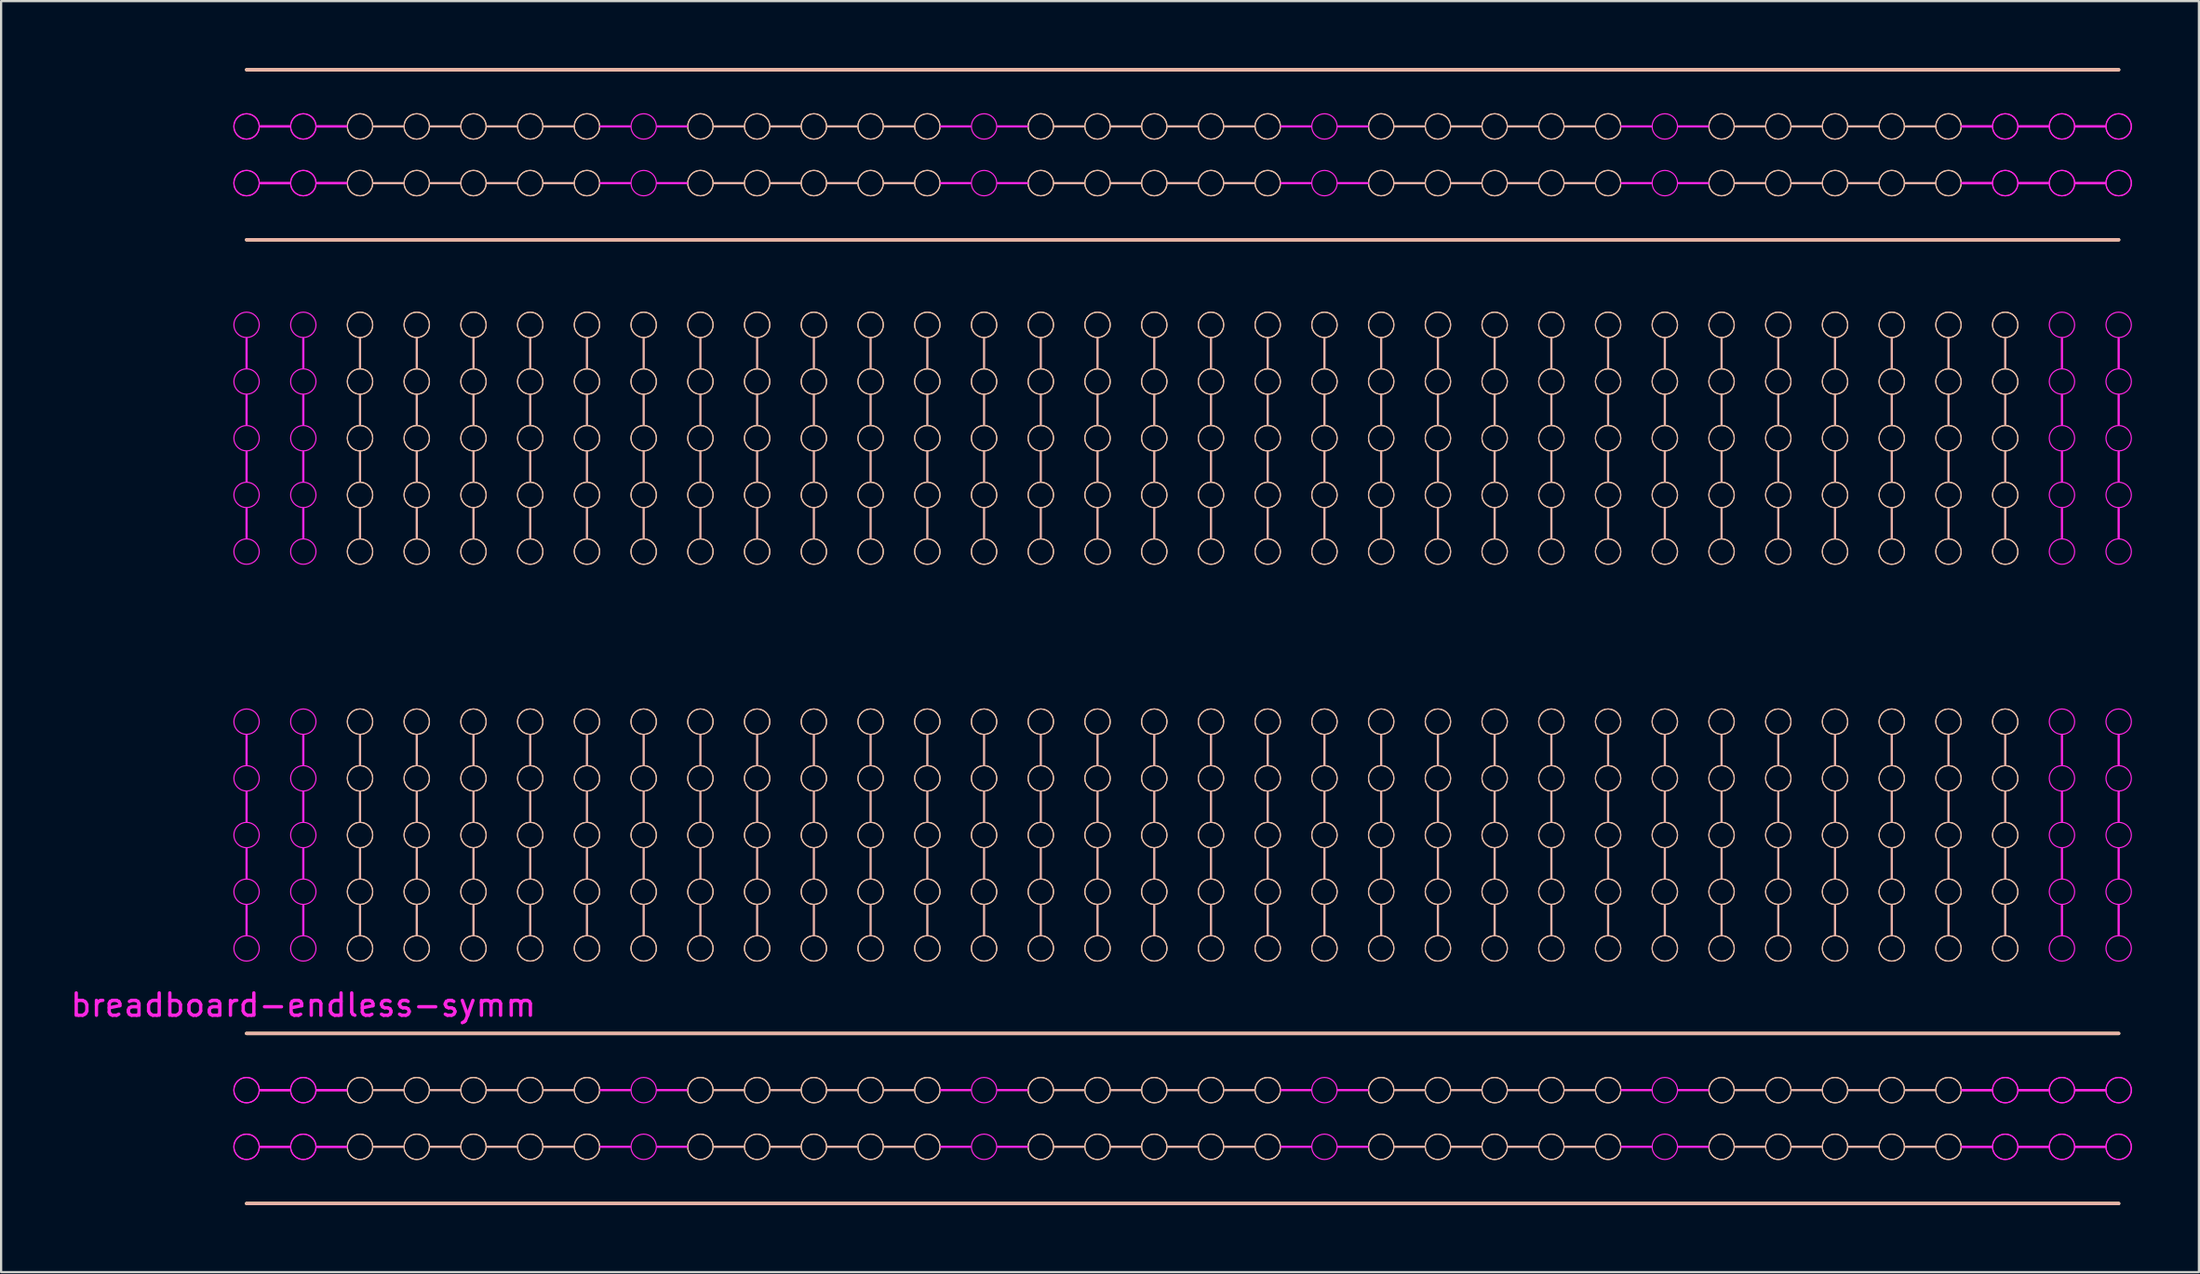
<source format=kicad_pcb>
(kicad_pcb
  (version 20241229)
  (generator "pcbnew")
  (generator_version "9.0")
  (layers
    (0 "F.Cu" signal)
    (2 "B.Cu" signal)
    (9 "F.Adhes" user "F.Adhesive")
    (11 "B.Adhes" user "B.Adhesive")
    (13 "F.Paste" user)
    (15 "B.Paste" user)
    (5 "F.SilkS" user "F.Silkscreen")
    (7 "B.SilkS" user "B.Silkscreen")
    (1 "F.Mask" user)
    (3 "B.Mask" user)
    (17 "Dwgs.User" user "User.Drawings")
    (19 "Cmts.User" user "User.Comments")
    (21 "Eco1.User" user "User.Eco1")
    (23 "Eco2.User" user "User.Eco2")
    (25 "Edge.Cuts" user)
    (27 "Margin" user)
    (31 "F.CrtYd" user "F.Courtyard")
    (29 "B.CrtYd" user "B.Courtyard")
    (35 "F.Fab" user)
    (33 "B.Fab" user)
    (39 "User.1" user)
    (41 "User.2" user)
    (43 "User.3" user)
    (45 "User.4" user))
  (footprint "breadboard-endless-symm"
    (layer "F.Cu")
    (at 51.17 24.205)
    (property "Reference" "breadboard-endless-symm" (at -40.64 17.78 180) (layer "F.CrtYd") (effects (font (size 1 1) (thickness 0.15))))
    (attr exclude_from_pos_files exclude_from_bom)
    (fp_line (start -43.18 -24.13) (end 40.64 -24.13) (stroke (width 0.15) (type solid)) (layer "F.SilkS"))
    (fp_line (start -43.18 -16.51) (end 40.64 -16.51) (stroke (width 0.15) (type solid)) (layer "F.SilkS"))
    (fp_line (start -43.18 26.67) (end 40.64 26.67) (stroke (width 0.15) (type solid)) (layer "F.SilkS"))
    (fp_line (start 40.64 19.05) (end -43.18 19.05) (stroke (width 0.15) (type solid)) (layer "F.SilkS"))
    (fp_circle (center -38.1 -21.59) (end -37.846 -22.098) (stroke (width 0.05) (type solid)) (fill no) (layer "F.SilkS"))
    (fp_circle (center -38.1 -19.05) (end -37.846 -19.558) (stroke (width 0.05) (type solid)) (fill no) (layer "F.SilkS"))
    (fp_circle (center -38.1 -12.7) (end -37.592 -12.446) (stroke (width 0.05) (type solid)) (fill no) (layer "F.SilkS"))
    (fp_circle (center -38.1 -10.16) (end -37.592 -9.906) (stroke (width 0.05) (type solid)) (fill no) (layer "F.SilkS"))
    (fp_circle (center -38.1 -7.62) (end -37.592 -7.366) (stroke (width 0.05) (type solid)) (fill no) (layer "F.SilkS"))
    (fp_circle (center -38.1 -5.08) (end -37.592 -4.826) (stroke (width 0.05) (type solid)) (fill no) (layer "F.SilkS"))
    (fp_circle (center -38.1 -2.54) (end -37.592 -2.286) (stroke (width 0.05) (type solid)) (fill no) (layer "F.SilkS"))
    (fp_circle (center -38.1 5.08) (end -37.592 5.334) (stroke (width 0.05) (type solid)) (fill no) (layer "F.SilkS"))
    (fp_circle (center -38.1 7.62) (end -37.592 7.874) (stroke (width 0.05) (type solid)) (fill no) (layer "F.SilkS"))
    (fp_circle (center -38.1 10.16) (end -37.592 10.414) (stroke (width 0.05) (type solid)) (fill no) (layer "F.SilkS"))
    (fp_circle (center -38.1 12.7) (end -37.592 12.954) (stroke (width 0.05) (type solid)) (fill no) (layer "F.SilkS"))
    (fp_circle (center -38.1 15.24) (end -37.592 15.494) (stroke (width 0.05) (type solid)) (fill no) (layer "F.SilkS"))
    (fp_circle (center -38.1 21.59) (end -37.846 21.082) (stroke (width 0.05) (type solid)) (fill no) (layer "F.SilkS"))
    (fp_circle (center -38.1 24.13) (end -37.846 23.622) (stroke (width 0.05) (type solid)) (fill no) (layer "F.SilkS"))
    (fp_circle (center -35.56 -21.59) (end -35.306 -22.098) (stroke (width 0.05) (type solid)) (fill no) (layer "F.SilkS"))
    (fp_circle (center -35.56 -19.05) (end -35.306 -19.558) (stroke (width 0.05) (type solid)) (fill no) (layer "F.SilkS"))
    (fp_circle (center -35.56 -12.7) (end -35.052 -12.446) (stroke (width 0.05) (type solid)) (fill no) (layer "F.SilkS"))
    (fp_circle (center -35.56 -10.16) (end -35.052 -9.906) (stroke (width 0.05) (type solid)) (fill no) (layer "F.SilkS"))
    (fp_circle (center -35.56 -7.62) (end -35.052 -7.366) (stroke (width 0.05) (type solid)) (fill no) (layer "F.SilkS"))
    (fp_circle (center -35.56 -5.08) (end -35.052 -4.826) (stroke (width 0.05) (type solid)) (fill no) (layer "F.SilkS"))
    (fp_circle (center -35.56 -2.54) (end -35.052 -2.286) (stroke (width 0.05) (type solid)) (fill no) (layer "F.SilkS"))
    (fp_circle (center -35.56 5.08) (end -35.052 5.334) (stroke (width 0.05) (type solid)) (fill no) (layer "F.SilkS"))
    (fp_circle (center -35.56 7.62) (end -35.052 7.874) (stroke (width 0.05) (type solid)) (fill no) (layer "F.SilkS"))
    (fp_circle (center -35.56 10.16) (end -35.052 10.414) (stroke (width 0.05) (type solid)) (fill no) (layer "F.SilkS"))
    (fp_circle (center -35.56 12.7) (end -35.052 12.954) (stroke (width 0.05) (type solid)) (fill no) (layer "F.SilkS"))
    (fp_circle (center -35.56 15.24) (end -35.052 15.494) (stroke (width 0.05) (type solid)) (fill no) (layer "F.SilkS"))
    (fp_circle (center -35.56 21.59) (end -35.306 21.082) (stroke (width 0.05) (type solid)) (fill no) (layer "F.SilkS"))
    (fp_circle (center -35.56 24.13) (end -35.306 23.622) (stroke (width 0.05) (type solid)) (fill no) (layer "F.SilkS"))
    (fp_circle (center -33.02 -21.59) (end -32.766 -22.098) (stroke (width 0.05) (type solid)) (fill no) (layer "F.SilkS"))
    (fp_circle (center -33.02 -19.05) (end -32.766 -19.558) (stroke (width 0.05) (type solid)) (fill no) (layer "F.SilkS"))
    (fp_circle (center -33.02 -12.7) (end -32.512 -12.446) (stroke (width 0.05) (type solid)) (fill no) (layer "F.SilkS"))
    (fp_circle (center -33.02 -10.16) (end -32.512 -9.906) (stroke (width 0.05) (type solid)) (fill no) (layer "F.SilkS"))
    (fp_circle (center -33.02 -7.62) (end -32.512 -7.366) (stroke (width 0.05) (type solid)) (fill no) (layer "F.SilkS"))
    (fp_circle (center -33.02 -5.08) (end -32.512 -4.826) (stroke (width 0.05) (type solid)) (fill no) (layer "F.SilkS"))
    (fp_circle (center -33.02 -2.54) (end -32.512 -2.286) (stroke (width 0.05) (type solid)) (fill no) (layer "F.SilkS"))
    (fp_circle (center -33.02 5.08) (end -32.512 5.334) (stroke (width 0.05) (type solid)) (fill no) (layer "F.SilkS"))
    (fp_circle (center -33.02 7.62) (end -32.512 7.874) (stroke (width 0.05) (type solid)) (fill no) (layer "F.SilkS"))
    (fp_circle (center -33.02 10.16) (end -32.512 10.414) (stroke (width 0.05) (type solid)) (fill no) (layer "F.SilkS"))
    (fp_circle (center -33.02 12.7) (end -32.512 12.954) (stroke (width 0.05) (type solid)) (fill no) (layer "F.SilkS"))
    (fp_circle (center -33.02 15.24) (end -32.512 15.494) (stroke (width 0.05) (type solid)) (fill no) (layer "F.SilkS"))
    (fp_circle (center -33.02 21.59) (end -32.766 21.082) (stroke (width 0.05) (type solid)) (fill no) (layer "F.SilkS"))
    (fp_circle (center -33.02 24.13) (end -32.766 23.622) (stroke (width 0.05) (type solid)) (fill no) (layer "F.SilkS"))
    (fp_circle (center -30.48 -21.59) (end -30.226 -22.098) (stroke (width 0.05) (type solid)) (fill no) (layer "F.SilkS"))
    (fp_circle (center -30.48 -19.05) (end -30.226 -19.558) (stroke (width 0.05) (type solid)) (fill no) (layer "F.SilkS"))
    (fp_circle (center -30.48 -12.7) (end -29.972 -12.446) (stroke (width 0.05) (type solid)) (fill no) (layer "F.SilkS"))
    (fp_circle (center -30.48 -10.16) (end -29.972 -9.906) (stroke (width 0.05) (type solid)) (fill no) (layer "F.SilkS"))
    (fp_circle (center -30.48 -7.62) (end -29.972 -7.366) (stroke (width 0.05) (type solid)) (fill no) (layer "F.SilkS"))
    (fp_circle (center -30.48 -5.08) (end -29.972 -4.826) (stroke (width 0.05) (type solid)) (fill no) (layer "F.SilkS"))
    (fp_circle (center -30.48 -2.54) (end -29.972 -2.286) (stroke (width 0.05) (type solid)) (fill no) (layer "F.SilkS"))
    (fp_circle (center -30.48 5.08) (end -29.972 5.334) (stroke (width 0.05) (type solid)) (fill no) (layer "F.SilkS"))
    (fp_circle (center -30.48 7.62) (end -29.972 7.874) (stroke (width 0.05) (type solid)) (fill no) (layer "F.SilkS"))
    (fp_circle (center -30.48 10.16) (end -29.972 10.414) (stroke (width 0.05) (type solid)) (fill no) (layer "F.SilkS"))
    (fp_circle (center -30.48 12.7) (end -29.972 12.954) (stroke (width 0.05) (type solid)) (fill no) (layer "F.SilkS"))
    (fp_circle (center -30.48 15.24) (end -29.972 15.494) (stroke (width 0.05) (type solid)) (fill no) (layer "F.SilkS"))
    (fp_circle (center -30.48 21.59) (end -30.226 21.082) (stroke (width 0.05) (type solid)) (fill no) (layer "F.SilkS"))
    (fp_circle (center -30.48 24.13) (end -30.226 23.622) (stroke (width 0.05) (type solid)) (fill no) (layer "F.SilkS"))
    (fp_circle (center -27.94 -21.59) (end -27.686 -22.098) (stroke (width 0.05) (type solid)) (fill no) (layer "F.SilkS"))
    (fp_circle (center -27.94 -19.05) (end -27.686 -19.558) (stroke (width 0.05) (type solid)) (fill no) (layer "F.SilkS"))
    (fp_circle (center -27.94 -12.7) (end -27.432 -12.446) (stroke (width 0.05) (type solid)) (fill no) (layer "F.SilkS"))
    (fp_circle (center -27.94 -10.16) (end -27.432 -9.906) (stroke (width 0.05) (type solid)) (fill no) (layer "F.SilkS"))
    (fp_circle (center -27.94 -7.62) (end -27.432 -7.366) (stroke (width 0.05) (type solid)) (fill no) (layer "F.SilkS"))
    (fp_circle (center -27.94 -5.08) (end -27.432 -4.826) (stroke (width 0.05) (type solid)) (fill no) (layer "F.SilkS"))
    (fp_circle (center -27.94 -2.54) (end -27.432 -2.286) (stroke (width 0.05) (type solid)) (fill no) (layer "F.SilkS"))
    (fp_circle (center -27.94 5.08) (end -27.432 5.334) (stroke (width 0.05) (type solid)) (fill no) (layer "F.SilkS"))
    (fp_circle (center -27.94 7.62) (end -27.432 7.874) (stroke (width 0.05) (type solid)) (fill no) (layer "F.SilkS"))
    (fp_circle (center -27.94 10.16) (end -27.432 10.414) (stroke (width 0.05) (type solid)) (fill no) (layer "F.SilkS"))
    (fp_circle (center -27.94 12.7) (end -27.432 12.954) (stroke (width 0.05) (type solid)) (fill no) (layer "F.SilkS"))
    (fp_circle (center -27.94 15.24) (end -27.432 15.494) (stroke (width 0.05) (type solid)) (fill no) (layer "F.SilkS"))
    (fp_circle (center -27.94 21.59) (end -27.686 21.082) (stroke (width 0.05) (type solid)) (fill no) (layer "F.SilkS"))
    (fp_circle (center -27.94 24.13) (end -27.686 23.622) (stroke (width 0.05) (type solid)) (fill no) (layer "F.SilkS"))
    (fp_circle (center -25.4 -12.7) (end -24.892 -12.446) (stroke (width 0.05) (type solid)) (fill no) (layer "F.SilkS"))
    (fp_circle (center -25.4 -10.16) (end -24.892 -9.906) (stroke (width 0.05) (type solid)) (fill no) (layer "F.SilkS"))
    (fp_circle (center -25.4 -7.62) (end -24.892 -7.366) (stroke (width 0.05) (type solid)) (fill no) (layer "F.SilkS"))
    (fp_circle (center -25.4 -5.08) (end -24.892 -4.826) (stroke (width 0.05) (type solid)) (fill no) (layer "F.SilkS"))
    (fp_circle (center -25.4 -2.54) (end -24.892 -2.286) (stroke (width 0.05) (type solid)) (fill no) (layer "F.SilkS"))
    (fp_circle (center -25.4 5.08) (end -24.892 5.334) (stroke (width 0.05) (type solid)) (fill no) (layer "F.SilkS"))
    (fp_circle (center -25.4 7.62) (end -24.892 7.874) (stroke (width 0.05) (type solid)) (fill no) (layer "F.SilkS"))
    (fp_circle (center -25.4 10.16) (end -24.892 10.414) (stroke (width 0.05) (type solid)) (fill no) (layer "F.SilkS"))
    (fp_circle (center -25.4 12.7) (end -24.892 12.954) (stroke (width 0.05) (type solid)) (fill no) (layer "F.SilkS"))
    (fp_circle (center -25.4 15.24) (end -24.892 15.494) (stroke (width 0.05) (type solid)) (fill no) (layer "F.SilkS"))
    (fp_circle (center -22.86 -21.59) (end -22.606 -22.098) (stroke (width 0.05) (type solid)) (fill no) (layer "F.SilkS"))
    (fp_circle (center -22.86 -19.05) (end -22.606 -19.558) (stroke (width 0.05) (type solid)) (fill no) (layer "F.SilkS"))
    (fp_circle (center -22.86 -12.7) (end -22.352 -12.446) (stroke (width 0.05) (type solid)) (fill no) (layer "F.SilkS"))
    (fp_circle (center -22.86 -10.16) (end -22.352 -9.906) (stroke (width 0.05) (type solid)) (fill no) (layer "F.SilkS"))
    (fp_circle (center -22.86 -7.62) (end -22.352 -7.366) (stroke (width 0.05) (type solid)) (fill no) (layer "F.SilkS"))
    (fp_circle (center -22.86 -5.08) (end -22.352 -4.826) (stroke (width 0.05) (type solid)) (fill no) (layer "F.SilkS"))
    (fp_circle (center -22.86 -2.54) (end -22.352 -2.286) (stroke (width 0.05) (type solid)) (fill no) (layer "F.SilkS"))
    (fp_circle (center -22.86 5.08) (end -22.352 5.334) (stroke (width 0.05) (type solid)) (fill no) (layer "F.SilkS"))
    (fp_circle (center -22.86 7.62) (end -22.352 7.874) (stroke (width 0.05) (type solid)) (fill no) (layer "F.SilkS"))
    (fp_circle (center -22.86 10.16) (end -22.352 10.414) (stroke (width 0.05) (type solid)) (fill no) (layer "F.SilkS"))
    (fp_circle (center -22.86 12.7) (end -22.352 12.954) (stroke (width 0.05) (type solid)) (fill no) (layer "F.SilkS"))
    (fp_circle (center -22.86 15.24) (end -22.352 15.494) (stroke (width 0.05) (type solid)) (fill no) (layer "F.SilkS"))
    (fp_circle (center -22.86 21.59) (end -22.606 21.082) (stroke (width 0.05) (type solid)) (fill no) (layer "F.SilkS"))
    (fp_circle (center -22.86 24.13) (end -22.606 23.622) (stroke (width 0.05) (type solid)) (fill no) (layer "F.SilkS"))
    (fp_circle (center -20.32 -21.59) (end -20.066 -22.098) (stroke (width 0.05) (type solid)) (fill no) (layer "F.SilkS"))
    (fp_circle (center -20.32 -19.05) (end -20.066 -19.558) (stroke (width 0.05) (type solid)) (fill no) (layer "F.SilkS"))
    (fp_circle (center -20.32 -12.7) (end -19.812 -12.446) (stroke (width 0.05) (type solid)) (fill no) (layer "F.SilkS"))
    (fp_circle (center -20.32 -10.16) (end -19.812 -9.906) (stroke (width 0.05) (type solid)) (fill no) (layer "F.SilkS"))
    (fp_circle (center -20.32 -7.62) (end -19.812 -7.366) (stroke (width 0.05) (type solid)) (fill no) (layer "F.SilkS"))
    (fp_circle (center -20.32 -5.08) (end -19.812 -4.826) (stroke (width 0.05) (type solid)) (fill no) (layer "F.SilkS"))
    (fp_circle (center -20.32 -2.54) (end -19.812 -2.286) (stroke (width 0.05) (type solid)) (fill no) (layer "F.SilkS"))
    (fp_circle (center -20.32 5.08) (end -19.812 5.334) (stroke (width 0.05) (type solid)) (fill no) (layer "F.SilkS"))
    (fp_circle (center -20.32 7.62) (end -19.812 7.874) (stroke (width 0.05) (type solid)) (fill no) (layer "F.SilkS"))
    (fp_circle (center -20.32 10.16) (end -19.812 10.414) (stroke (width 0.05) (type solid)) (fill no) (layer "F.SilkS"))
    (fp_circle (center -20.32 12.7) (end -19.812 12.954) (stroke (width 0.05) (type solid)) (fill no) (layer "F.SilkS"))
    (fp_circle (center -20.32 15.24) (end -19.812 15.494) (stroke (width 0.05) (type solid)) (fill no) (layer "F.SilkS"))
    (fp_circle (center -20.32 21.59) (end -20.066 21.082) (stroke (width 0.05) (type solid)) (fill no) (layer "F.SilkS"))
    (fp_circle (center -20.32 24.13) (end -20.066 23.622) (stroke (width 0.05) (type solid)) (fill no) (layer "F.SilkS"))
    (fp_circle (center -17.78 -21.59) (end -17.526 -22.098) (stroke (width 0.05) (type solid)) (fill no) (layer "F.SilkS"))
    (fp_circle (center -17.78 -19.05) (end -17.526 -19.558) (stroke (width 0.05) (type solid)) (fill no) (layer "F.SilkS"))
    (fp_circle (center -17.78 -12.7) (end -17.272 -12.446) (stroke (width 0.05) (type solid)) (fill no) (layer "F.SilkS"))
    (fp_circle (center -17.78 -10.16) (end -17.272 -9.906) (stroke (width 0.05) (type solid)) (fill no) (layer "F.SilkS"))
    (fp_circle (center -17.78 -7.62) (end -17.272 -7.366) (stroke (width 0.05) (type solid)) (fill no) (layer "F.SilkS"))
    (fp_circle (center -17.78 -5.08) (end -17.272 -4.826) (stroke (width 0.05) (type solid)) (fill no) (layer "F.SilkS"))
    (fp_circle (center -17.78 -2.54) (end -17.272 -2.286) (stroke (width 0.05) (type solid)) (fill no) (layer "F.SilkS"))
    (fp_circle (center -17.78 5.08) (end -17.272 5.334) (stroke (width 0.05) (type solid)) (fill no) (layer "F.SilkS"))
    (fp_circle (center -17.78 7.62) (end -17.272 7.874) (stroke (width 0.05) (type solid)) (fill no) (layer "F.SilkS"))
    (fp_circle (center -17.78 10.16) (end -17.272 10.414) (stroke (width 0.05) (type solid)) (fill no) (layer "F.SilkS"))
    (fp_circle (center -17.78 12.7) (end -17.272 12.954) (stroke (width 0.05) (type solid)) (fill no) (layer "F.SilkS"))
    (fp_circle (center -17.78 15.24) (end -17.272 15.494) (stroke (width 0.05) (type solid)) (fill no) (layer "F.SilkS"))
    (fp_circle (center -17.78 21.59) (end -17.526 21.082) (stroke (width 0.05) (type solid)) (fill no) (layer "F.SilkS"))
    (fp_circle (center -17.78 24.13) (end -17.526 23.622) (stroke (width 0.05) (type solid)) (fill no) (layer "F.SilkS"))
    (fp_circle (center -15.24 -21.59) (end -14.986 -22.098) (stroke (width 0.05) (type solid)) (fill no) (layer "F.SilkS"))
    (fp_circle (center -15.24 -19.05) (end -14.986 -19.558) (stroke (width 0.05) (type solid)) (fill no) (layer "F.SilkS"))
    (fp_circle (center -15.24 -12.7) (end -14.732 -12.446) (stroke (width 0.05) (type solid)) (fill no) (layer "F.SilkS"))
    (fp_circle (center -15.24 -10.16) (end -14.732 -9.906) (stroke (width 0.05) (type solid)) (fill no) (layer "F.SilkS"))
    (fp_circle (center -15.24 -7.62) (end -14.732 -7.366) (stroke (width 0.05) (type solid)) (fill no) (layer "F.SilkS"))
    (fp_circle (center -15.24 -5.08) (end -14.732 -4.826) (stroke (width 0.05) (type solid)) (fill no) (layer "F.SilkS"))
    (fp_circle (center -15.24 -2.54) (end -14.732 -2.286) (stroke (width 0.05) (type solid)) (fill no) (layer "F.SilkS"))
    (fp_circle (center -15.24 5.08) (end -14.732 5.334) (stroke (width 0.05) (type solid)) (fill no) (layer "F.SilkS"))
    (fp_circle (center -15.24 7.62) (end -14.732 7.874) (stroke (width 0.05) (type solid)) (fill no) (layer "F.SilkS"))
    (fp_circle (center -15.24 10.16) (end -14.732 10.414) (stroke (width 0.05) (type solid)) (fill no) (layer "F.SilkS"))
    (fp_circle (center -15.24 12.7) (end -14.732 12.954) (stroke (width 0.05) (type solid)) (fill no) (layer "F.SilkS"))
    (fp_circle (center -15.24 15.24) (end -14.732 15.494) (stroke (width 0.05) (type solid)) (fill no) (layer "F.SilkS"))
    (fp_circle (center -15.24 21.59) (end -14.986 21.082) (stroke (width 0.05) (type solid)) (fill no) (layer "F.SilkS"))
    (fp_circle (center -15.24 24.13) (end -14.986 23.622) (stroke (width 0.05) (type solid)) (fill no) (layer "F.SilkS"))
    (fp_circle (center -12.7 -21.59) (end -12.446 -22.098) (stroke (width 0.05) (type solid)) (fill no) (layer "F.SilkS"))
    (fp_circle (center -12.7 -19.05) (end -12.446 -19.558) (stroke (width 0.05) (type solid)) (fill no) (layer "F.SilkS"))
    (fp_circle (center -12.7 -12.7) (end -12.192 -12.446) (stroke (width 0.05) (type solid)) (fill no) (layer "F.SilkS"))
    (fp_circle (center -12.7 -10.16) (end -12.192 -9.906) (stroke (width 0.05) (type solid)) (fill no) (layer "F.SilkS"))
    (fp_circle (center -12.7 -7.62) (end -12.192 -7.366) (stroke (width 0.05) (type solid)) (fill no) (layer "F.SilkS"))
    (fp_circle (center -12.7 -5.08) (end -12.192 -4.826) (stroke (width 0.05) (type solid)) (fill no) (layer "F.SilkS"))
    (fp_circle (center -12.7 -2.54) (end -12.192 -2.286) (stroke (width 0.05) (type solid)) (fill no) (layer "F.SilkS"))
    (fp_circle (center -12.7 5.08) (end -12.192 5.334) (stroke (width 0.05) (type solid)) (fill no) (layer "F.SilkS"))
    (fp_circle (center -12.7 7.62) (end -12.192 7.874) (stroke (width 0.05) (type solid)) (fill no) (layer "F.SilkS"))
    (fp_circle (center -12.7 10.16) (end -12.192 10.414) (stroke (width 0.05) (type solid)) (fill no) (layer "F.SilkS"))
    (fp_circle (center -12.7 12.7) (end -12.192 12.954) (stroke (width 0.05) (type solid)) (fill no) (layer "F.SilkS"))
    (fp_circle (center -12.7 15.24) (end -12.192 15.494) (stroke (width 0.05) (type solid)) (fill no) (layer "F.SilkS"))
    (fp_circle (center -12.7 21.59) (end -12.446 21.082) (stroke (width 0.05) (type solid)) (fill no) (layer "F.SilkS"))
    (fp_circle (center -12.7 24.13) (end -12.446 23.622) (stroke (width 0.05) (type solid)) (fill no) (layer "F.SilkS"))
    (fp_circle (center -10.16 -12.7) (end -9.652 -12.446) (stroke (width 0.05) (type solid)) (fill no) (layer "F.SilkS"))
    (fp_circle (center -10.16 -10.16) (end -9.652 -9.906) (stroke (width 0.05) (type solid)) (fill no) (layer "F.SilkS"))
    (fp_circle (center -10.16 -7.62) (end -9.652 -7.366) (stroke (width 0.05) (type solid)) (fill no) (layer "F.SilkS"))
    (fp_circle (center -10.16 -5.08) (end -9.652 -4.826) (stroke (width 0.05) (type solid)) (fill no) (layer "F.SilkS"))
    (fp_circle (center -10.16 -2.54) (end -9.652 -2.286) (stroke (width 0.05) (type solid)) (fill no) (layer "F.SilkS"))
    (fp_circle (center -10.16 5.08) (end -9.652 5.334) (stroke (width 0.05) (type solid)) (fill no) (layer "F.SilkS"))
    (fp_circle (center -10.16 7.62) (end -9.652 7.874) (stroke (width 0.05) (type solid)) (fill no) (layer "F.SilkS"))
    (fp_circle (center -10.16 10.16) (end -9.652 10.414) (stroke (width 0.05) (type solid)) (fill no) (layer "F.SilkS"))
    (fp_circle (center -10.16 12.7) (end -9.652 12.954) (stroke (width 0.05) (type solid)) (fill no) (layer "F.SilkS"))
    (fp_circle (center -10.16 15.24) (end -9.652 15.494) (stroke (width 0.05) (type solid)) (fill no) (layer "F.SilkS"))
    (fp_circle (center -7.62 -21.59) (end -7.366 -22.098) (stroke (width 0.05) (type solid)) (fill no) (layer "F.SilkS"))
    (fp_circle (center -7.62 -19.05) (end -7.366 -19.558) (stroke (width 0.05) (type solid)) (fill no) (layer "F.SilkS"))
    (fp_circle (center -7.62 -12.7) (end -7.112 -12.446) (stroke (width 0.05) (type solid)) (fill no) (layer "F.SilkS"))
    (fp_circle (center -7.62 -10.16) (end -7.112 -9.906) (stroke (width 0.05) (type solid)) (fill no) (layer "F.SilkS"))
    (fp_circle (center -7.62 -7.62) (end -7.112 -7.366) (stroke (width 0.05) (type solid)) (fill no) (layer "F.SilkS"))
    (fp_circle (center -7.62 -5.08) (end -7.112 -4.826) (stroke (width 0.05) (type solid)) (fill no) (layer "F.SilkS"))
    (fp_circle (center -7.62 -2.54) (end -7.112 -2.286) (stroke (width 0.05) (type solid)) (fill no) (layer "F.SilkS"))
    (fp_circle (center -7.62 5.08) (end -7.112 5.334) (stroke (width 0.05) (type solid)) (fill no) (layer "F.SilkS"))
    (fp_circle (center -7.62 7.62) (end -7.112 7.874) (stroke (width 0.05) (type solid)) (fill no) (layer "F.SilkS"))
    (fp_circle (center -7.62 10.16) (end -7.112 10.414) (stroke (width 0.05) (type solid)) (fill no) (layer "F.SilkS"))
    (fp_circle (center -7.62 12.7) (end -7.112 12.954) (stroke (width 0.05) (type solid)) (fill no) (layer "F.SilkS"))
    (fp_circle (center -7.62 15.24) (end -7.112 15.494) (stroke (width 0.05) (type solid)) (fill no) (layer "F.SilkS"))
    (fp_circle (center -7.62 21.59) (end -7.366 21.082) (stroke (width 0.05) (type solid)) (fill no) (layer "F.SilkS"))
    (fp_circle (center -7.62 24.13) (end -7.366 23.622) (stroke (width 0.05) (type solid)) (fill no) (layer "F.SilkS"))
    (fp_circle (center -5.08 -21.59) (end -4.826 -22.098) (stroke (width 0.05) (type solid)) (fill no) (layer "F.SilkS"))
    (fp_circle (center -5.08 -19.05) (end -4.826 -19.558) (stroke (width 0.05) (type solid)) (fill no) (layer "F.SilkS"))
    (fp_circle (center -5.08 -12.7) (end -4.572 -12.446) (stroke (width 0.05) (type solid)) (fill no) (layer "F.SilkS"))
    (fp_circle (center -5.08 -10.16) (end -4.572 -9.906) (stroke (width 0.05) (type solid)) (fill no) (layer "F.SilkS"))
    (fp_circle (center -5.08 -7.62) (end -4.572 -7.366) (stroke (width 0.05) (type solid)) (fill no) (layer "F.SilkS"))
    (fp_circle (center -5.08 -5.08) (end -4.572 -4.826) (stroke (width 0.05) (type solid)) (fill no) (layer "F.SilkS"))
    (fp_circle (center -5.08 -2.54) (end -4.572 -2.286) (stroke (width 0.05) (type solid)) (fill no) (layer "F.SilkS"))
    (fp_circle (center -5.08 5.08) (end -4.572 5.334) (stroke (width 0.05) (type solid)) (fill no) (layer "F.SilkS"))
    (fp_circle (center -5.08 7.62) (end -4.572 7.874) (stroke (width 0.05) (type solid)) (fill no) (layer "F.SilkS"))
    (fp_circle (center -5.08 10.16) (end -4.572 10.414) (stroke (width 0.05) (type solid)) (fill no) (layer "F.SilkS"))
    (fp_circle (center -5.08 12.7) (end -4.572 12.954) (stroke (width 0.05) (type solid)) (fill no) (layer "F.SilkS"))
    (fp_circle (center -5.08 15.24) (end -4.572 15.494) (stroke (width 0.05) (type solid)) (fill no) (layer "F.SilkS"))
    (fp_circle (center -5.08 21.59) (end -4.826 21.082) (stroke (width 0.05) (type solid)) (fill no) (layer "F.SilkS"))
    (fp_circle (center -5.08 24.13) (end -4.826 23.622) (stroke (width 0.05) (type solid)) (fill no) (layer "F.SilkS"))
    (fp_circle (center -2.54 -21.59) (end -2.286 -22.098) (stroke (width 0.05) (type solid)) (fill no) (layer "F.SilkS"))
    (fp_circle (center -2.54 -19.05) (end -2.286 -19.558) (stroke (width 0.05) (type solid)) (fill no) (layer "F.SilkS"))
    (fp_circle (center -2.54 -12.7) (end -2.032 -12.446) (stroke (width 0.05) (type solid)) (fill no) (layer "F.SilkS"))
    (fp_circle (center -2.54 -10.16) (end -2.032 -9.906) (stroke (width 0.05) (type solid)) (fill no) (layer "F.SilkS"))
    (fp_circle (center -2.54 -7.62) (end -2.032 -7.366) (stroke (width 0.05) (type solid)) (fill no) (layer "F.SilkS"))
    (fp_circle (center -2.54 -5.08) (end -2.032 -4.826) (stroke (width 0.05) (type solid)) (fill no) (layer "F.SilkS"))
    (fp_circle (center -2.54 -2.54) (end -2.032 -2.286) (stroke (width 0.05) (type solid)) (fill no) (layer "F.SilkS"))
    (fp_circle (center -2.54 5.08) (end -2.032 5.334) (stroke (width 0.05) (type solid)) (fill no) (layer "F.SilkS"))
    (fp_circle (center -2.54 7.62) (end -2.032 7.874) (stroke (width 0.05) (type solid)) (fill no) (layer "F.SilkS"))
    (fp_circle (center -2.54 10.16) (end -2.032 10.414) (stroke (width 0.05) (type solid)) (fill no) (layer "F.SilkS"))
    (fp_circle (center -2.54 12.7) (end -2.032 12.954) (stroke (width 0.05) (type solid)) (fill no) (layer "F.SilkS"))
    (fp_circle (center -2.54 15.24) (end -2.032 15.494) (stroke (width 0.05) (type solid)) (fill no) (layer "F.SilkS"))
    (fp_circle (center -2.54 21.59) (end -2.286 21.082) (stroke (width 0.05) (type solid)) (fill no) (layer "F.SilkS"))
    (fp_circle (center -2.54 24.13) (end -2.286 23.622) (stroke (width 0.05) (type solid)) (fill no) (layer "F.SilkS"))
    (fp_circle (center 0 -21.59) (end 0.254 -22.098) (stroke (width 0.05) (type solid)) (fill no) (layer "F.SilkS"))
    (fp_circle (center 0 -19.05) (end 0.254 -19.558) (stroke (width 0.05) (type solid)) (fill no) (layer "F.SilkS"))
    (fp_circle (center 0 -12.7) (end 0.508 -12.446) (stroke (width 0.05) (type solid)) (fill no) (layer "F.SilkS"))
    (fp_circle (center 0 -10.16) (end 0.508 -9.906) (stroke (width 0.05) (type solid)) (fill no) (layer "F.SilkS"))
    (fp_circle (center 0 -7.62) (end 0.508 -7.366) (stroke (width 0.05) (type solid)) (fill no) (layer "F.SilkS"))
    (fp_circle (center 0 -5.08) (end 0.508 -4.826) (stroke (width 0.05) (type solid)) (fill no) (layer "F.SilkS"))
    (fp_circle (center 0 -2.54) (end 0.508 -2.286) (stroke (width 0.05) (type solid)) (fill no) (layer "F.SilkS"))
    (fp_circle (center 0 5.08) (end 0.508 5.334) (stroke (width 0.05) (type solid)) (fill no) (layer "F.SilkS"))
    (fp_circle (center 0 7.62) (end 0.508 7.874) (stroke (width 0.05) (type solid)) (fill no) (layer "F.SilkS"))
    (fp_circle (center 0 10.16) (end 0.508 10.414) (stroke (width 0.05) (type solid)) (fill no) (layer "F.SilkS"))
    (fp_circle (center 0 12.7) (end 0.508 12.954) (stroke (width 0.05) (type solid)) (fill no) (layer "F.SilkS"))
    (fp_circle (center 0 15.24) (end 0.508 15.494) (stroke (width 0.05) (type solid)) (fill no) (layer "F.SilkS"))
    (fp_circle (center 0 21.59) (end 0.254 21.082) (stroke (width 0.05) (type solid)) (fill no) (layer "F.SilkS"))
    (fp_circle (center 0 24.13) (end 0.254 23.622) (stroke (width 0.05) (type solid)) (fill no) (layer "F.SilkS"))
    (fp_circle (center 2.54 -21.59) (end 2.794 -22.098) (stroke (width 0.05) (type solid)) (fill no) (layer "F.SilkS"))
    (fp_circle (center 2.54 -19.05) (end 2.794 -19.558) (stroke (width 0.05) (type solid)) (fill no) (layer "F.SilkS"))
    (fp_circle (center 2.54 -12.7) (end 3.048 -12.446) (stroke (width 0.05) (type solid)) (fill no) (layer "F.SilkS"))
    (fp_circle (center 2.54 -10.16) (end 3.048 -9.906) (stroke (width 0.05) (type solid)) (fill no) (layer "F.SilkS"))
    (fp_circle (center 2.54 -7.62) (end 3.048 -7.366) (stroke (width 0.05) (type solid)) (fill no) (layer "F.SilkS"))
    (fp_circle (center 2.54 -5.08) (end 3.048 -4.826) (stroke (width 0.05) (type solid)) (fill no) (layer "F.SilkS"))
    (fp_circle (center 2.54 -2.54) (end 3.048 -2.286) (stroke (width 0.05) (type solid)) (fill no) (layer "F.SilkS"))
    (fp_circle (center 2.54 5.08) (end 3.048 5.334) (stroke (width 0.05) (type solid)) (fill no) (layer "F.SilkS"))
    (fp_circle (center 2.54 7.62) (end 3.048 7.874) (stroke (width 0.05) (type solid)) (fill no) (layer "F.SilkS"))
    (fp_circle (center 2.54 10.16) (end 3.048 10.414) (stroke (width 0.05) (type solid)) (fill no) (layer "F.SilkS"))
    (fp_circle (center 2.54 12.7) (end 3.048 12.954) (stroke (width 0.05) (type solid)) (fill no) (layer "F.SilkS"))
    (fp_circle (center 2.54 15.24) (end 3.048 15.494) (stroke (width 0.05) (type solid)) (fill no) (layer "F.SilkS"))
    (fp_circle (center 2.54 21.59) (end 2.794 21.082) (stroke (width 0.05) (type solid)) (fill no) (layer "F.SilkS"))
    (fp_circle (center 2.54 24.13) (end 2.794 23.622) (stroke (width 0.05) (type solid)) (fill no) (layer "F.SilkS"))
    (fp_circle (center 5.08 -12.7) (end 5.588 -12.446) (stroke (width 0.05) (type solid)) (fill no) (layer "F.SilkS"))
    (fp_circle (center 5.08 -10.16) (end 5.588 -9.906) (stroke (width 0.05) (type solid)) (fill no) (layer "F.SilkS"))
    (fp_circle (center 5.08 -7.62) (end 5.588 -7.366) (stroke (width 0.05) (type solid)) (fill no) (layer "F.SilkS"))
    (fp_circle (center 5.08 -5.08) (end 5.588 -4.826) (stroke (width 0.05) (type solid)) (fill no) (layer "F.SilkS"))
    (fp_circle (center 5.08 -2.54) (end 5.588 -2.286) (stroke (width 0.05) (type solid)) (fill no) (layer "F.SilkS"))
    (fp_circle (center 5.08 5.08) (end 5.588 5.334) (stroke (width 0.05) (type solid)) (fill no) (layer "F.SilkS"))
    (fp_circle (center 5.08 7.62) (end 5.588 7.874) (stroke (width 0.05) (type solid)) (fill no) (layer "F.SilkS"))
    (fp_circle (center 5.08 10.16) (end 5.588 10.414) (stroke (width 0.05) (type solid)) (fill no) (layer "F.SilkS"))
    (fp_circle (center 5.08 12.7) (end 5.588 12.954) (stroke (width 0.05) (type solid)) (fill no) (layer "F.SilkS"))
    (fp_circle (center 5.08 15.24) (end 5.588 15.494) (stroke (width 0.05) (type solid)) (fill no) (layer "F.SilkS"))
    (fp_circle (center 7.62 -21.59) (end 7.874 -22.098) (stroke (width 0.05) (type solid)) (fill no) (layer "F.SilkS"))
    (fp_circle (center 7.62 -19.05) (end 7.874 -19.558) (stroke (width 0.05) (type solid)) (fill no) (layer "F.SilkS"))
    (fp_circle (center 7.62 -12.7) (end 8.128 -12.446) (stroke (width 0.05) (type solid)) (fill no) (layer "F.SilkS"))
    (fp_circle (center 7.62 -10.16) (end 8.128 -9.906) (stroke (width 0.05) (type solid)) (fill no) (layer "F.SilkS"))
    (fp_circle (center 7.62 -7.62) (end 8.128 -7.366) (stroke (width 0.05) (type solid)) (fill no) (layer "F.SilkS"))
    (fp_circle (center 7.62 -5.08) (end 8.128 -4.826) (stroke (width 0.05) (type solid)) (fill no) (layer "F.SilkS"))
    (fp_circle (center 7.62 -2.54) (end 8.128 -2.286) (stroke (width 0.05) (type solid)) (fill no) (layer "F.SilkS"))
    (fp_circle (center 7.62 5.08) (end 8.128 5.334) (stroke (width 0.05) (type solid)) (fill no) (layer "F.SilkS"))
    (fp_circle (center 7.62 7.62) (end 8.128 7.874) (stroke (width 0.05) (type solid)) (fill no) (layer "F.SilkS"))
    (fp_circle (center 7.62 10.16) (end 8.128 10.414) (stroke (width 0.05) (type solid)) (fill no) (layer "F.SilkS"))
    (fp_circle (center 7.62 12.7) (end 8.128 12.954) (stroke (width 0.05) (type solid)) (fill no) (layer "F.SilkS"))
    (fp_circle (center 7.62 15.24) (end 8.128 15.494) (stroke (width 0.05) (type solid)) (fill no) (layer "F.SilkS"))
    (fp_circle (center 7.62 21.59) (end 7.874 21.082) (stroke (width 0.05) (type solid)) (fill no) (layer "F.SilkS"))
    (fp_circle (center 7.62 24.13) (end 7.874 23.622) (stroke (width 0.05) (type solid)) (fill no) (layer "F.SilkS"))
    (fp_circle (center 10.16 -21.59) (end 10.414 -22.098) (stroke (width 0.05) (type solid)) (fill no) (layer "F.SilkS"))
    (fp_circle (center 10.16 -19.05) (end 10.414 -19.558) (stroke (width 0.05) (type solid)) (fill no) (layer "F.SilkS"))
    (fp_circle (center 10.16 -12.7) (end 10.668 -12.446) (stroke (width 0.05) (type solid)) (fill no) (layer "F.SilkS"))
    (fp_circle (center 10.16 -10.16) (end 10.668 -9.906) (stroke (width 0.05) (type solid)) (fill no) (layer "F.SilkS"))
    (fp_circle (center 10.16 -7.62) (end 10.668 -7.366) (stroke (width 0.05) (type solid)) (fill no) (layer "F.SilkS"))
    (fp_circle (center 10.16 -5.08) (end 10.668 -4.826) (stroke (width 0.05) (type solid)) (fill no) (layer "F.SilkS"))
    (fp_circle (center 10.16 -2.54) (end 10.668 -2.286) (stroke (width 0.05) (type solid)) (fill no) (layer "F.SilkS"))
    (fp_circle (center 10.16 5.08) (end 10.668 5.334) (stroke (width 0.05) (type solid)) (fill no) (layer "F.SilkS"))
    (fp_circle (center 10.16 7.62) (end 10.668 7.874) (stroke (width 0.05) (type solid)) (fill no) (layer "F.SilkS"))
    (fp_circle (center 10.16 10.16) (end 10.668 10.414) (stroke (width 0.05) (type solid)) (fill no) (layer "F.SilkS"))
    (fp_circle (center 10.16 12.7) (end 10.668 12.954) (stroke (width 0.05) (type solid)) (fill no) (layer "F.SilkS"))
    (fp_circle (center 10.16 15.24) (end 10.668 15.494) (stroke (width 0.05) (type solid)) (fill no) (layer "F.SilkS"))
    (fp_circle (center 10.16 21.59) (end 10.414 21.082) (stroke (width 0.05) (type solid)) (fill no) (layer "F.SilkS"))
    (fp_circle (center 10.16 24.13) (end 10.414 23.622) (stroke (width 0.05) (type solid)) (fill no) (layer "F.SilkS"))
    (fp_circle (center 12.7 -21.59) (end 12.954 -22.098) (stroke (width 0.05) (type solid)) (fill no) (layer "F.SilkS"))
    (fp_circle (center 12.7 -19.05) (end 12.954 -19.558) (stroke (width 0.05) (type solid)) (fill no) (layer "F.SilkS"))
    (fp_circle (center 12.7 -12.7) (end 13.208 -12.446) (stroke (width 0.05) (type solid)) (fill no) (layer "F.SilkS"))
    (fp_circle (center 12.7 -10.16) (end 13.208 -9.906) (stroke (width 0.05) (type solid)) (fill no) (layer "F.SilkS"))
    (fp_circle (center 12.7 -7.62) (end 13.208 -7.366) (stroke (width 0.05) (type solid)) (fill no) (layer "F.SilkS"))
    (fp_circle (center 12.7 -5.08) (end 13.208 -4.826) (stroke (width 0.05) (type solid)) (fill no) (layer "F.SilkS"))
    (fp_circle (center 12.7 -2.54) (end 13.208 -2.286) (stroke (width 0.05) (type solid)) (fill no) (layer "F.SilkS"))
    (fp_circle (center 12.7 5.08) (end 13.208 5.334) (stroke (width 0.05) (type solid)) (fill no) (layer "F.SilkS"))
    (fp_circle (center 12.7 7.62) (end 13.208 7.874) (stroke (width 0.05) (type solid)) (fill no) (layer "F.SilkS"))
    (fp_circle (center 12.7 10.16) (end 13.208 10.414) (stroke (width 0.05) (type solid)) (fill no) (layer "F.SilkS"))
    (fp_circle (center 12.7 12.7) (end 13.208 12.954) (stroke (width 0.05) (type solid)) (fill no) (layer "F.SilkS"))
    (fp_circle (center 12.7 15.24) (end 13.208 15.494) (stroke (width 0.05) (type solid)) (fill no) (layer "F.SilkS"))
    (fp_circle (center 12.7 21.59) (end 12.954 21.082) (stroke (width 0.05) (type solid)) (fill no) (layer "F.SilkS"))
    (fp_circle (center 12.7 24.13) (end 12.954 23.622) (stroke (width 0.05) (type solid)) (fill no) (layer "F.SilkS"))
    (fp_circle (center 15.24 -21.59) (end 15.494 -22.098) (stroke (width 0.05) (type solid)) (fill no) (layer "F.SilkS"))
    (fp_circle (center 15.24 -19.05) (end 15.494 -19.558) (stroke (width 0.05) (type solid)) (fill no) (layer "F.SilkS"))
    (fp_circle (center 15.24 -12.7) (end 15.748 -12.446) (stroke (width 0.05) (type solid)) (fill no) (layer "F.SilkS"))
    (fp_circle (center 15.24 -10.16) (end 15.748 -9.906) (stroke (width 0.05) (type solid)) (fill no) (layer "F.SilkS"))
    (fp_circle (center 15.24 -7.62) (end 15.748 -7.366) (stroke (width 0.05) (type solid)) (fill no) (layer "F.SilkS"))
    (fp_circle (center 15.24 -5.08) (end 15.748 -4.826) (stroke (width 0.05) (type solid)) (fill no) (layer "F.SilkS"))
    (fp_circle (center 15.24 -2.54) (end 15.748 -2.286) (stroke (width 0.05) (type solid)) (fill no) (layer "F.SilkS"))
    (fp_circle (center 15.24 5.08) (end 15.748 5.334) (stroke (width 0.05) (type solid)) (fill no) (layer "F.SilkS"))
    (fp_circle (center 15.24 7.62) (end 15.748 7.874) (stroke (width 0.05) (type solid)) (fill no) (layer "F.SilkS"))
    (fp_circle (center 15.24 10.16) (end 15.748 10.414) (stroke (width 0.05) (type solid)) (fill no) (layer "F.SilkS"))
    (fp_circle (center 15.24 12.7) (end 15.748 12.954) (stroke (width 0.05) (type solid)) (fill no) (layer "F.SilkS"))
    (fp_circle (center 15.24 15.24) (end 15.748 15.494) (stroke (width 0.05) (type solid)) (fill no) (layer "F.SilkS"))
    (fp_circle (center 15.24 21.59) (end 15.494 21.082) (stroke (width 0.05) (type solid)) (fill no) (layer "F.SilkS"))
    (fp_circle (center 15.24 24.13) (end 15.494 23.622) (stroke (width 0.05) (type solid)) (fill no) (layer "F.SilkS"))
    (fp_circle (center 17.78 -21.59) (end 18.034 -22.098) (stroke (width 0.05) (type solid)) (fill no) (layer "F.SilkS"))
    (fp_circle (center 17.78 -19.05) (end 18.034 -19.558) (stroke (width 0.05) (type solid)) (fill no) (layer "F.SilkS"))
    (fp_circle (center 17.78 -12.7) (end 18.288 -12.446) (stroke (width 0.05) (type solid)) (fill no) (layer "F.SilkS"))
    (fp_circle (center 17.78 -10.16) (end 18.288 -9.906) (stroke (width 0.05) (type solid)) (fill no) (layer "F.SilkS"))
    (fp_circle (center 17.78 -7.62) (end 18.288 -7.366) (stroke (width 0.05) (type solid)) (fill no) (layer "F.SilkS"))
    (fp_circle (center 17.78 -5.08) (end 18.288 -4.826) (stroke (width 0.05) (type solid)) (fill no) (layer "F.SilkS"))
    (fp_circle (center 17.78 -2.54) (end 18.288 -2.286) (stroke (width 0.05) (type solid)) (fill no) (layer "F.SilkS"))
    (fp_circle (center 17.78 5.08) (end 18.288 5.334) (stroke (width 0.05) (type solid)) (fill no) (layer "F.SilkS"))
    (fp_circle (center 17.78 7.62) (end 18.288 7.874) (stroke (width 0.05) (type solid)) (fill no) (layer "F.SilkS"))
    (fp_circle (center 17.78 10.16) (end 18.288 10.414) (stroke (width 0.05) (type solid)) (fill no) (layer "F.SilkS"))
    (fp_circle (center 17.78 12.7) (end 18.288 12.954) (stroke (width 0.05) (type solid)) (fill no) (layer "F.SilkS"))
    (fp_circle (center 17.78 15.24) (end 18.288 15.494) (stroke (width 0.05) (type solid)) (fill no) (layer "F.SilkS"))
    (fp_circle (center 17.78 21.59) (end 18.034 21.082) (stroke (width 0.05) (type solid)) (fill no) (layer "F.SilkS"))
    (fp_circle (center 17.78 24.13) (end 18.034 23.622) (stroke (width 0.05) (type solid)) (fill no) (layer "F.SilkS"))
    (fp_circle (center 20.32 -12.7) (end 20.828 -12.446) (stroke (width 0.05) (type solid)) (fill no) (layer "F.SilkS"))
    (fp_circle (center 20.32 -10.16) (end 20.828 -9.906) (stroke (width 0.05) (type solid)) (fill no) (layer "F.SilkS"))
    (fp_circle (center 20.32 -7.62) (end 20.828 -7.366) (stroke (width 0.05) (type solid)) (fill no) (layer "F.SilkS"))
    (fp_circle (center 20.32 -5.08) (end 20.828 -4.826) (stroke (width 0.05) (type solid)) (fill no) (layer "F.SilkS"))
    (fp_circle (center 20.32 -2.54) (end 20.828 -2.286) (stroke (width 0.05) (type solid)) (fill no) (layer "F.SilkS"))
    (fp_circle (center 20.32 5.08) (end 20.828 5.334) (stroke (width 0.05) (type solid)) (fill no) (layer "F.SilkS"))
    (fp_circle (center 20.32 7.62) (end 20.828 7.874) (stroke (width 0.05) (type solid)) (fill no) (layer "F.SilkS"))
    (fp_circle (center 20.32 10.16) (end 20.828 10.414) (stroke (width 0.05) (type solid)) (fill no) (layer "F.SilkS"))
    (fp_circle (center 20.32 12.7) (end 20.828 12.954) (stroke (width 0.05) (type solid)) (fill no) (layer "F.SilkS"))
    (fp_circle (center 20.32 15.24) (end 20.828 15.494) (stroke (width 0.05) (type solid)) (fill no) (layer "F.SilkS"))
    (fp_circle (center 22.86 -21.59) (end 23.114 -22.098) (stroke (width 0.05) (type solid)) (fill no) (layer "F.SilkS"))
    (fp_circle (center 22.86 -19.05) (end 23.114 -19.558) (stroke (width 0.05) (type solid)) (fill no) (layer "F.SilkS"))
    (fp_circle (center 22.86 -12.7) (end 23.368 -12.446) (stroke (width 0.05) (type solid)) (fill no) (layer "F.SilkS"))
    (fp_circle (center 22.86 -10.16) (end 23.368 -9.906) (stroke (width 0.05) (type solid)) (fill no) (layer "F.SilkS"))
    (fp_circle (center 22.86 -7.62) (end 23.368 -7.366) (stroke (width 0.05) (type solid)) (fill no) (layer "F.SilkS"))
    (fp_circle (center 22.86 -5.08) (end 23.368 -4.826) (stroke (width 0.05) (type solid)) (fill no) (layer "F.SilkS"))
    (fp_circle (center 22.86 -2.54) (end 23.368 -2.286) (stroke (width 0.05) (type solid)) (fill no) (layer "F.SilkS"))
    (fp_circle (center 22.86 5.08) (end 23.368 5.334) (stroke (width 0.05) (type solid)) (fill no) (layer "F.SilkS"))
    (fp_circle (center 22.86 7.62) (end 23.368 7.874) (stroke (width 0.05) (type solid)) (fill no) (layer "F.SilkS"))
    (fp_circle (center 22.86 10.16) (end 23.368 10.414) (stroke (width 0.05) (type solid)) (fill no) (layer "F.SilkS"))
    (fp_circle (center 22.86 12.7) (end 23.368 12.954) (stroke (width 0.05) (type solid)) (fill no) (layer "F.SilkS"))
    (fp_circle (center 22.86 15.24) (end 23.368 15.494) (stroke (width 0.05) (type solid)) (fill no) (layer "F.SilkS"))
    (fp_circle (center 22.86 21.59) (end 23.114 21.082) (stroke (width 0.05) (type solid)) (fill no) (layer "F.SilkS"))
    (fp_circle (center 22.86 24.13) (end 23.114 23.622) (stroke (width 0.05) (type solid)) (fill no) (layer "F.SilkS"))
    (fp_circle (center 25.4 -21.59) (end 25.654 -22.098) (stroke (width 0.05) (type solid)) (fill no) (layer "F.SilkS"))
    (fp_circle (center 25.4 -19.05) (end 25.654 -19.558) (stroke (width 0.05) (type solid)) (fill no) (layer "F.SilkS"))
    (fp_circle (center 25.4 -12.7) (end 25.908 -12.446) (stroke (width 0.05) (type solid)) (fill no) (layer "F.SilkS"))
    (fp_circle (center 25.4 -10.16) (end 25.908 -9.906) (stroke (width 0.05) (type solid)) (fill no) (layer "F.SilkS"))
    (fp_circle (center 25.4 -7.62) (end 25.908 -7.366) (stroke (width 0.05) (type solid)) (fill no) (layer "F.SilkS"))
    (fp_circle (center 25.4 -5.08) (end 25.908 -4.826) (stroke (width 0.05) (type solid)) (fill no) (layer "F.SilkS"))
    (fp_circle (center 25.4 -2.54) (end 25.908 -2.286) (stroke (width 0.05) (type solid)) (fill no) (layer "F.SilkS"))
    (fp_circle (center 25.4 5.08) (end 25.908 5.334) (stroke (width 0.05) (type solid)) (fill no) (layer "F.SilkS"))
    (fp_circle (center 25.4 7.62) (end 25.908 7.874) (stroke (width 0.05) (type solid)) (fill no) (layer "F.SilkS"))
    (fp_circle (center 25.4 10.16) (end 25.908 10.414) (stroke (width 0.05) (type solid)) (fill no) (layer "F.SilkS"))
    (fp_circle (center 25.4 12.7) (end 25.908 12.954) (stroke (width 0.05) (type solid)) (fill no) (layer "F.SilkS"))
    (fp_circle (center 25.4 15.24) (end 25.908 15.494) (stroke (width 0.05) (type solid)) (fill no) (layer "F.SilkS"))
    (fp_circle (center 25.4 21.59) (end 25.654 21.082) (stroke (width 0.05) (type solid)) (fill no) (layer "F.SilkS"))
    (fp_circle (center 25.4 24.13) (end 25.654 23.622) (stroke (width 0.05) (type solid)) (fill no) (layer "F.SilkS"))
    (fp_circle (center 27.94 -21.59) (end 28.194 -22.098) (stroke (width 0.05) (type solid)) (fill no) (layer "F.SilkS"))
    (fp_circle (center 27.94 -19.05) (end 28.194 -19.558) (stroke (width 0.05) (type solid)) (fill no) (layer "F.SilkS"))
    (fp_circle (center 27.94 -12.7) (end 28.448 -12.446) (stroke (width 0.05) (type solid)) (fill no) (layer "F.SilkS"))
    (fp_circle (center 27.94 -10.16) (end 28.448 -9.906) (stroke (width 0.05) (type solid)) (fill no) (layer "F.SilkS"))
    (fp_circle (center 27.94 -7.62) (end 28.448 -7.366) (stroke (width 0.05) (type solid)) (fill no) (layer "F.SilkS"))
    (fp_circle (center 27.94 -5.08) (end 28.448 -4.826) (stroke (width 0.05) (type solid)) (fill no) (layer "F.SilkS"))
    (fp_circle (center 27.94 -2.54) (end 28.448 -2.286) (stroke (width 0.05) (type solid)) (fill no) (layer "F.SilkS"))
    (fp_circle (center 27.94 5.08) (end 28.448 5.334) (stroke (width 0.05) (type solid)) (fill no) (layer "F.SilkS"))
    (fp_circle (center 27.94 7.62) (end 28.448 7.874) (stroke (width 0.05) (type solid)) (fill no) (layer "F.SilkS"))
    (fp_circle (center 27.94 10.16) (end 28.448 10.414) (stroke (width 0.05) (type solid)) (fill no) (layer "F.SilkS"))
    (fp_circle (center 27.94 12.7) (end 28.448 12.954) (stroke (width 0.05) (type solid)) (fill no) (layer "F.SilkS"))
    (fp_circle (center 27.94 15.24) (end 28.448 15.494) (stroke (width 0.05) (type solid)) (fill no) (layer "F.SilkS"))
    (fp_circle (center 27.94 21.59) (end 28.194 21.082) (stroke (width 0.05) (type solid)) (fill no) (layer "F.SilkS"))
    (fp_circle (center 27.94 24.13) (end 28.194 23.622) (stroke (width 0.05) (type solid)) (fill no) (layer "F.SilkS"))
    (fp_circle (center 30.48 -21.59) (end 30.734 -22.098) (stroke (width 0.05) (type solid)) (fill no) (layer "F.SilkS"))
    (fp_circle (center 30.48 -19.05) (end 30.734 -19.558) (stroke (width 0.05) (type solid)) (fill no) (layer "F.SilkS"))
    (fp_circle (center 30.48 -12.7) (end 30.988 -12.446) (stroke (width 0.05) (type solid)) (fill no) (layer "F.SilkS"))
    (fp_circle (center 30.48 -10.16) (end 30.988 -9.906) (stroke (width 0.05) (type solid)) (fill no) (layer "F.SilkS"))
    (fp_circle (center 30.48 -7.62) (end 30.988 -7.366) (stroke (width 0.05) (type solid)) (fill no) (layer "F.SilkS"))
    (fp_circle (center 30.48 -5.08) (end 30.988 -4.826) (stroke (width 0.05) (type solid)) (fill no) (layer "F.SilkS"))
    (fp_circle (center 30.48 -2.54) (end 30.988 -2.286) (stroke (width 0.05) (type solid)) (fill no) (layer "F.SilkS"))
    (fp_circle (center 30.48 5.08) (end 30.988 5.334) (stroke (width 0.05) (type solid)) (fill no) (layer "F.SilkS"))
    (fp_circle (center 30.48 7.62) (end 30.988 7.874) (stroke (width 0.05) (type solid)) (fill no) (layer "F.SilkS"))
    (fp_circle (center 30.48 10.16) (end 30.988 10.414) (stroke (width 0.05) (type solid)) (fill no) (layer "F.SilkS"))
    (fp_circle (center 30.48 12.7) (end 30.988 12.954) (stroke (width 0.05) (type solid)) (fill no) (layer "F.SilkS"))
    (fp_circle (center 30.48 15.24) (end 30.988 15.494) (stroke (width 0.05) (type solid)) (fill no) (layer "F.SilkS"))
    (fp_circle (center 30.48 21.59) (end 30.734 21.082) (stroke (width 0.05) (type solid)) (fill no) (layer "F.SilkS"))
    (fp_circle (center 30.48 24.13) (end 30.734 23.622) (stroke (width 0.05) (type solid)) (fill no) (layer "F.SilkS"))
    (fp_circle (center 33.02 -21.59) (end 33.274 -22.098) (stroke (width 0.05) (type solid)) (fill no) (layer "F.SilkS"))
    (fp_circle (center 33.02 -19.05) (end 33.274 -19.558) (stroke (width 0.05) (type solid)) (fill no) (layer "F.SilkS"))
    (fp_circle (center 33.02 -12.7) (end 33.528 -12.446) (stroke (width 0.05) (type solid)) (fill no) (layer "F.SilkS"))
    (fp_circle (center 33.02 -10.16) (end 33.528 -9.906) (stroke (width 0.05) (type solid)) (fill no) (layer "F.SilkS"))
    (fp_circle (center 33.02 -7.62) (end 33.528 -7.366) (stroke (width 0.05) (type solid)) (fill no) (layer "F.SilkS"))
    (fp_circle (center 33.02 -5.08) (end 33.528 -4.826) (stroke (width 0.05) (type solid)) (fill no) (layer "F.SilkS"))
    (fp_circle (center 33.02 -2.54) (end 33.528 -2.286) (stroke (width 0.05) (type solid)) (fill no) (layer "F.SilkS"))
    (fp_circle (center 33.02 5.08) (end 33.528 5.334) (stroke (width 0.05) (type solid)) (fill no) (layer "F.SilkS"))
    (fp_circle (center 33.02 7.62) (end 33.528 7.874) (stroke (width 0.05) (type solid)) (fill no) (layer "F.SilkS"))
    (fp_circle (center 33.02 10.16) (end 33.528 10.414) (stroke (width 0.05) (type solid)) (fill no) (layer "F.SilkS"))
    (fp_circle (center 33.02 12.7) (end 33.528 12.954) (stroke (width 0.05) (type solid)) (fill no) (layer "F.SilkS"))
    (fp_circle (center 33.02 15.24) (end 33.528 15.494) (stroke (width 0.05) (type solid)) (fill no) (layer "F.SilkS"))
    (fp_circle (center 33.02 21.59) (end 33.274 21.082) (stroke (width 0.05) (type solid)) (fill no) (layer "F.SilkS"))
    (fp_circle (center 33.02 24.13) (end 33.274 23.622) (stroke (width 0.05) (type solid)) (fill no) (layer "F.SilkS"))
    (fp_circle (center 35.56 -12.7) (end 36.068 -12.446) (stroke (width 0.05) (type solid)) (fill no) (layer "F.SilkS"))
    (fp_circle (center 35.56 -10.16) (end 36.068 -9.906) (stroke (width 0.05) (type solid)) (fill no) (layer "F.SilkS"))
    (fp_circle (center 35.56 -7.62) (end 36.068 -7.366) (stroke (width 0.05) (type solid)) (fill no) (layer "F.SilkS"))
    (fp_circle (center 35.56 -5.08) (end 36.068 -4.826) (stroke (width 0.05) (type solid)) (fill no) (layer "F.SilkS"))
    (fp_circle (center 35.56 -2.54) (end 36.068 -2.286) (stroke (width 0.05) (type solid)) (fill no) (layer "F.SilkS"))
    (fp_circle (center 35.56 5.08) (end 36.068 5.334) (stroke (width 0.05) (type solid)) (fill no) (layer "F.SilkS"))
    (fp_circle (center 35.56 7.62) (end 36.068 7.874) (stroke (width 0.05) (type solid)) (fill no) (layer "F.SilkS"))
    (fp_circle (center 35.56 10.16) (end 36.068 10.414) (stroke (width 0.05) (type solid)) (fill no) (layer "F.SilkS"))
    (fp_circle (center 35.56 12.7) (end 36.068 12.954) (stroke (width 0.05) (type solid)) (fill no) (layer "F.SilkS"))
    (fp_circle (center 35.56 15.24) (end 36.068 15.494) (stroke (width 0.05) (type solid)) (fill no) (layer "F.SilkS"))
    (fp_line (start -43.18 -24.13) (end 40.64 -24.13) (stroke (width 0.15) (type solid)) (layer "B.SilkS"))
    (fp_line (start -38.1 -12.09) (end -38.1 -10.77) (stroke (width 0.1) (type solid)) (layer "B.SilkS"))
    (fp_line (start -38.1 -9.55) (end -38.1 -8.23) (stroke (width 0.1) (type solid)) (layer "B.SilkS"))
    (fp_line (start -38.1 -7.01) (end -38.1 -5.69) (stroke (width 0.1) (type solid)) (layer "B.SilkS"))
    (fp_line (start -38.1 -4.47) (end -38.1 -3.15) (stroke (width 0.1) (type solid)) (layer "B.SilkS"))
    (fp_line (start -38.1 5.69) (end -38.1 7.01) (stroke (width 0.1) (type solid)) (layer "B.SilkS"))
    (fp_line (start -38.1 8.23) (end -38.1 9.55) (stroke (width 0.1) (type solid)) (layer "B.SilkS"))
    (fp_line (start -38.1 10.77) (end -38.1 12.09) (stroke (width 0.1) (type solid)) (layer "B.SilkS"))
    (fp_line (start -38.1 13.31) (end -38.1 14.63) (stroke (width 0.1) (type solid)) (layer "B.SilkS"))
    (fp_line (start -37.49 -21.59) (end -36.17 -21.59) (stroke (width 0.1) (type solid)) (layer "B.SilkS"))
    (fp_line (start -37.49 -19.05) (end -36.17 -19.05) (stroke (width 0.1) (type solid)) (layer "B.SilkS"))
    (fp_line (start -37.49 21.59) (end -36.17 21.59) (stroke (width 0.1) (type solid)) (layer "B.SilkS"))
    (fp_line (start -37.49 24.13) (end -36.17 24.13) (stroke (width 0.1) (type solid)) (layer "B.SilkS"))
    (fp_line (start -35.56 -12.09) (end -35.56 -10.77) (stroke (width 0.1) (type solid)) (layer "B.SilkS"))
    (fp_line (start -35.56 -9.55) (end -35.56 -8.23) (stroke (width 0.1) (type solid)) (layer "B.SilkS"))
    (fp_line (start -35.56 -7.01) (end -35.56 -5.69) (stroke (width 0.1) (type solid)) (layer "B.SilkS"))
    (fp_line (start -35.56 -4.47) (end -35.56 -3.15) (stroke (width 0.1) (type solid)) (layer "B.SilkS"))
    (fp_line (start -35.56 5.69) (end -35.56 7.01) (stroke (width 0.1) (type solid)) (layer "B.SilkS"))
    (fp_line (start -35.56 8.23) (end -35.56 9.55) (stroke (width 0.1) (type solid)) (layer "B.SilkS"))
    (fp_line (start -35.56 10.77) (end -35.56 12.09) (stroke (width 0.1) (type solid)) (layer "B.SilkS"))
    (fp_line (start -35.56 13.31) (end -35.56 14.63) (stroke (width 0.1) (type solid)) (layer "B.SilkS"))
    (fp_line (start -34.95 -21.59) (end -33.63 -21.59) (stroke (width 0.1) (type solid)) (layer "B.SilkS"))
    (fp_line (start -34.95 -19.05) (end -33.63 -19.05) (stroke (width 0.1) (type solid)) (layer "B.SilkS"))
    (fp_line (start -34.95 21.59) (end -33.63 21.59) (stroke (width 0.1) (type solid)) (layer "B.SilkS"))
    (fp_line (start -34.95 24.13) (end -33.63 24.13) (stroke (width 0.1) (type solid)) (layer "B.SilkS"))
    (fp_line (start -33.02 -12.09) (end -33.02 -10.77) (stroke (width 0.1) (type solid)) (layer "B.SilkS"))
    (fp_line (start -33.02 -9.55) (end -33.02 -8.23) (stroke (width 0.1) (type solid)) (layer "B.SilkS"))
    (fp_line (start -33.02 -7.01) (end -33.02 -5.69) (stroke (width 0.1) (type solid)) (layer "B.SilkS"))
    (fp_line (start -33.02 -4.47) (end -33.02 -3.15) (stroke (width 0.1) (type solid)) (layer "B.SilkS"))
    (fp_line (start -33.02 5.69) (end -33.02 7.01) (stroke (width 0.1) (type solid)) (layer "B.SilkS"))
    (fp_line (start -33.02 8.23) (end -33.02 9.55) (stroke (width 0.1) (type solid)) (layer "B.SilkS"))
    (fp_line (start -33.02 10.77) (end -33.02 12.09) (stroke (width 0.1) (type solid)) (layer "B.SilkS"))
    (fp_line (start -33.02 13.31) (end -33.02 14.63) (stroke (width 0.1) (type solid)) (layer "B.SilkS"))
    (fp_line (start -32.41 -21.59) (end -31.09 -21.59) (stroke (width 0.1) (type solid)) (layer "B.SilkS"))
    (fp_line (start -32.41 -19.05) (end -31.09 -19.05) (stroke (width 0.1) (type solid)) (layer "B.SilkS"))
    (fp_line (start -32.41 21.59) (end -31.09 21.59) (stroke (width 0.1) (type solid)) (layer "B.SilkS"))
    (fp_line (start -32.41 24.13) (end -31.09 24.13) (stroke (width 0.1) (type solid)) (layer "B.SilkS"))
    (fp_line (start -30.48 -12.09) (end -30.48 -10.77) (stroke (width 0.1) (type solid)) (layer "B.SilkS"))
    (fp_line (start -30.48 -9.55) (end -30.48 -8.23) (stroke (width 0.1) (type solid)) (layer "B.SilkS"))
    (fp_line (start -30.48 -7.01) (end -30.48 -5.69) (stroke (width 0.1) (type solid)) (layer "B.SilkS"))
    (fp_line (start -30.48 -4.47) (end -30.48 -3.15) (stroke (width 0.1) (type solid)) (layer "B.SilkS"))
    (fp_line (start -30.48 5.69) (end -30.48 7.01) (stroke (width 0.1) (type solid)) (layer "B.SilkS"))
    (fp_line (start -30.48 8.23) (end -30.48 9.55) (stroke (width 0.1) (type solid)) (layer "B.SilkS"))
    (fp_line (start -30.48 10.77) (end -30.48 12.09) (stroke (width 0.1) (type solid)) (layer "B.SilkS"))
    (fp_line (start -30.48 13.31) (end -30.48 14.63) (stroke (width 0.1) (type solid)) (layer "B.SilkS"))
    (fp_line (start -29.87 -21.59) (end -28.55 -21.59) (stroke (width 0.1) (type solid)) (layer "B.SilkS"))
    (fp_line (start -29.87 -19.05) (end -28.55 -19.05) (stroke (width 0.1) (type solid)) (layer "B.SilkS"))
    (fp_line (start -29.87 21.59) (end -28.55 21.59) (stroke (width 0.1) (type solid)) (layer "B.SilkS"))
    (fp_line (start -29.87 24.13) (end -28.55 24.13) (stroke (width 0.1) (type solid)) (layer "B.SilkS"))
    (fp_line (start -27.94 -12.09) (end -27.94 -10.77) (stroke (width 0.1) (type solid)) (layer "B.SilkS"))
    (fp_line (start -27.94 -9.55) (end -27.94 -8.23) (stroke (width 0.1) (type solid)) (layer "B.SilkS"))
    (fp_line (start -27.94 -7.01) (end -27.94 -5.69) (stroke (width 0.1) (type solid)) (layer "B.SilkS"))
    (fp_line (start -27.94 -4.47) (end -27.94 -3.15) (stroke (width 0.1) (type solid)) (layer "B.SilkS"))
    (fp_line (start -27.94 5.69) (end -27.94 7.01) (stroke (width 0.1) (type solid)) (layer "B.SilkS"))
    (fp_line (start -27.94 8.23) (end -27.94 9.55) (stroke (width 0.1) (type solid)) (layer "B.SilkS"))
    (fp_line (start -27.94 10.77) (end -27.94 12.09) (stroke (width 0.1) (type solid)) (layer "B.SilkS"))
    (fp_line (start -27.94 13.31) (end -27.94 14.63) (stroke (width 0.1) (type solid)) (layer "B.SilkS"))
    (fp_line (start -25.4 -12.09) (end -25.4 -10.77) (stroke (width 0.1) (type solid)) (layer "B.SilkS"))
    (fp_line (start -25.4 -9.55) (end -25.4 -8.23) (stroke (width 0.1) (type solid)) (layer "B.SilkS"))
    (fp_line (start -25.4 -7.01) (end -25.4 -5.69) (stroke (width 0.1) (type solid)) (layer "B.SilkS"))
    (fp_line (start -25.4 -4.47) (end -25.4 -3.15) (stroke (width 0.1) (type solid)) (layer "B.SilkS"))
    (fp_line (start -25.4 5.69) (end -25.4 7.01) (stroke (width 0.1) (type solid)) (layer "B.SilkS"))
    (fp_line (start -25.4 8.23) (end -25.4 9.55) (stroke (width 0.1) (type solid)) (layer "B.SilkS"))
    (fp_line (start -25.4 10.77) (end -25.4 12.09) (stroke (width 0.1) (type solid)) (layer "B.SilkS"))
    (fp_line (start -25.4 13.31) (end -25.4 14.63) (stroke (width 0.1) (type solid)) (layer "B.SilkS"))
    (fp_line (start -22.86 -12.09) (end -22.86 -10.77) (stroke (width 0.1) (type solid)) (layer "B.SilkS"))
    (fp_line (start -22.86 -9.55) (end -22.86 -8.23) (stroke (width 0.1) (type solid)) (layer "B.SilkS"))
    (fp_line (start -22.86 -7.01) (end -22.86 -5.69) (stroke (width 0.1) (type solid)) (layer "B.SilkS"))
    (fp_line (start -22.86 -4.47) (end -22.86 -3.15) (stroke (width 0.1) (type solid)) (layer "B.SilkS"))
    (fp_line (start -22.86 5.69) (end -22.86 7.01) (stroke (width 0.1) (type solid)) (layer "B.SilkS"))
    (fp_line (start -22.86 8.23) (end -22.86 9.55) (stroke (width 0.1) (type solid)) (layer "B.SilkS"))
    (fp_line (start -22.86 10.77) (end -22.86 12.09) (stroke (width 0.1) (type solid)) (layer "B.SilkS"))
    (fp_line (start -22.86 13.31) (end -22.86 14.63) (stroke (width 0.1) (type solid)) (layer "B.SilkS"))
    (fp_line (start -22.25 -21.59) (end -20.93 -21.59) (stroke (width 0.1) (type solid)) (layer "B.SilkS"))
    (fp_line (start -22.25 -19.05) (end -20.93 -19.05) (stroke (width 0.1) (type solid)) (layer "B.SilkS"))
    (fp_line (start -22.25 21.59) (end -20.93 21.59) (stroke (width 0.1) (type solid)) (layer "B.SilkS"))
    (fp_line (start -22.25 24.13) (end -20.93 24.13) (stroke (width 0.1) (type solid)) (layer "B.SilkS"))
    (fp_line (start -20.32 -12.09) (end -20.32 -10.77) (stroke (width 0.1) (type solid)) (layer "B.SilkS"))
    (fp_line (start -20.32 -9.55) (end -20.32 -8.23) (stroke (width 0.1) (type solid)) (layer "B.SilkS"))
    (fp_line (start -20.32 -7.01) (end -20.32 -5.69) (stroke (width 0.1) (type solid)) (layer "B.SilkS"))
    (fp_line (start -20.32 -4.47) (end -20.32 -3.15) (stroke (width 0.1) (type solid)) (layer "B.SilkS"))
    (fp_line (start -20.32 5.69) (end -20.32 7.01) (stroke (width 0.1) (type solid)) (layer "B.SilkS"))
    (fp_line (start -20.32 8.23) (end -20.32 9.55) (stroke (width 0.1) (type solid)) (layer "B.SilkS"))
    (fp_line (start -20.32 10.77) (end -20.32 12.09) (stroke (width 0.1) (type solid)) (layer "B.SilkS"))
    (fp_line (start -20.32 13.31) (end -20.32 14.63) (stroke (width 0.1) (type solid)) (layer "B.SilkS"))
    (fp_line (start -19.71 -21.59) (end -18.39 -21.59) (stroke (width 0.1) (type solid)) (layer "B.SilkS"))
    (fp_line (start -19.71 -19.05) (end -18.39 -19.05) (stroke (width 0.1) (type solid)) (layer "B.SilkS"))
    (fp_line (start -19.71 21.59) (end -18.39 21.59) (stroke (width 0.1) (type solid)) (layer "B.SilkS"))
    (fp_line (start -19.71 24.13) (end -18.39 24.13) (stroke (width 0.1) (type solid)) (layer "B.SilkS"))
    (fp_line (start -17.78 -12.09) (end -17.78 -10.77) (stroke (width 0.1) (type solid)) (layer "B.SilkS"))
    (fp_line (start -17.78 -9.55) (end -17.78 -8.23) (stroke (width 0.1) (type solid)) (layer "B.SilkS"))
    (fp_line (start -17.78 -7.01) (end -17.78 -5.69) (stroke (width 0.1) (type solid)) (layer "B.SilkS"))
    (fp_line (start -17.78 -4.47) (end -17.78 -3.15) (stroke (width 0.1) (type solid)) (layer "B.SilkS"))
    (fp_line (start -17.78 5.69) (end -17.78 7.01) (stroke (width 0.1) (type solid)) (layer "B.SilkS"))
    (fp_line (start -17.78 8.23) (end -17.78 9.55) (stroke (width 0.1) (type solid)) (layer "B.SilkS"))
    (fp_line (start -17.78 10.77) (end -17.78 12.09) (stroke (width 0.1) (type solid)) (layer "B.SilkS"))
    (fp_line (start -17.78 13.31) (end -17.78 14.63) (stroke (width 0.1) (type solid)) (layer "B.SilkS"))
    (fp_line (start -17.17 -21.59) (end -15.85 -21.59) (stroke (width 0.1) (type solid)) (layer "B.SilkS"))
    (fp_line (start -17.17 -19.05) (end -15.85 -19.05) (stroke (width 0.1) (type solid)) (layer "B.SilkS"))
    (fp_line (start -17.17 21.59) (end -15.85 21.59) (stroke (width 0.1) (type solid)) (layer "B.SilkS"))
    (fp_line (start -17.17 24.13) (end -15.85 24.13) (stroke (width 0.1) (type solid)) (layer "B.SilkS"))
    (fp_line (start -15.24 -12.09) (end -15.24 -10.77) (stroke (width 0.1) (type solid)) (layer "B.SilkS"))
    (fp_line (start -15.24 -9.55) (end -15.24 -8.23) (stroke (width 0.1) (type solid)) (layer "B.SilkS"))
    (fp_line (start -15.24 -7.01) (end -15.24 -5.69) (stroke (width 0.1) (type solid)) (layer "B.SilkS"))
    (fp_line (start -15.24 -4.47) (end -15.24 -3.15) (stroke (width 0.1) (type solid)) (layer "B.SilkS"))
    (fp_line (start -15.24 5.69) (end -15.24 7.01) (stroke (width 0.1) (type solid)) (layer "B.SilkS"))
    (fp_line (start -15.24 8.23) (end -15.24 9.55) (stroke (width 0.1) (type solid)) (layer "B.SilkS"))
    (fp_line (start -15.24 10.77) (end -15.24 12.09) (stroke (width 0.1) (type solid)) (layer "B.SilkS"))
    (fp_line (start -15.24 13.31) (end -15.24 14.63) (stroke (width 0.1) (type solid)) (layer "B.SilkS"))
    (fp_line (start -14.63 -21.59) (end -13.31 -21.59) (stroke (width 0.1) (type solid)) (layer "B.SilkS"))
    (fp_line (start -14.63 -19.05) (end -13.31 -19.05) (stroke (width 0.1) (type solid)) (layer "B.SilkS"))
    (fp_line (start -14.63 21.59) (end -13.31 21.59) (stroke (width 0.1) (type solid)) (layer "B.SilkS"))
    (fp_line (start -14.63 24.13) (end -13.31 24.13) (stroke (width 0.1) (type solid)) (layer "B.SilkS"))
    (fp_line (start -12.7 -12.09) (end -12.7 -10.77) (stroke (width 0.1) (type solid)) (layer "B.SilkS"))
    (fp_line (start -12.7 -9.55) (end -12.7 -8.23) (stroke (width 0.1) (type solid)) (layer "B.SilkS"))
    (fp_line (start -12.7 -7.01) (end -12.7 -5.69) (stroke (width 0.1) (type solid)) (layer "B.SilkS"))
    (fp_line (start -12.7 -4.47) (end -12.7 -3.15) (stroke (width 0.1) (type solid)) (layer "B.SilkS"))
    (fp_line (start -12.7 5.69) (end -12.7 7.01) (stroke (width 0.1) (type solid)) (layer "B.SilkS"))
    (fp_line (start -12.7 8.23) (end -12.7 9.55) (stroke (width 0.1) (type solid)) (layer "B.SilkS"))
    (fp_line (start -12.7 10.77) (end -12.7 12.09) (stroke (width 0.1) (type solid)) (layer "B.SilkS"))
    (fp_line (start -12.7 13.31) (end -12.7 14.63) (stroke (width 0.1) (type solid)) (layer "B.SilkS"))
    (fp_line (start -10.16 -12.09) (end -10.16 -10.77) (stroke (width 0.1) (type solid)) (layer "B.SilkS"))
    (fp_line (start -10.16 -9.55) (end -10.16 -8.23) (stroke (width 0.1) (type solid)) (layer "B.SilkS"))
    (fp_line (start -10.16 -7.01) (end -10.16 -5.69) (stroke (width 0.1) (type solid)) (layer "B.SilkS"))
    (fp_line (start -10.16 -4.47) (end -10.16 -3.15) (stroke (width 0.1) (type solid)) (layer "B.SilkS"))
    (fp_line (start -10.16 5.69) (end -10.16 7.01) (stroke (width 0.1) (type solid)) (layer "B.SilkS"))
    (fp_line (start -10.16 8.23) (end -10.16 9.55) (stroke (width 0.1) (type solid)) (layer "B.SilkS"))
    (fp_line (start -10.16 10.77) (end -10.16 12.09) (stroke (width 0.1) (type solid)) (layer "B.SilkS"))
    (fp_line (start -10.16 13.31) (end -10.16 14.63) (stroke (width 0.1) (type solid)) (layer "B.SilkS"))
    (fp_line (start -7.62 -12.09) (end -7.62 -10.77) (stroke (width 0.1) (type solid)) (layer "B.SilkS"))
    (fp_line (start -7.62 -9.55) (end -7.62 -8.23) (stroke (width 0.1) (type solid)) (layer "B.SilkS"))
    (fp_line (start -7.62 -7.01) (end -7.62 -5.69) (stroke (width 0.1) (type solid)) (layer "B.SilkS"))
    (fp_line (start -7.62 -4.47) (end -7.62 -3.15) (stroke (width 0.1) (type solid)) (layer "B.SilkS"))
    (fp_line (start -7.62 5.69) (end -7.62 7.01) (stroke (width 0.1) (type solid)) (layer "B.SilkS"))
    (fp_line (start -7.62 8.23) (end -7.62 9.55) (stroke (width 0.1) (type solid)) (layer "B.SilkS"))
    (fp_line (start -7.62 10.77) (end -7.62 12.09) (stroke (width 0.1) (type solid)) (layer "B.SilkS"))
    (fp_line (start -7.62 13.31) (end -7.62 14.63) (stroke (width 0.1) (type solid)) (layer "B.SilkS"))
    (fp_line (start -7.01 -21.59) (end -5.69 -21.59) (stroke (width 0.1) (type solid)) (layer "B.SilkS"))
    (fp_line (start -7.01 -19.05) (end -5.69 -19.05) (stroke (width 0.1) (type solid)) (layer "B.SilkS"))
    (fp_line (start -7.01 21.59) (end -5.69 21.59) (stroke (width 0.1) (type solid)) (layer "B.SilkS"))
    (fp_line (start -7.01 24.13) (end -5.69 24.13) (stroke (width 0.1) (type solid)) (layer "B.SilkS"))
    (fp_line (start -5.08 -12.09) (end -5.08 -10.77) (stroke (width 0.1) (type solid)) (layer "B.SilkS"))
    (fp_line (start -5.08 -9.55) (end -5.08 -8.23) (stroke (width 0.1) (type solid)) (layer "B.SilkS"))
    (fp_line (start -5.08 -7.01) (end -5.08 -5.69) (stroke (width 0.1) (type solid)) (layer "B.SilkS"))
    (fp_line (start -5.08 -4.47) (end -5.08 -3.15) (stroke (width 0.1) (type solid)) (layer "B.SilkS"))
    (fp_line (start -5.08 5.69) (end -5.08 7.01) (stroke (width 0.1) (type solid)) (layer "B.SilkS"))
    (fp_line (start -5.08 8.23) (end -5.08 9.55) (stroke (width 0.1) (type solid)) (layer "B.SilkS"))
    (fp_line (start -5.08 10.77) (end -5.08 12.09) (stroke (width 0.1) (type solid)) (layer "B.SilkS"))
    (fp_line (start -5.08 13.31) (end -5.08 14.63) (stroke (width 0.1) (type solid)) (layer "B.SilkS"))
    (fp_line (start -4.47 -21.59) (end -3.15 -21.59) (stroke (width 0.1) (type solid)) (layer "B.SilkS"))
    (fp_line (start -4.47 -19.05) (end -3.15 -19.05) (stroke (width 0.1) (type solid)) (layer "B.SilkS"))
    (fp_line (start -4.47 21.59) (end -3.15 21.59) (stroke (width 0.1) (type solid)) (layer "B.SilkS"))
    (fp_line (start -4.47 24.13) (end -3.15 24.13) (stroke (width 0.1) (type solid)) (layer "B.SilkS"))
    (fp_line (start -2.54 -12.09) (end -2.54 -10.77) (stroke (width 0.1) (type solid)) (layer "B.SilkS"))
    (fp_line (start -2.54 -9.55) (end -2.54 -8.23) (stroke (width 0.1) (type solid)) (layer "B.SilkS"))
    (fp_line (start -2.54 -7.01) (end -2.54 -5.69) (stroke (width 0.1) (type solid)) (layer "B.SilkS"))
    (fp_line (start -2.54 -4.47) (end -2.54 -3.15) (stroke (width 0.1) (type solid)) (layer "B.SilkS"))
    (fp_line (start -2.54 5.69) (end -2.54 7.01) (stroke (width 0.1) (type solid)) (layer "B.SilkS"))
    (fp_line (start -2.54 8.23) (end -2.54 9.55) (stroke (width 0.1) (type solid)) (layer "B.SilkS"))
    (fp_line (start -2.54 10.77) (end -2.54 12.09) (stroke (width 0.1) (type solid)) (layer "B.SilkS"))
    (fp_line (start -2.54 13.31) (end -2.54 14.63) (stroke (width 0.1) (type solid)) (layer "B.SilkS"))
    (fp_line (start -1.93 -21.59) (end -0.61 -21.59) (stroke (width 0.1) (type solid)) (layer "B.SilkS"))
    (fp_line (start -1.93 -19.05) (end -0.61 -19.05) (stroke (width 0.1) (type solid)) (layer "B.SilkS"))
    (fp_line (start -1.93 21.59) (end -0.61 21.59) (stroke (width 0.1) (type solid)) (layer "B.SilkS"))
    (fp_line (start -1.93 24.13) (end -0.61 24.13) (stroke (width 0.1) (type solid)) (layer "B.SilkS"))
    (fp_line (start 0 -12.09) (end 0 -10.77) (stroke (width 0.1) (type solid)) (layer "B.SilkS"))
    (fp_line (start 0 -9.55) (end 0 -8.23) (stroke (width 0.1) (type solid)) (layer "B.SilkS"))
    (fp_line (start 0 -7.01) (end 0 -5.69) (stroke (width 0.1) (type solid)) (layer "B.SilkS"))
    (fp_line (start 0 -4.47) (end 0 -3.15) (stroke (width 0.1) (type solid)) (layer "B.SilkS"))
    (fp_line (start 0 5.69) (end 0 7.01) (stroke (width 0.1) (type solid)) (layer "B.SilkS"))
    (fp_line (start 0 8.23) (end 0 9.55) (stroke (width 0.1) (type solid)) (layer "B.SilkS"))
    (fp_line (start 0 10.77) (end 0 12.09) (stroke (width 0.1) (type solid)) (layer "B.SilkS"))
    (fp_line (start 0 13.31) (end 0 14.63) (stroke (width 0.1) (type solid)) (layer "B.SilkS"))
    (fp_line (start 0.61 -21.59) (end 1.93 -21.59) (stroke (width 0.1) (type solid)) (layer "B.SilkS"))
    (fp_line (start 0.61 -19.05) (end 1.93 -19.05) (stroke (width 0.1) (type solid)) (layer "B.SilkS"))
    (fp_line (start 0.61 21.59) (end 1.93 21.59) (stroke (width 0.1) (type solid)) (layer "B.SilkS"))
    (fp_line (start 0.61 24.13) (end 1.93 24.13) (stroke (width 0.1) (type solid)) (layer "B.SilkS"))
    (fp_line (start 2.54 -12.09) (end 2.54 -10.77) (stroke (width 0.1) (type solid)) (layer "B.SilkS"))
    (fp_line (start 2.54 -9.55) (end 2.54 -8.23) (stroke (width 0.1) (type solid)) (layer "B.SilkS"))
    (fp_line (start 2.54 -7.01) (end 2.54 -5.69) (stroke (width 0.1) (type solid)) (layer "B.SilkS"))
    (fp_line (start 2.54 -4.47) (end 2.54 -3.15) (stroke (width 0.1) (type solid)) (layer "B.SilkS"))
    (fp_line (start 2.54 5.69) (end 2.54 7.01) (stroke (width 0.1) (type solid)) (layer "B.SilkS"))
    (fp_line (start 2.54 8.23) (end 2.54 9.55) (stroke (width 0.1) (type solid)) (layer "B.SilkS"))
    (fp_line (start 2.54 10.77) (end 2.54 12.09) (stroke (width 0.1) (type solid)) (layer "B.SilkS"))
    (fp_line (start 2.54 13.31) (end 2.54 14.63) (stroke (width 0.1) (type solid)) (layer "B.SilkS"))
    (fp_line (start 5.08 -12.09) (end 5.08 -10.77) (stroke (width 0.1) (type solid)) (layer "B.SilkS"))
    (fp_line (start 5.08 -9.55) (end 5.08 -8.23) (stroke (width 0.1) (type solid)) (layer "B.SilkS"))
    (fp_line (start 5.08 -7.01) (end 5.08 -5.69) (stroke (width 0.1) (type solid)) (layer "B.SilkS"))
    (fp_line (start 5.08 -4.47) (end 5.08 -3.15) (stroke (width 0.1) (type solid)) (layer "B.SilkS"))
    (fp_line (start 5.08 5.69) (end 5.08 7.01) (stroke (width 0.1) (type solid)) (layer "B.SilkS"))
    (fp_line (start 5.08 8.23) (end 5.08 9.55) (stroke (width 0.1) (type solid)) (layer "B.SilkS"))
    (fp_line (start 5.08 10.77) (end 5.08 12.09) (stroke (width 0.1) (type solid)) (layer "B.SilkS"))
    (fp_line (start 5.08 13.31) (end 5.08 14.63) (stroke (width 0.1) (type solid)) (layer "B.SilkS"))
    (fp_line (start 7.62 -12.09) (end 7.62 -10.77) (stroke (width 0.1) (type solid)) (layer "B.SilkS"))
    (fp_line (start 7.62 -9.55) (end 7.62 -8.23) (stroke (width 0.1) (type solid)) (layer "B.SilkS"))
    (fp_line (start 7.62 -7.01) (end 7.62 -5.69) (stroke (width 0.1) (type solid)) (layer "B.SilkS"))
    (fp_line (start 7.62 -4.47) (end 7.62 -3.15) (stroke (width 0.1) (type solid)) (layer "B.SilkS"))
    (fp_line (start 7.62 5.69) (end 7.62 7.01) (stroke (width 0.1) (type solid)) (layer "B.SilkS"))
    (fp_line (start 7.62 8.23) (end 7.62 9.55) (stroke (width 0.1) (type solid)) (layer "B.SilkS"))
    (fp_line (start 7.62 10.77) (end 7.62 12.09) (stroke (width 0.1) (type solid)) (layer "B.SilkS"))
    (fp_line (start 7.62 13.31) (end 7.62 14.63) (stroke (width 0.1) (type solid)) (layer "B.SilkS"))
    (fp_line (start 8.23 -21.59) (end 9.55 -21.59) (stroke (width 0.1) (type solid)) (layer "B.SilkS"))
    (fp_line (start 8.23 -19.05) (end 9.55 -19.05) (stroke (width 0.1) (type solid)) (layer "B.SilkS"))
    (fp_line (start 8.23 21.59) (end 9.55 21.59) (stroke (width 0.1) (type solid)) (layer "B.SilkS"))
    (fp_line (start 8.23 24.13) (end 9.55 24.13) (stroke (width 0.1) (type solid)) (layer "B.SilkS"))
    (fp_line (start 10.16 -12.09) (end 10.16 -10.77) (stroke (width 0.1) (type solid)) (layer "B.SilkS"))
    (fp_line (start 10.16 -9.55) (end 10.16 -8.23) (stroke (width 0.1) (type solid)) (layer "B.SilkS"))
    (fp_line (start 10.16 -7.01) (end 10.16 -5.69) (stroke (width 0.1) (type solid)) (layer "B.SilkS"))
    (fp_line (start 10.16 -4.47) (end 10.16 -3.15) (stroke (width 0.1) (type solid)) (layer "B.SilkS"))
    (fp_line (start 10.16 5.69) (end 10.16 7.01) (stroke (width 0.1) (type solid)) (layer "B.SilkS"))
    (fp_line (start 10.16 8.23) (end 10.16 9.55) (stroke (width 0.1) (type solid)) (layer "B.SilkS"))
    (fp_line (start 10.16 10.77) (end 10.16 12.09) (stroke (width 0.1) (type solid)) (layer "B.SilkS"))
    (fp_line (start 10.16 13.31) (end 10.16 14.63) (stroke (width 0.1) (type solid)) (layer "B.SilkS"))
    (fp_line (start 10.77 -21.59) (end 12.09 -21.59) (stroke (width 0.1) (type solid)) (layer "B.SilkS"))
    (fp_line (start 10.77 -19.05) (end 12.09 -19.05) (stroke (width 0.1) (type solid)) (layer "B.SilkS"))
    (fp_line (start 10.77 21.59) (end 12.09 21.59) (stroke (width 0.1) (type solid)) (layer "B.SilkS"))
    (fp_line (start 10.77 24.13) (end 12.09 24.13) (stroke (width 0.1) (type solid)) (layer "B.SilkS"))
    (fp_line (start 12.7 -12.09) (end 12.7 -10.77) (stroke (width 0.1) (type solid)) (layer "B.SilkS"))
    (fp_line (start 12.7 -9.55) (end 12.7 -8.23) (stroke (width 0.1) (type solid)) (layer "B.SilkS"))
    (fp_line (start 12.7 -7.01) (end 12.7 -5.69) (stroke (width 0.1) (type solid)) (layer "B.SilkS"))
    (fp_line (start 12.7 -4.47) (end 12.7 -3.15) (stroke (width 0.1) (type solid)) (layer "B.SilkS"))
    (fp_line (start 12.7 5.69) (end 12.7 7.01) (stroke (width 0.1) (type solid)) (layer "B.SilkS"))
    (fp_line (start 12.7 8.23) (end 12.7 9.55) (stroke (width 0.1) (type solid)) (layer "B.SilkS"))
    (fp_line (start 12.7 10.77) (end 12.7 12.09) (stroke (width 0.1) (type solid)) (layer "B.SilkS"))
    (fp_line (start 12.7 13.31) (end 12.7 14.63) (stroke (width 0.1) (type solid)) (layer "B.SilkS"))
    (fp_line (start 13.31 -21.59) (end 14.63 -21.59) (stroke (width 0.1) (type solid)) (layer "B.SilkS"))
    (fp_line (start 13.31 -19.05) (end 14.63 -19.05) (stroke (width 0.1) (type solid)) (layer "B.SilkS"))
    (fp_line (start 13.31 21.59) (end 14.63 21.59) (stroke (width 0.1) (type solid)) (layer "B.SilkS"))
    (fp_line (start 13.31 24.13) (end 14.63 24.13) (stroke (width 0.1) (type solid)) (layer "B.SilkS"))
    (fp_line (start 15.24 -12.09) (end 15.24 -10.77) (stroke (width 0.1) (type solid)) (layer "B.SilkS"))
    (fp_line (start 15.24 -9.55) (end 15.24 -8.23) (stroke (width 0.1) (type solid)) (layer "B.SilkS"))
    (fp_line (start 15.24 -7.01) (end 15.24 -5.69) (stroke (width 0.1) (type solid)) (layer "B.SilkS"))
    (fp_line (start 15.24 -4.47) (end 15.24 -3.15) (stroke (width 0.1) (type solid)) (layer "B.SilkS"))
    (fp_line (start 15.24 5.69) (end 15.24 7.01) (stroke (width 0.1) (type solid)) (layer "B.SilkS"))
    (fp_line (start 15.24 8.23) (end 15.24 9.55) (stroke (width 0.1) (type solid)) (layer "B.SilkS"))
    (fp_line (start 15.24 10.77) (end 15.24 12.09) (stroke (width 0.1) (type solid)) (layer "B.SilkS"))
    (fp_line (start 15.24 13.31) (end 15.24 14.63) (stroke (width 0.1) (type solid)) (layer "B.SilkS"))
    (fp_line (start 15.85 -21.59) (end 17.17 -21.59) (stroke (width 0.1) (type solid)) (layer "B.SilkS"))
    (fp_line (start 15.85 -19.05) (end 17.17 -19.05) (stroke (width 0.1) (type solid)) (layer "B.SilkS"))
    (fp_line (start 15.85 21.59) (end 17.17 21.59) (stroke (width 0.1) (type solid)) (layer "B.SilkS"))
    (fp_line (start 15.85 24.13) (end 17.17 24.13) (stroke (width 0.1) (type solid)) (layer "B.SilkS"))
    (fp_line (start 17.78 -12.09) (end 17.78 -10.77) (stroke (width 0.1) (type solid)) (layer "B.SilkS"))
    (fp_line (start 17.78 -9.55) (end 17.78 -8.23) (stroke (width 0.1) (type solid)) (layer "B.SilkS"))
    (fp_line (start 17.78 -7.01) (end 17.78 -5.69) (stroke (width 0.1) (type solid)) (layer "B.SilkS"))
    (fp_line (start 17.78 -4.47) (end 17.78 -3.15) (stroke (width 0.1) (type solid)) (layer "B.SilkS"))
    (fp_line (start 17.78 5.69) (end 17.78 7.01) (stroke (width 0.1) (type solid)) (layer "B.SilkS"))
    (fp_line (start 17.78 8.23) (end 17.78 9.55) (stroke (width 0.1) (type solid)) (layer "B.SilkS"))
    (fp_line (start 17.78 10.77) (end 17.78 12.09) (stroke (width 0.1) (type solid)) (layer "B.SilkS"))
    (fp_line (start 17.78 13.31) (end 17.78 14.63) (stroke (width 0.1) (type solid)) (layer "B.SilkS"))
    (fp_line (start 20.32 -12.09) (end 20.32 -10.77) (stroke (width 0.1) (type solid)) (layer "B.SilkS"))
    (fp_line (start 20.32 -9.55) (end 20.32 -8.23) (stroke (width 0.1) (type solid)) (layer "B.SilkS"))
    (fp_line (start 20.32 -7.01) (end 20.32 -5.69) (stroke (width 0.1) (type solid)) (layer "B.SilkS"))
    (fp_line (start 20.32 -4.47) (end 20.32 -3.15) (stroke (width 0.1) (type solid)) (layer "B.SilkS"))
    (fp_line (start 20.32 5.69) (end 20.32 7.01) (stroke (width 0.1) (type solid)) (layer "B.SilkS"))
    (fp_line (start 20.32 8.23) (end 20.32 9.55) (stroke (width 0.1) (type solid)) (layer "B.SilkS"))
    (fp_line (start 20.32 10.77) (end 20.32 12.09) (stroke (width 0.1) (type solid)) (layer "B.SilkS"))
    (fp_line (start 20.32 13.31) (end 20.32 14.63) (stroke (width 0.1) (type solid)) (layer "B.SilkS"))
    (fp_line (start 22.86 -12.09) (end 22.86 -10.77) (stroke (width 0.1) (type solid)) (layer "B.SilkS"))
    (fp_line (start 22.86 -9.55) (end 22.86 -8.23) (stroke (width 0.1) (type solid)) (layer "B.SilkS"))
    (fp_line (start 22.86 -7.01) (end 22.86 -5.69) (stroke (width 0.1) (type solid)) (layer "B.SilkS"))
    (fp_line (start 22.86 -4.47) (end 22.86 -3.15) (stroke (width 0.1) (type solid)) (layer "B.SilkS"))
    (fp_line (start 22.86 5.69) (end 22.86 7.01) (stroke (width 0.1) (type solid)) (layer "B.SilkS"))
    (fp_line (start 22.86 8.23) (end 22.86 9.55) (stroke (width 0.1) (type solid)) (layer "B.SilkS"))
    (fp_line (start 22.86 10.77) (end 22.86 12.09) (stroke (width 0.1) (type solid)) (layer "B.SilkS"))
    (fp_line (start 22.86 13.31) (end 22.86 14.63) (stroke (width 0.1) (type solid)) (layer "B.SilkS"))
    (fp_line (start 23.47 -21.59) (end 24.79 -21.59) (stroke (width 0.1) (type solid)) (layer "B.SilkS"))
    (fp_line (start 23.47 -19.05) (end 24.79 -19.05) (stroke (width 0.1) (type solid)) (layer "B.SilkS"))
    (fp_line (start 23.47 21.59) (end 24.79 21.59) (stroke (width 0.1) (type solid)) (layer "B.SilkS"))
    (fp_line (start 23.47 24.13) (end 24.79 24.13) (stroke (width 0.1) (type solid)) (layer "B.SilkS"))
    (fp_line (start 25.4 -12.09) (end 25.4 -10.77) (stroke (width 0.1) (type solid)) (layer "B.SilkS"))
    (fp_line (start 25.4 -9.55) (end 25.4 -8.23) (stroke (width 0.1) (type solid)) (layer "B.SilkS"))
    (fp_line (start 25.4 -7.01) (end 25.4 -5.69) (stroke (width 0.1) (type solid)) (layer "B.SilkS"))
    (fp_line (start 25.4 -4.47) (end 25.4 -3.15) (stroke (width 0.1) (type solid)) (layer "B.SilkS"))
    (fp_line (start 25.4 5.69) (end 25.4 7.01) (stroke (width 0.1) (type solid)) (layer "B.SilkS"))
    (fp_line (start 25.4 8.23) (end 25.4 9.55) (stroke (width 0.1) (type solid)) (layer "B.SilkS"))
    (fp_line (start 25.4 10.77) (end 25.4 12.09) (stroke (width 0.1) (type solid)) (layer "B.SilkS"))
    (fp_line (start 25.4 13.31) (end 25.4 14.63) (stroke (width 0.1) (type solid)) (layer "B.SilkS"))
    (fp_line (start 26.01 -21.59) (end 27.33 -21.59) (stroke (width 0.1) (type solid)) (layer "B.SilkS"))
    (fp_line (start 26.01 -19.05) (end 27.33 -19.05) (stroke (width 0.1) (type solid)) (layer "B.SilkS"))
    (fp_line (start 26.01 21.59) (end 27.33 21.59) (stroke (width 0.1) (type solid)) (layer "B.SilkS"))
    (fp_line (start 26.01 24.13) (end 27.33 24.13) (stroke (width 0.1) (type solid)) (layer "B.SilkS"))
    (fp_line (start 27.94 -12.09) (end 27.94 -10.77) (stroke (width 0.1) (type solid)) (layer "B.SilkS"))
    (fp_line (start 27.94 -9.55) (end 27.94 -8.23) (stroke (width 0.1) (type solid)) (layer "B.SilkS"))
    (fp_line (start 27.94 -7.01) (end 27.94 -5.69) (stroke (width 0.1) (type solid)) (layer "B.SilkS"))
    (fp_line (start 27.94 -4.47) (end 27.94 -3.15) (stroke (width 0.1) (type solid)) (layer "B.SilkS"))
    (fp_line (start 27.94 5.69) (end 27.94 7.01) (stroke (width 0.1) (type solid)) (layer "B.SilkS"))
    (fp_line (start 27.94 8.23) (end 27.94 9.55) (stroke (width 0.1) (type solid)) (layer "B.SilkS"))
    (fp_line (start 27.94 10.77) (end 27.94 12.09) (stroke (width 0.1) (type solid)) (layer "B.SilkS"))
    (fp_line (start 27.94 13.31) (end 27.94 14.63) (stroke (width 0.1) (type solid)) (layer "B.SilkS"))
    (fp_line (start 28.55 -21.59) (end 29.87 -21.59) (stroke (width 0.1) (type solid)) (layer "B.SilkS"))
    (fp_line (start 28.55 -19.05) (end 29.87 -19.05) (stroke (width 0.1) (type solid)) (layer "B.SilkS"))
    (fp_line (start 28.55 21.59) (end 29.87 21.59) (stroke (width 0.1) (type solid)) (layer "B.SilkS"))
    (fp_line (start 28.55 24.13) (end 29.87 24.13) (stroke (width 0.1) (type solid)) (layer "B.SilkS"))
    (fp_line (start 30.48 -12.09) (end 30.48 -10.77) (stroke (width 0.1) (type solid)) (layer "B.SilkS"))
    (fp_line (start 30.48 -9.55) (end 30.48 -8.23) (stroke (width 0.1) (type solid)) (layer "B.SilkS"))
    (fp_line (start 30.48 -7.01) (end 30.48 -5.69) (stroke (width 0.1) (type solid)) (layer "B.SilkS"))
    (fp_line (start 30.48 -4.47) (end 30.48 -3.15) (stroke (width 0.1) (type solid)) (layer "B.SilkS"))
    (fp_line (start 30.48 5.69) (end 30.48 7.01) (stroke (width 0.1) (type solid)) (layer "B.SilkS"))
    (fp_line (start 30.48 8.23) (end 30.48 9.55) (stroke (width 0.1) (type solid)) (layer "B.SilkS"))
    (fp_line (start 30.48 10.77) (end 30.48 12.09) (stroke (width 0.1) (type solid)) (layer "B.SilkS"))
    (fp_line (start 30.48 13.31) (end 30.48 14.63) (stroke (width 0.1) (type solid)) (layer "B.SilkS"))
    (fp_line (start 31.09 -21.59) (end 32.41 -21.59) (stroke (width 0.1) (type solid)) (layer "B.SilkS"))
    (fp_line (start 31.09 -19.05) (end 32.41 -19.05) (stroke (width 0.1) (type solid)) (layer "B.SilkS"))
    (fp_line (start 31.09 21.59) (end 32.41 21.59) (stroke (width 0.1) (type solid)) (layer "B.SilkS"))
    (fp_line (start 31.09 24.13) (end 32.41 24.13) (stroke (width 0.1) (type solid)) (layer "B.SilkS"))
    (fp_line (start 33.02 -12.09) (end 33.02 -10.77) (stroke (width 0.1) (type solid)) (layer "B.SilkS"))
    (fp_line (start 33.02 -9.55) (end 33.02 -8.23) (stroke (width 0.1) (type solid)) (layer "B.SilkS"))
    (fp_line (start 33.02 -7.01) (end 33.02 -5.69) (stroke (width 0.1) (type solid)) (layer "B.SilkS"))
    (fp_line (start 33.02 -4.47) (end 33.02 -3.15) (stroke (width 0.1) (type solid)) (layer "B.SilkS"))
    (fp_line (start 33.02 5.69) (end 33.02 7.01) (stroke (width 0.1) (type solid)) (layer "B.SilkS"))
    (fp_line (start 33.02 8.23) (end 33.02 9.55) (stroke (width 0.1) (type solid)) (layer "B.SilkS"))
    (fp_line (start 33.02 10.77) (end 33.02 12.09) (stroke (width 0.1) (type solid)) (layer "B.SilkS"))
    (fp_line (start 33.02 13.31) (end 33.02 14.63) (stroke (width 0.1) (type solid)) (layer "B.SilkS"))
    (fp_line (start 35.56 -12.09) (end 35.56 -10.77) (stroke (width 0.1) (type solid)) (layer "B.SilkS"))
    (fp_line (start 35.56 -9.55) (end 35.56 -8.23) (stroke (width 0.1) (type solid)) (layer "B.SilkS"))
    (fp_line (start 35.56 -7.01) (end 35.56 -5.69) (stroke (width 0.1) (type solid)) (layer "B.SilkS"))
    (fp_line (start 35.56 -4.47) (end 35.56 -3.15) (stroke (width 0.1) (type solid)) (layer "B.SilkS"))
    (fp_line (start 35.56 5.69) (end 35.56 7.01) (stroke (width 0.1) (type solid)) (layer "B.SilkS"))
    (fp_line (start 35.56 8.23) (end 35.56 9.55) (stroke (width 0.1) (type solid)) (layer "B.SilkS"))
    (fp_line (start 35.56 10.77) (end 35.56 12.09) (stroke (width 0.1) (type solid)) (layer "B.SilkS"))
    (fp_line (start 35.56 13.31) (end 35.56 14.63) (stroke (width 0.1) (type solid)) (layer "B.SilkS"))
    (fp_line (start 40.64 -16.51) (end -43.18 -16.51) (stroke (width 0.15) (type solid)) (layer "B.SilkS"))
    (fp_line (start 40.64 19.05) (end -43.18 19.05) (stroke (width 0.15) (type solid)) (layer "B.SilkS"))
    (fp_line (start 40.64 26.67) (end -43.18 26.67) (stroke (width 0.15) (type solid)) (layer "B.SilkS"))
    (fp_circle (center -38.1 -21.59) (end -37.846 -22.098) (stroke (width 0.05) (type solid)) (fill no) (layer "B.SilkS"))
    (fp_circle (center -38.1 -19.05) (end -37.846 -19.558) (stroke (width 0.05) (type solid)) (fill no) (layer "B.SilkS"))
    (fp_circle (center -38.1 -12.7) (end -37.592 -12.446) (stroke (width 0.05) (type solid)) (fill no) (layer "B.SilkS"))
    (fp_circle (center -38.1 -10.16) (end -37.592 -9.906) (stroke (width 0.05) (type solid)) (fill no) (layer "B.SilkS"))
    (fp_circle (center -38.1 -7.62) (end -37.592 -7.366) (stroke (width 0.05) (type solid)) (fill no) (layer "B.SilkS"))
    (fp_circle (center -38.1 -5.08) (end -37.592 -4.826) (stroke (width 0.05) (type solid)) (fill no) (layer "B.SilkS"))
    (fp_circle (center -38.1 -2.54) (end -37.592 -2.286) (stroke (width 0.05) (type solid)) (fill no) (layer "B.SilkS"))
    (fp_circle (center -38.1 5.08) (end -37.592 5.334) (stroke (width 0.05) (type solid)) (fill no) (layer "B.SilkS"))
    (fp_circle (center -38.1 7.62) (end -37.592 7.874) (stroke (width 0.05) (type solid)) (fill no) (layer "B.SilkS"))
    (fp_circle (center -38.1 10.16) (end -37.592 10.414) (stroke (width 0.05) (type solid)) (fill no) (layer "B.SilkS"))
    (fp_circle (center -38.1 12.7) (end -37.592 12.954) (stroke (width 0.05) (type solid)) (fill no) (layer "B.SilkS"))
    (fp_circle (center -38.1 15.24) (end -37.592 15.494) (stroke (width 0.05) (type solid)) (fill no) (layer "B.SilkS"))
    (fp_circle (center -38.1 21.59) (end -37.846 21.082) (stroke (width 0.05) (type solid)) (fill no) (layer "B.SilkS"))
    (fp_circle (center -38.1 24.13) (end -37.846 23.622) (stroke (width 0.05) (type solid)) (fill no) (layer "B.SilkS"))
    (fp_circle (center -35.56 -21.59) (end -35.306 -22.098) (stroke (width 0.05) (type solid)) (fill no) (layer "B.SilkS"))
    (fp_circle (center -35.56 -19.05) (end -35.306 -19.558) (stroke (width 0.05) (type solid)) (fill no) (layer "B.SilkS"))
    (fp_circle (center -35.56 -12.7) (end -35.052 -12.446) (stroke (width 0.05) (type solid)) (fill no) (layer "B.SilkS"))
    (fp_circle (center -35.56 -10.16) (end -35.052 -9.906) (stroke (width 0.05) (type solid)) (fill no) (layer "B.SilkS"))
    (fp_circle (center -35.56 -7.62) (end -35.052 -7.366) (stroke (width 0.05) (type solid)) (fill no) (layer "B.SilkS"))
    (fp_circle (center -35.56 -5.08) (end -35.052 -4.826) (stroke (width 0.05) (type solid)) (fill no) (layer "B.SilkS"))
    (fp_circle (center -35.56 -2.54) (end -35.052 -2.286) (stroke (width 0.05) (type solid)) (fill no) (layer "B.SilkS"))
    (fp_circle (center -35.56 5.08) (end -35.052 5.334) (stroke (width 0.05) (type solid)) (fill no) (layer "B.SilkS"))
    (fp_circle (center -35.56 7.62) (end -35.052 7.874) (stroke (width 0.05) (type solid)) (fill no) (layer "B.SilkS"))
    (fp_circle (center -35.56 10.16) (end -35.052 10.414) (stroke (width 0.05) (type solid)) (fill no) (layer "B.SilkS"))
    (fp_circle (center -35.56 12.7) (end -35.052 12.954) (stroke (width 0.05) (type solid)) (fill no) (layer "B.SilkS"))
    (fp_circle (center -35.56 15.24) (end -35.052 15.494) (stroke (width 0.05) (type solid)) (fill no) (layer "B.SilkS"))
    (fp_circle (center -35.56 21.59) (end -35.306 21.082) (stroke (width 0.05) (type solid)) (fill no) (layer "B.SilkS"))
    (fp_circle (center -35.56 24.13) (end -35.306 23.622) (stroke (width 0.05) (type solid)) (fill no) (layer "B.SilkS"))
    (fp_circle (center -33.02 -21.59) (end -32.766 -22.098) (stroke (width 0.05) (type solid)) (fill no) (layer "B.SilkS"))
    (fp_circle (center -33.02 -19.05) (end -32.766 -19.558) (stroke (width 0.05) (type solid)) (fill no) (layer "B.SilkS"))
    (fp_circle (center -33.02 -12.7) (end -32.512 -12.446) (stroke (width 0.05) (type solid)) (fill no) (layer "B.SilkS"))
    (fp_circle (center -33.02 -10.16) (end -32.512 -9.906) (stroke (width 0.05) (type solid)) (fill no) (layer "B.SilkS"))
    (fp_circle (center -33.02 -7.62) (end -32.512 -7.366) (stroke (width 0.05) (type solid)) (fill no) (layer "B.SilkS"))
    (fp_circle (center -33.02 -5.08) (end -32.512 -4.826) (stroke (width 0.05) (type solid)) (fill no) (layer "B.SilkS"))
    (fp_circle (center -33.02 -2.54) (end -32.512 -2.286) (stroke (width 0.05) (type solid)) (fill no) (layer "B.SilkS"))
    (fp_circle (center -33.02 5.08) (end -32.512 5.334) (stroke (width 0.05) (type solid)) (fill no) (layer "B.SilkS"))
    (fp_circle (center -33.02 7.62) (end -32.512 7.874) (stroke (width 0.05) (type solid)) (fill no) (layer "B.SilkS"))
    (fp_circle (center -33.02 10.16) (end -32.512 10.414) (stroke (width 0.05) (type solid)) (fill no) (layer "B.SilkS"))
    (fp_circle (center -33.02 12.7) (end -32.512 12.954) (stroke (width 0.05) (type solid)) (fill no) (layer "B.SilkS"))
    (fp_circle (center -33.02 15.24) (end -32.512 15.494) (stroke (width 0.05) (type solid)) (fill no) (layer "B.SilkS"))
    (fp_circle (center -33.02 21.59) (end -32.766 21.082) (stroke (width 0.05) (type solid)) (fill no) (layer "B.SilkS"))
    (fp_circle (center -33.02 24.13) (end -32.766 23.622) (stroke (width 0.05) (type solid)) (fill no) (layer "B.SilkS"))
    (fp_circle (center -30.48 -21.59) (end -30.226 -22.098) (stroke (width 0.05) (type solid)) (fill no) (layer "B.SilkS"))
    (fp_circle (center -30.48 -19.05) (end -30.226 -19.558) (stroke (width 0.05) (type solid)) (fill no) (layer "B.SilkS"))
    (fp_circle (center -30.48 -12.7) (end -29.972 -12.446) (stroke (width 0.05) (type solid)) (fill no) (layer "B.SilkS"))
    (fp_circle (center -30.48 -10.16) (end -29.972 -9.906) (stroke (width 0.05) (type solid)) (fill no) (layer "B.SilkS"))
    (fp_circle (center -30.48 -7.62) (end -29.972 -7.366) (stroke (width 0.05) (type solid)) (fill no) (layer "B.SilkS"))
    (fp_circle (center -30.48 -5.08) (end -29.972 -4.826) (stroke (width 0.05) (type solid)) (fill no) (layer "B.SilkS"))
    (fp_circle (center -30.48 -2.54) (end -29.972 -2.286) (stroke (width 0.05) (type solid)) (fill no) (layer "B.SilkS"))
    (fp_circle (center -30.48 5.08) (end -29.972 5.334) (stroke (width 0.05) (type solid)) (fill no) (layer "B.SilkS"))
    (fp_circle (center -30.48 7.62) (end -29.972 7.874) (stroke (width 0.05) (type solid)) (fill no) (layer "B.SilkS"))
    (fp_circle (center -30.48 10.16) (end -29.972 10.414) (stroke (width 0.05) (type solid)) (fill no) (layer "B.SilkS"))
    (fp_circle (center -30.48 12.7) (end -29.972 12.954) (stroke (width 0.05) (type solid)) (fill no) (layer "B.SilkS"))
    (fp_circle (center -30.48 15.24) (end -29.972 15.494) (stroke (width 0.05) (type solid)) (fill no) (layer "B.SilkS"))
    (fp_circle (center -30.48 21.59) (end -30.226 21.082) (stroke (width 0.05) (type solid)) (fill no) (layer "B.SilkS"))
    (fp_circle (center -30.48 24.13) (end -30.226 23.622) (stroke (width 0.05) (type solid)) (fill no) (layer "B.SilkS"))
    (fp_circle (center -27.94 -21.59) (end -27.686 -22.098) (stroke (width 0.05) (type solid)) (fill no) (layer "B.SilkS"))
    (fp_circle (center -27.94 -19.05) (end -27.686 -19.558) (stroke (width 0.05) (type solid)) (fill no) (layer "B.SilkS"))
    (fp_circle (center -27.94 -12.7) (end -27.432 -12.446) (stroke (width 0.05) (type solid)) (fill no) (layer "B.SilkS"))
    (fp_circle (center -27.94 -10.16) (end -27.432 -9.906) (stroke (width 0.05) (type solid)) (fill no) (layer "B.SilkS"))
    (fp_circle (center -27.94 -7.62) (end -27.432 -7.366) (stroke (width 0.05) (type solid)) (fill no) (layer "B.SilkS"))
    (fp_circle (center -27.94 -5.08) (end -27.432 -4.826) (stroke (width 0.05) (type solid)) (fill no) (layer "B.SilkS"))
    (fp_circle (center -27.94 -2.54) (end -27.432 -2.286) (stroke (width 0.05) (type solid)) (fill no) (layer "B.SilkS"))
    (fp_circle (center -27.94 5.08) (end -27.432 5.334) (stroke (width 0.05) (type solid)) (fill no) (layer "B.SilkS"))
    (fp_circle (center -27.94 7.62) (end -27.432 7.874) (stroke (width 0.05) (type solid)) (fill no) (layer "B.SilkS"))
    (fp_circle (center -27.94 10.16) (end -27.432 10.414) (stroke (width 0.05) (type solid)) (fill no) (layer "B.SilkS"))
    (fp_circle (center -27.94 12.7) (end -27.432 12.954) (stroke (width 0.05) (type solid)) (fill no) (layer "B.SilkS"))
    (fp_circle (center -27.94 15.24) (end -27.432 15.494) (stroke (width 0.05) (type solid)) (fill no) (layer "B.SilkS"))
    (fp_circle (center -27.94 21.59) (end -27.686 21.082) (stroke (width 0.05) (type solid)) (fill no) (layer "B.SilkS"))
    (fp_circle (center -27.94 24.13) (end -27.686 23.622) (stroke (width 0.05) (type solid)) (fill no) (layer "B.SilkS"))
    (fp_circle (center -25.4 -12.7) (end -24.892 -12.446) (stroke (width 0.05) (type solid)) (fill no) (layer "B.SilkS"))
    (fp_circle (center -25.4 -10.16) (end -24.892 -9.906) (stroke (width 0.05) (type solid)) (fill no) (layer "B.SilkS"))
    (fp_circle (center -25.4 -7.62) (end -24.892 -7.366) (stroke (width 0.05) (type solid)) (fill no) (layer "B.SilkS"))
    (fp_circle (center -25.4 -5.08) (end -24.892 -4.826) (stroke (width 0.05) (type solid)) (fill no) (layer "B.SilkS"))
    (fp_circle (center -25.4 -2.54) (end -24.892 -2.286) (stroke (width 0.05) (type solid)) (fill no) (layer "B.SilkS"))
    (fp_circle (center -25.4 5.08) (end -24.892 5.334) (stroke (width 0.05) (type solid)) (fill no) (layer "B.SilkS"))
    (fp_circle (center -25.4 7.62) (end -24.892 7.874) (stroke (width 0.05) (type solid)) (fill no) (layer "B.SilkS"))
    (fp_circle (center -25.4 10.16) (end -24.892 10.414) (stroke (width 0.05) (type solid)) (fill no) (layer "B.SilkS"))
    (fp_circle (center -25.4 12.7) (end -24.892 12.954) (stroke (width 0.05) (type solid)) (fill no) (layer "B.SilkS"))
    (fp_circle (center -25.4 15.24) (end -24.892 15.494) (stroke (width 0.05) (type solid)) (fill no) (layer "B.SilkS"))
    (fp_circle (center -22.86 -21.59) (end -22.606 -22.098) (stroke (width 0.05) (type solid)) (fill no) (layer "B.SilkS"))
    (fp_circle (center -22.86 -19.05) (end -22.606 -19.558) (stroke (width 0.05) (type solid)) (fill no) (layer "B.SilkS"))
    (fp_circle (center -22.86 -12.7) (end -22.352 -12.446) (stroke (width 0.05) (type solid)) (fill no) (layer "B.SilkS"))
    (fp_circle (center -22.86 -10.16) (end -22.352 -9.906) (stroke (width 0.05) (type solid)) (fill no) (layer "B.SilkS"))
    (fp_circle (center -22.86 -7.62) (end -22.352 -7.366) (stroke (width 0.05) (type solid)) (fill no) (layer "B.SilkS"))
    (fp_circle (center -22.86 -5.08) (end -22.352 -4.826) (stroke (width 0.05) (type solid)) (fill no) (layer "B.SilkS"))
    (fp_circle (center -22.86 -2.54) (end -22.352 -2.286) (stroke (width 0.05) (type solid)) (fill no) (layer "B.SilkS"))
    (fp_circle (center -22.86 5.08) (end -22.352 5.334) (stroke (width 0.05) (type solid)) (fill no) (layer "B.SilkS"))
    (fp_circle (center -22.86 7.62) (end -22.352 7.874) (stroke (width 0.05) (type solid)) (fill no) (layer "B.SilkS"))
    (fp_circle (center -22.86 10.16) (end -22.352 10.414) (stroke (width 0.05) (type solid)) (fill no) (layer "B.SilkS"))
    (fp_circle (center -22.86 12.7) (end -22.352 12.954) (stroke (width 0.05) (type solid)) (fill no) (layer "B.SilkS"))
    (fp_circle (center -22.86 15.24) (end -22.352 15.494) (stroke (width 0.05) (type solid)) (fill no) (layer "B.SilkS"))
    (fp_circle (center -22.86 21.59) (end -22.606 21.082) (stroke (width 0.05) (type solid)) (fill no) (layer "B.SilkS"))
    (fp_circle (center -22.86 24.13) (end -22.606 23.622) (stroke (width 0.05) (type solid)) (fill no) (layer "B.SilkS"))
    (fp_circle (center -20.32 -21.59) (end -20.066 -22.098) (stroke (width 0.05) (type solid)) (fill no) (layer "B.SilkS"))
    (fp_circle (center -20.32 -19.05) (end -20.066 -19.558) (stroke (width 0.05) (type solid)) (fill no) (layer "B.SilkS"))
    (fp_circle (center -20.32 -12.7) (end -19.812 -12.446) (stroke (width 0.05) (type solid)) (fill no) (layer "B.SilkS"))
    (fp_circle (center -20.32 -10.16) (end -19.812 -9.906) (stroke (width 0.05) (type solid)) (fill no) (layer "B.SilkS"))
    (fp_circle (center -20.32 -7.62) (end -19.812 -7.366) (stroke (width 0.05) (type solid)) (fill no) (layer "B.SilkS"))
    (fp_circle (center -20.32 -5.08) (end -19.812 -4.826) (stroke (width 0.05) (type solid)) (fill no) (layer "B.SilkS"))
    (fp_circle (center -20.32 -2.54) (end -19.812 -2.286) (stroke (width 0.05) (type solid)) (fill no) (layer "B.SilkS"))
    (fp_circle (center -20.32 5.08) (end -19.812 5.334) (stroke (width 0.05) (type solid)) (fill no) (layer "B.SilkS"))
    (fp_circle (center -20.32 7.62) (end -19.812 7.874) (stroke (width 0.05) (type solid)) (fill no) (layer "B.SilkS"))
    (fp_circle (center -20.32 10.16) (end -19.812 10.414) (stroke (width 0.05) (type solid)) (fill no) (layer "B.SilkS"))
    (fp_circle (center -20.32 12.7) (end -19.812 12.954) (stroke (width 0.05) (type solid)) (fill no) (layer "B.SilkS"))
    (fp_circle (center -20.32 15.24) (end -19.812 15.494) (stroke (width 0.05) (type solid)) (fill no) (layer "B.SilkS"))
    (fp_circle (center -20.32 21.59) (end -20.066 21.082) (stroke (width 0.05) (type solid)) (fill no) (layer "B.SilkS"))
    (fp_circle (center -20.32 24.13) (end -20.066 23.622) (stroke (width 0.05) (type solid)) (fill no) (layer "B.SilkS"))
    (fp_circle (center -17.78 -21.59) (end -17.526 -22.098) (stroke (width 0.05) (type solid)) (fill no) (layer "B.SilkS"))
    (fp_circle (center -17.78 -19.05) (end -17.526 -19.558) (stroke (width 0.05) (type solid)) (fill no) (layer "B.SilkS"))
    (fp_circle (center -17.78 -12.7) (end -17.272 -12.446) (stroke (width 0.05) (type solid)) (fill no) (layer "B.SilkS"))
    (fp_circle (center -17.78 -10.16) (end -17.272 -9.906) (stroke (width 0.05) (type solid)) (fill no) (layer "B.SilkS"))
    (fp_circle (center -17.78 -7.62) (end -17.272 -7.366) (stroke (width 0.05) (type solid)) (fill no) (layer "B.SilkS"))
    (fp_circle (center -17.78 -5.08) (end -17.272 -4.826) (stroke (width 0.05) (type solid)) (fill no) (layer "B.SilkS"))
    (fp_circle (center -17.78 -2.54) (end -17.272 -2.286) (stroke (width 0.05) (type solid)) (fill no) (layer "B.SilkS"))
    (fp_circle (center -17.78 5.08) (end -17.272 5.334) (stroke (width 0.05) (type solid)) (fill no) (layer "B.SilkS"))
    (fp_circle (center -17.78 7.62) (end -17.272 7.874) (stroke (width 0.05) (type solid)) (fill no) (layer "B.SilkS"))
    (fp_circle (center -17.78 10.16) (end -17.272 10.414) (stroke (width 0.05) (type solid)) (fill no) (layer "B.SilkS"))
    (fp_circle (center -17.78 12.7) (end -17.272 12.954) (stroke (width 0.05) (type solid)) (fill no) (layer "B.SilkS"))
    (fp_circle (center -17.78 15.24) (end -17.272 15.494) (stroke (width 0.05) (type solid)) (fill no) (layer "B.SilkS"))
    (fp_circle (center -17.78 21.59) (end -17.526 21.082) (stroke (width 0.05) (type solid)) (fill no) (layer "B.SilkS"))
    (fp_circle (center -17.78 24.13) (end -17.526 23.622) (stroke (width 0.05) (type solid)) (fill no) (layer "B.SilkS"))
    (fp_circle (center -15.24 -21.59) (end -14.986 -22.098) (stroke (width 0.05) (type solid)) (fill no) (layer "B.SilkS"))
    (fp_circle (center -15.24 -19.05) (end -14.986 -19.558) (stroke (width 0.05) (type solid)) (fill no) (layer "B.SilkS"))
    (fp_circle (center -15.24 -12.7) (end -14.732 -12.446) (stroke (width 0.05) (type solid)) (fill no) (layer "B.SilkS"))
    (fp_circle (center -15.24 -10.16) (end -14.732 -9.906) (stroke (width 0.05) (type solid)) (fill no) (layer "B.SilkS"))
    (fp_circle (center -15.24 -7.62) (end -14.732 -7.366) (stroke (width 0.05) (type solid)) (fill no) (layer "B.SilkS"))
    (fp_circle (center -15.24 -5.08) (end -14.732 -4.826) (stroke (width 0.05) (type solid)) (fill no) (layer "B.SilkS"))
    (fp_circle (center -15.24 -2.54) (end -14.732 -2.286) (stroke (width 0.05) (type solid)) (fill no) (layer "B.SilkS"))
    (fp_circle (center -15.24 5.08) (end -14.732 5.334) (stroke (width 0.05) (type solid)) (fill no) (layer "B.SilkS"))
    (fp_circle (center -15.24 7.62) (end -14.732 7.874) (stroke (width 0.05) (type solid)) (fill no) (layer "B.SilkS"))
    (fp_circle (center -15.24 10.16) (end -14.732 10.414) (stroke (width 0.05) (type solid)) (fill no) (layer "B.SilkS"))
    (fp_circle (center -15.24 12.7) (end -14.732 12.954) (stroke (width 0.05) (type solid)) (fill no) (layer "B.SilkS"))
    (fp_circle (center -15.24 15.24) (end -14.732 15.494) (stroke (width 0.05) (type solid)) (fill no) (layer "B.SilkS"))
    (fp_circle (center -15.24 21.59) (end -14.986 21.082) (stroke (width 0.05) (type solid)) (fill no) (layer "B.SilkS"))
    (fp_circle (center -15.24 24.13) (end -14.986 23.622) (stroke (width 0.05) (type solid)) (fill no) (layer "B.SilkS"))
    (fp_circle (center -12.7 -21.59) (end -12.446 -22.098) (stroke (width 0.05) (type solid)) (fill no) (layer "B.SilkS"))
    (fp_circle (center -12.7 -19.05) (end -12.446 -19.558) (stroke (width 0.05) (type solid)) (fill no) (layer "B.SilkS"))
    (fp_circle (center -12.7 -12.7) (end -12.192 -12.446) (stroke (width 0.05) (type solid)) (fill no) (layer "B.SilkS"))
    (fp_circle (center -12.7 -10.16) (end -12.192 -9.906) (stroke (width 0.05) (type solid)) (fill no) (layer "B.SilkS"))
    (fp_circle (center -12.7 -7.62) (end -12.192 -7.366) (stroke (width 0.05) (type solid)) (fill no) (layer "B.SilkS"))
    (fp_circle (center -12.7 -5.08) (end -12.192 -4.826) (stroke (width 0.05) (type solid)) (fill no) (layer "B.SilkS"))
    (fp_circle (center -12.7 -2.54) (end -12.192 -2.286) (stroke (width 0.05) (type solid)) (fill no) (layer "B.SilkS"))
    (fp_circle (center -12.7 5.08) (end -12.192 5.334) (stroke (width 0.05) (type solid)) (fill no) (layer "B.SilkS"))
    (fp_circle (center -12.7 7.62) (end -12.192 7.874) (stroke (width 0.05) (type solid)) (fill no) (layer "B.SilkS"))
    (fp_circle (center -12.7 10.16) (end -12.192 10.414) (stroke (width 0.05) (type solid)) (fill no) (layer "B.SilkS"))
    (fp_circle (center -12.7 12.7) (end -12.192 12.954) (stroke (width 0.05) (type solid)) (fill no) (layer "B.SilkS"))
    (fp_circle (center -12.7 15.24) (end -12.192 15.494) (stroke (width 0.05) (type solid)) (fill no) (layer "B.SilkS"))
    (fp_circle (center -12.7 21.59) (end -12.446 21.082) (stroke (width 0.05) (type solid)) (fill no) (layer "B.SilkS"))
    (fp_circle (center -12.7 24.13) (end -12.446 23.622) (stroke (width 0.05) (type solid)) (fill no) (layer "B.SilkS"))
    (fp_circle (center -10.16 -12.7) (end -9.652 -12.446) (stroke (width 0.05) (type solid)) (fill no) (layer "B.SilkS"))
    (fp_circle (center -10.16 -10.16) (end -9.652 -9.906) (stroke (width 0.05) (type solid)) (fill no) (layer "B.SilkS"))
    (fp_circle (center -10.16 -7.62) (end -9.652 -7.366) (stroke (width 0.05) (type solid)) (fill no) (layer "B.SilkS"))
    (fp_circle (center -10.16 -5.08) (end -9.652 -4.826) (stroke (width 0.05) (type solid)) (fill no) (layer "B.SilkS"))
    (fp_circle (center -10.16 -2.54) (end -9.652 -2.286) (stroke (width 0.05) (type solid)) (fill no) (layer "B.SilkS"))
    (fp_circle (center -10.16 5.08) (end -9.652 5.334) (stroke (width 0.05) (type solid)) (fill no) (layer "B.SilkS"))
    (fp_circle (center -10.16 7.62) (end -9.652 7.874) (stroke (width 0.05) (type solid)) (fill no) (layer "B.SilkS"))
    (fp_circle (center -10.16 10.16) (end -9.652 10.414) (stroke (width 0.05) (type solid)) (fill no) (layer "B.SilkS"))
    (fp_circle (center -10.16 12.7) (end -9.652 12.954) (stroke (width 0.05) (type solid)) (fill no) (layer "B.SilkS"))
    (fp_circle (center -10.16 15.24) (end -9.652 15.494) (stroke (width 0.05) (type solid)) (fill no) (layer "B.SilkS"))
    (fp_circle (center -7.62 -21.59) (end -7.366 -22.098) (stroke (width 0.05) (type solid)) (fill no) (layer "B.SilkS"))
    (fp_circle (center -7.62 -19.05) (end -7.366 -19.558) (stroke (width 0.05) (type solid)) (fill no) (layer "B.SilkS"))
    (fp_circle (center -7.62 -12.7) (end -7.112 -12.446) (stroke (width 0.05) (type solid)) (fill no) (layer "B.SilkS"))
    (fp_circle (center -7.62 -10.16) (end -7.112 -9.906) (stroke (width 0.05) (type solid)) (fill no) (layer "B.SilkS"))
    (fp_circle (center -7.62 -7.62) (end -7.112 -7.366) (stroke (width 0.05) (type solid)) (fill no) (layer "B.SilkS"))
    (fp_circle (center -7.62 -5.08) (end -7.112 -4.826) (stroke (width 0.05) (type solid)) (fill no) (layer "B.SilkS"))
    (fp_circle (center -7.62 -2.54) (end -7.112 -2.286) (stroke (width 0.05) (type solid)) (fill no) (layer "B.SilkS"))
    (fp_circle (center -7.62 5.08) (end -7.112 5.334) (stroke (width 0.05) (type solid)) (fill no) (layer "B.SilkS"))
    (fp_circle (center -7.62 7.62) (end -7.112 7.874) (stroke (width 0.05) (type solid)) (fill no) (layer "B.SilkS"))
    (fp_circle (center -7.62 10.16) (end -7.112 10.414) (stroke (width 0.05) (type solid)) (fill no) (layer "B.SilkS"))
    (fp_circle (center -7.62 12.7) (end -7.112 12.954) (stroke (width 0.05) (type solid)) (fill no) (layer "B.SilkS"))
    (fp_circle (center -7.62 15.24) (end -7.112 15.494) (stroke (width 0.05) (type solid)) (fill no) (layer "B.SilkS"))
    (fp_circle (center -7.62 21.59) (end -7.366 21.082) (stroke (width 0.05) (type solid)) (fill no) (layer "B.SilkS"))
    (fp_circle (center -7.62 24.13) (end -7.366 23.622) (stroke (width 0.05) (type solid)) (fill no) (layer "B.SilkS"))
    (fp_circle (center -5.08 -21.59) (end -4.826 -22.098) (stroke (width 0.05) (type solid)) (fill no) (layer "B.SilkS"))
    (fp_circle (center -5.08 -19.05) (end -4.826 -19.558) (stroke (width 0.05) (type solid)) (fill no) (layer "B.SilkS"))
    (fp_circle (center -5.08 -12.7) (end -4.572 -12.446) (stroke (width 0.05) (type solid)) (fill no) (layer "B.SilkS"))
    (fp_circle (center -5.08 -10.16) (end -4.572 -9.906) (stroke (width 0.05) (type solid)) (fill no) (layer "B.SilkS"))
    (fp_circle (center -5.08 -7.62) (end -4.572 -7.366) (stroke (width 0.05) (type solid)) (fill no) (layer "B.SilkS"))
    (fp_circle (center -5.08 -5.08) (end -4.572 -4.826) (stroke (width 0.05) (type solid)) (fill no) (layer "B.SilkS"))
    (fp_circle (center -5.08 -2.54) (end -4.572 -2.286) (stroke (width 0.05) (type solid)) (fill no) (layer "B.SilkS"))
    (fp_circle (center -5.08 5.08) (end -4.572 5.334) (stroke (width 0.05) (type solid)) (fill no) (layer "B.SilkS"))
    (fp_circle (center -5.08 7.62) (end -4.572 7.874) (stroke (width 0.05) (type solid)) (fill no) (layer "B.SilkS"))
    (fp_circle (center -5.08 10.16) (end -4.572 10.414) (stroke (width 0.05) (type solid)) (fill no) (layer "B.SilkS"))
    (fp_circle (center -5.08 12.7) (end -4.572 12.954) (stroke (width 0.05) (type solid)) (fill no) (layer "B.SilkS"))
    (fp_circle (center -5.08 15.24) (end -4.572 15.494) (stroke (width 0.05) (type solid)) (fill no) (layer "B.SilkS"))
    (fp_circle (center -5.08 21.59) (end -4.826 21.082) (stroke (width 0.05) (type solid)) (fill no) (layer "B.SilkS"))
    (fp_circle (center -5.08 24.13) (end -4.826 23.622) (stroke (width 0.05) (type solid)) (fill no) (layer "B.SilkS"))
    (fp_circle (center -2.54 -21.59) (end -2.286 -22.098) (stroke (width 0.05) (type solid)) (fill no) (layer "B.SilkS"))
    (fp_circle (center -2.54 -19.05) (end -2.286 -19.558) (stroke (width 0.05) (type solid)) (fill no) (layer "B.SilkS"))
    (fp_circle (center -2.54 -12.7) (end -2.032 -12.446) (stroke (width 0.05) (type solid)) (fill no) (layer "B.SilkS"))
    (fp_circle (center -2.54 -10.16) (end -2.032 -9.906) (stroke (width 0.05) (type solid)) (fill no) (layer "B.SilkS"))
    (fp_circle (center -2.54 -7.62) (end -2.032 -7.366) (stroke (width 0.05) (type solid)) (fill no) (layer "B.SilkS"))
    (fp_circle (center -2.54 -5.08) (end -2.032 -4.826) (stroke (width 0.05) (type solid)) (fill no) (layer "B.SilkS"))
    (fp_circle (center -2.54 -2.54) (end -2.032 -2.286) (stroke (width 0.05) (type solid)) (fill no) (layer "B.SilkS"))
    (fp_circle (center -2.54 5.08) (end -2.032 5.334) (stroke (width 0.05) (type solid)) (fill no) (layer "B.SilkS"))
    (fp_circle (center -2.54 7.62) (end -2.032 7.874) (stroke (width 0.05) (type solid)) (fill no) (layer "B.SilkS"))
    (fp_circle (center -2.54 10.16) (end -2.032 10.414) (stroke (width 0.05) (type solid)) (fill no) (layer "B.SilkS"))
    (fp_circle (center -2.54 12.7) (end -2.032 12.954) (stroke (width 0.05) (type solid)) (fill no) (layer "B.SilkS"))
    (fp_circle (center -2.54 15.24) (end -2.032 15.494) (stroke (width 0.05) (type solid)) (fill no) (layer "B.SilkS"))
    (fp_circle (center -2.54 21.59) (end -2.286 21.082) (stroke (width 0.05) (type solid)) (fill no) (layer "B.SilkS"))
    (fp_circle (center -2.54 24.13) (end -2.286 23.622) (stroke (width 0.05) (type solid)) (fill no) (layer "B.SilkS"))
    (fp_circle (center 0 -21.59) (end 0.254 -22.098) (stroke (width 0.05) (type solid)) (fill no) (layer "B.SilkS"))
    (fp_circle (center 0 -19.05) (end 0.254 -19.558) (stroke (width 0.05) (type solid)) (fill no) (layer "B.SilkS"))
    (fp_circle (center 0 -12.7) (end 0.508 -12.446) (stroke (width 0.05) (type solid)) (fill no) (layer "B.SilkS"))
    (fp_circle (center 0 -10.16) (end 0.508 -9.906) (stroke (width 0.05) (type solid)) (fill no) (layer "B.SilkS"))
    (fp_circle (center 0 -7.62) (end 0.508 -7.366) (stroke (width 0.05) (type solid)) (fill no) (layer "B.SilkS"))
    (fp_circle (center 0 -5.08) (end 0.508 -4.826) (stroke (width 0.05) (type solid)) (fill no) (layer "B.SilkS"))
    (fp_circle (center 0 -2.54) (end 0.508 -2.286) (stroke (width 0.05) (type solid)) (fill no) (layer "B.SilkS"))
    (fp_circle (center 0 5.08) (end 0.508 5.334) (stroke (width 0.05) (type solid)) (fill no) (layer "B.SilkS"))
    (fp_circle (center 0 7.62) (end 0.508 7.874) (stroke (width 0.05) (type solid)) (fill no) (layer "B.SilkS"))
    (fp_circle (center 0 10.16) (end 0.508 10.414) (stroke (width 0.05) (type solid)) (fill no) (layer "B.SilkS"))
    (fp_circle (center 0 12.7) (end 0.508 12.954) (stroke (width 0.05) (type solid)) (fill no) (layer "B.SilkS"))
    (fp_circle (center 0 15.24) (end 0.508 15.494) (stroke (width 0.05) (type solid)) (fill no) (layer "B.SilkS"))
    (fp_circle (center 0 21.59) (end 0.254 21.082) (stroke (width 0.05) (type solid)) (fill no) (layer "B.SilkS"))
    (fp_circle (center 0 24.13) (end 0.254 23.622) (stroke (width 0.05) (type solid)) (fill no) (layer "B.SilkS"))
    (fp_circle (center 2.54 -21.59) (end 2.794 -22.098) (stroke (width 0.05) (type solid)) (fill no) (layer "B.SilkS"))
    (fp_circle (center 2.54 -19.05) (end 2.794 -19.558) (stroke (width 0.05) (type solid)) (fill no) (layer "B.SilkS"))
    (fp_circle (center 2.54 -12.7) (end 3.048 -12.446) (stroke (width 0.05) (type solid)) (fill no) (layer "B.SilkS"))
    (fp_circle (center 2.54 -10.16) (end 3.048 -9.906) (stroke (width 0.05) (type solid)) (fill no) (layer "B.SilkS"))
    (fp_circle (center 2.54 -7.62) (end 3.048 -7.366) (stroke (width 0.05) (type solid)) (fill no) (layer "B.SilkS"))
    (fp_circle (center 2.54 -5.08) (end 3.048 -4.826) (stroke (width 0.05) (type solid)) (fill no) (layer "B.SilkS"))
    (fp_circle (center 2.54 -2.54) (end 3.048 -2.286) (stroke (width 0.05) (type solid)) (fill no) (layer "B.SilkS"))
    (fp_circle (center 2.54 5.08) (end 3.048 5.334) (stroke (width 0.05) (type solid)) (fill no) (layer "B.SilkS"))
    (fp_circle (center 2.54 7.62) (end 3.048 7.874) (stroke (width 0.05) (type solid)) (fill no) (layer "B.SilkS"))
    (fp_circle (center 2.54 10.16) (end 3.048 10.414) (stroke (width 0.05) (type solid)) (fill no) (layer "B.SilkS"))
    (fp_circle (center 2.54 12.7) (end 3.048 12.954) (stroke (width 0.05) (type solid)) (fill no) (layer "B.SilkS"))
    (fp_circle (center 2.54 15.24) (end 3.048 15.494) (stroke (width 0.05) (type solid)) (fill no) (layer "B.SilkS"))
    (fp_circle (center 2.54 21.59) (end 2.794 21.082) (stroke (width 0.05) (type solid)) (fill no) (layer "B.SilkS"))
    (fp_circle (center 2.54 24.13) (end 2.794 23.622) (stroke (width 0.05) (type solid)) (fill no) (layer "B.SilkS"))
    (fp_circle (center 5.08 -12.7) (end 5.588 -12.446) (stroke (width 0.05) (type solid)) (fill no) (layer "B.SilkS"))
    (fp_circle (center 5.08 -10.16) (end 5.588 -9.906) (stroke (width 0.05) (type solid)) (fill no) (layer "B.SilkS"))
    (fp_circle (center 5.08 -7.62) (end 5.588 -7.366) (stroke (width 0.05) (type solid)) (fill no) (layer "B.SilkS"))
    (fp_circle (center 5.08 -5.08) (end 5.588 -4.826) (stroke (width 0.05) (type solid)) (fill no) (layer "B.SilkS"))
    (fp_circle (center 5.08 -2.54) (end 5.588 -2.286) (stroke (width 0.05) (type solid)) (fill no) (layer "B.SilkS"))
    (fp_circle (center 5.08 5.08) (end 5.588 5.334) (stroke (width 0.05) (type solid)) (fill no) (layer "B.SilkS"))
    (fp_circle (center 5.08 7.62) (end 5.588 7.874) (stroke (width 0.05) (type solid)) (fill no) (layer "B.SilkS"))
    (fp_circle (center 5.08 10.16) (end 5.588 10.414) (stroke (width 0.05) (type solid)) (fill no) (layer "B.SilkS"))
    (fp_circle (center 5.08 12.7) (end 5.588 12.954) (stroke (width 0.05) (type solid)) (fill no) (layer "B.SilkS"))
    (fp_circle (center 5.08 15.24) (end 5.588 15.494) (stroke (width 0.05) (type solid)) (fill no) (layer "B.SilkS"))
    (fp_circle (center 7.62 -21.59) (end 7.874 -22.098) (stroke (width 0.05) (type solid)) (fill no) (layer "B.SilkS"))
    (fp_circle (center 7.62 -19.05) (end 7.874 -19.558) (stroke (width 0.05) (type solid)) (fill no) (layer "B.SilkS"))
    (fp_circle (center 7.62 -12.7) (end 8.128 -12.446) (stroke (width 0.05) (type solid)) (fill no) (layer "B.SilkS"))
    (fp_circle (center 7.62 -10.16) (end 8.128 -9.906) (stroke (width 0.05) (type solid)) (fill no) (layer "B.SilkS"))
    (fp_circle (center 7.62 -7.62) (end 8.128 -7.366) (stroke (width 0.05) (type solid)) (fill no) (layer "B.SilkS"))
    (fp_circle (center 7.62 -5.08) (end 8.128 -4.826) (stroke (width 0.05) (type solid)) (fill no) (layer "B.SilkS"))
    (fp_circle (center 7.62 -2.54) (end 8.128 -2.286) (stroke (width 0.05) (type solid)) (fill no) (layer "B.SilkS"))
    (fp_circle (center 7.62 5.08) (end 8.128 5.334) (stroke (width 0.05) (type solid)) (fill no) (layer "B.SilkS"))
    (fp_circle (center 7.62 7.62) (end 8.128 7.874) (stroke (width 0.05) (type solid)) (fill no) (layer "B.SilkS"))
    (fp_circle (center 7.62 10.16) (end 8.128 10.414) (stroke (width 0.05) (type solid)) (fill no) (layer "B.SilkS"))
    (fp_circle (center 7.62 12.7) (end 8.128 12.954) (stroke (width 0.05) (type solid)) (fill no) (layer "B.SilkS"))
    (fp_circle (center 7.62 15.24) (end 8.128 15.494) (stroke (width 0.05) (type solid)) (fill no) (layer "B.SilkS"))
    (fp_circle (center 7.62 21.59) (end 7.874 21.082) (stroke (width 0.05) (type solid)) (fill no) (layer "B.SilkS"))
    (fp_circle (center 7.62 24.13) (end 7.874 23.622) (stroke (width 0.05) (type solid)) (fill no) (layer "B.SilkS"))
    (fp_circle (center 10.16 -21.59) (end 10.414 -22.098) (stroke (width 0.05) (type solid)) (fill no) (layer "B.SilkS"))
    (fp_circle (center 10.16 -19.05) (end 10.414 -19.558) (stroke (width 0.05) (type solid)) (fill no) (layer "B.SilkS"))
    (fp_circle (center 10.16 -12.7) (end 10.668 -12.446) (stroke (width 0.05) (type solid)) (fill no) (layer "B.SilkS"))
    (fp_circle (center 10.16 -10.16) (end 10.668 -9.906) (stroke (width 0.05) (type solid)) (fill no) (layer "B.SilkS"))
    (fp_circle (center 10.16 -7.62) (end 10.668 -7.366) (stroke (width 0.05) (type solid)) (fill no) (layer "B.SilkS"))
    (fp_circle (center 10.16 -5.08) (end 10.668 -4.826) (stroke (width 0.05) (type solid)) (fill no) (layer "B.SilkS"))
    (fp_circle (center 10.16 -2.54) (end 10.668 -2.286) (stroke (width 0.05) (type solid)) (fill no) (layer "B.SilkS"))
    (fp_circle (center 10.16 5.08) (end 10.668 5.334) (stroke (width 0.05) (type solid)) (fill no) (layer "B.SilkS"))
    (fp_circle (center 10.16 7.62) (end 10.668 7.874) (stroke (width 0.05) (type solid)) (fill no) (layer "B.SilkS"))
    (fp_circle (center 10.16 10.16) (end 10.668 10.414) (stroke (width 0.05) (type solid)) (fill no) (layer "B.SilkS"))
    (fp_circle (center 10.16 12.7) (end 10.668 12.954) (stroke (width 0.05) (type solid)) (fill no) (layer "B.SilkS"))
    (fp_circle (center 10.16 15.24) (end 10.668 15.494) (stroke (width 0.05) (type solid)) (fill no) (layer "B.SilkS"))
    (fp_circle (center 10.16 21.59) (end 10.414 21.082) (stroke (width 0.05) (type solid)) (fill no) (layer "B.SilkS"))
    (fp_circle (center 10.16 24.13) (end 10.414 23.622) (stroke (width 0.05) (type solid)) (fill no) (layer "B.SilkS"))
    (fp_circle (center 12.7 -21.59) (end 12.954 -22.098) (stroke (width 0.05) (type solid)) (fill no) (layer "B.SilkS"))
    (fp_circle (center 12.7 -19.05) (end 12.954 -19.558) (stroke (width 0.05) (type solid)) (fill no) (layer "B.SilkS"))
    (fp_circle (center 12.7 -12.7) (end 13.208 -12.446) (stroke (width 0.05) (type solid)) (fill no) (layer "B.SilkS"))
    (fp_circle (center 12.7 -10.16) (end 13.208 -9.906) (stroke (width 0.05) (type solid)) (fill no) (layer "B.SilkS"))
    (fp_circle (center 12.7 -7.62) (end 13.208 -7.366) (stroke (width 0.05) (type solid)) (fill no) (layer "B.SilkS"))
    (fp_circle (center 12.7 -5.08) (end 13.208 -4.826) (stroke (width 0.05) (type solid)) (fill no) (layer "B.SilkS"))
    (fp_circle (center 12.7 -2.54) (end 13.208 -2.286) (stroke (width 0.05) (type solid)) (fill no) (layer "B.SilkS"))
    (fp_circle (center 12.7 5.08) (end 13.208 5.334) (stroke (width 0.05) (type solid)) (fill no) (layer "B.SilkS"))
    (fp_circle (center 12.7 7.62) (end 13.208 7.874) (stroke (width 0.05) (type solid)) (fill no) (layer "B.SilkS"))
    (fp_circle (center 12.7 10.16) (end 13.208 10.414) (stroke (width 0.05) (type solid)) (fill no) (layer "B.SilkS"))
    (fp_circle (center 12.7 12.7) (end 13.208 12.954) (stroke (width 0.05) (type solid)) (fill no) (layer "B.SilkS"))
    (fp_circle (center 12.7 15.24) (end 13.208 15.494) (stroke (width 0.05) (type solid)) (fill no) (layer "B.SilkS"))
    (fp_circle (center 12.7 21.59) (end 12.954 21.082) (stroke (width 0.05) (type solid)) (fill no) (layer "B.SilkS"))
    (fp_circle (center 12.7 24.13) (end 12.954 23.622) (stroke (width 0.05) (type solid)) (fill no) (layer "B.SilkS"))
    (fp_circle (center 15.24 -21.59) (end 15.494 -22.098) (stroke (width 0.05) (type solid)) (fill no) (layer "B.SilkS"))
    (fp_circle (center 15.24 -19.05) (end 15.494 -19.558) (stroke (width 0.05) (type solid)) (fill no) (layer "B.SilkS"))
    (fp_circle (center 15.24 -12.7) (end 15.748 -12.446) (stroke (width 0.05) (type solid)) (fill no) (layer "B.SilkS"))
    (fp_circle (center 15.24 -10.16) (end 15.748 -9.906) (stroke (width 0.05) (type solid)) (fill no) (layer "B.SilkS"))
    (fp_circle (center 15.24 -7.62) (end 15.748 -7.366) (stroke (width 0.05) (type solid)) (fill no) (layer "B.SilkS"))
    (fp_circle (center 15.24 -5.08) (end 15.748 -4.826) (stroke (width 0.05) (type solid)) (fill no) (layer "B.SilkS"))
    (fp_circle (center 15.24 -2.54) (end 15.748 -2.286) (stroke (width 0.05) (type solid)) (fill no) (layer "B.SilkS"))
    (fp_circle (center 15.24 5.08) (end 15.748 5.334) (stroke (width 0.05) (type solid)) (fill no) (layer "B.SilkS"))
    (fp_circle (center 15.24 7.62) (end 15.748 7.874) (stroke (width 0.05) (type solid)) (fill no) (layer "B.SilkS"))
    (fp_circle (center 15.24 10.16) (end 15.748 10.414) (stroke (width 0.05) (type solid)) (fill no) (layer "B.SilkS"))
    (fp_circle (center 15.24 12.7) (end 15.748 12.954) (stroke (width 0.05) (type solid)) (fill no) (layer "B.SilkS"))
    (fp_circle (center 15.24 15.24) (end 15.748 15.494) (stroke (width 0.05) (type solid)) (fill no) (layer "B.SilkS"))
    (fp_circle (center 15.24 21.59) (end 15.494 21.082) (stroke (width 0.05) (type solid)) (fill no) (layer "B.SilkS"))
    (fp_circle (center 15.24 24.13) (end 15.494 23.622) (stroke (width 0.05) (type solid)) (fill no) (layer "B.SilkS"))
    (fp_circle (center 17.78 -21.59) (end 18.034 -22.098) (stroke (width 0.05) (type solid)) (fill no) (layer "B.SilkS"))
    (fp_circle (center 17.78 -19.05) (end 18.034 -19.558) (stroke (width 0.05) (type solid)) (fill no) (layer "B.SilkS"))
    (fp_circle (center 17.78 -12.7) (end 18.288 -12.446) (stroke (width 0.05) (type solid)) (fill no) (layer "B.SilkS"))
    (fp_circle (center 17.78 -10.16) (end 18.288 -9.906) (stroke (width 0.05) (type solid)) (fill no) (layer "B.SilkS"))
    (fp_circle (center 17.78 -7.62) (end 18.288 -7.366) (stroke (width 0.05) (type solid)) (fill no) (layer "B.SilkS"))
    (fp_circle (center 17.78 -5.08) (end 18.288 -4.826) (stroke (width 0.05) (type solid)) (fill no) (layer "B.SilkS"))
    (fp_circle (center 17.78 -2.54) (end 18.288 -2.286) (stroke (width 0.05) (type solid)) (fill no) (layer "B.SilkS"))
    (fp_circle (center 17.78 5.08) (end 18.288 5.334) (stroke (width 0.05) (type solid)) (fill no) (layer "B.SilkS"))
    (fp_circle (center 17.78 7.62) (end 18.288 7.874) (stroke (width 0.05) (type solid)) (fill no) (layer "B.SilkS"))
    (fp_circle (center 17.78 10.16) (end 18.288 10.414) (stroke (width 0.05) (type solid)) (fill no) (layer "B.SilkS"))
    (fp_circle (center 17.78 12.7) (end 18.288 12.954) (stroke (width 0.05) (type solid)) (fill no) (layer "B.SilkS"))
    (fp_circle (center 17.78 15.24) (end 18.288 15.494) (stroke (width 0.05) (type solid)) (fill no) (layer "B.SilkS"))
    (fp_circle (center 17.78 21.59) (end 18.034 21.082) (stroke (width 0.05) (type solid)) (fill no) (layer "B.SilkS"))
    (fp_circle (center 17.78 24.13) (end 18.034 23.622) (stroke (width 0.05) (type solid)) (fill no) (layer "B.SilkS"))
    (fp_circle (center 20.32 -12.7) (end 20.828 -12.446) (stroke (width 0.05) (type solid)) (fill no) (layer "B.SilkS"))
    (fp_circle (center 20.32 -10.16) (end 20.828 -9.906) (stroke (width 0.05) (type solid)) (fill no) (layer "B.SilkS"))
    (fp_circle (center 20.32 -7.62) (end 20.828 -7.366) (stroke (width 0.05) (type solid)) (fill no) (layer "B.SilkS"))
    (fp_circle (center 20.32 -5.08) (end 20.828 -4.826) (stroke (width 0.05) (type solid)) (fill no) (layer "B.SilkS"))
    (fp_circle (center 20.32 -2.54) (end 20.828 -2.286) (stroke (width 0.05) (type solid)) (fill no) (layer "B.SilkS"))
    (fp_circle (center 20.32 5.08) (end 20.828 5.334) (stroke (width 0.05) (type solid)) (fill no) (layer "B.SilkS"))
    (fp_circle (center 20.32 7.62) (end 20.828 7.874) (stroke (width 0.05) (type solid)) (fill no) (layer "B.SilkS"))
    (fp_circle (center 20.32 10.16) (end 20.828 10.414) (stroke (width 0.05) (type solid)) (fill no) (layer "B.SilkS"))
    (fp_circle (center 20.32 12.7) (end 20.828 12.954) (stroke (width 0.05) (type solid)) (fill no) (layer "B.SilkS"))
    (fp_circle (center 20.32 15.24) (end 20.828 15.494) (stroke (width 0.05) (type solid)) (fill no) (layer "B.SilkS"))
    (fp_circle (center 22.86 -21.59) (end 23.114 -22.098) (stroke (width 0.05) (type solid)) (fill no) (layer "B.SilkS"))
    (fp_circle (center 22.86 -19.05) (end 23.114 -19.558) (stroke (width 0.05) (type solid)) (fill no) (layer "B.SilkS"))
    (fp_circle (center 22.86 -12.7) (end 23.368 -12.446) (stroke (width 0.05) (type solid)) (fill no) (layer "B.SilkS"))
    (fp_circle (center 22.86 -10.16) (end 23.368 -9.906) (stroke (width 0.05) (type solid)) (fill no) (layer "B.SilkS"))
    (fp_circle (center 22.86 -7.62) (end 23.368 -7.366) (stroke (width 0.05) (type solid)) (fill no) (layer "B.SilkS"))
    (fp_circle (center 22.86 -5.08) (end 23.368 -4.826) (stroke (width 0.05) (type solid)) (fill no) (layer "B.SilkS"))
    (fp_circle (center 22.86 -2.54) (end 23.368 -2.286) (stroke (width 0.05) (type solid)) (fill no) (layer "B.SilkS"))
    (fp_circle (center 22.86 5.08) (end 23.368 5.334) (stroke (width 0.05) (type solid)) (fill no) (layer "B.SilkS"))
    (fp_circle (center 22.86 7.62) (end 23.368 7.874) (stroke (width 0.05) (type solid)) (fill no) (layer "B.SilkS"))
    (fp_circle (center 22.86 10.16) (end 23.368 10.414) (stroke (width 0.05) (type solid)) (fill no) (layer "B.SilkS"))
    (fp_circle (center 22.86 12.7) (end 23.368 12.954) (stroke (width 0.05) (type solid)) (fill no) (layer "B.SilkS"))
    (fp_circle (center 22.86 15.24) (end 23.368 15.494) (stroke (width 0.05) (type solid)) (fill no) (layer "B.SilkS"))
    (fp_circle (center 22.86 21.59) (end 23.114 21.082) (stroke (width 0.05) (type solid)) (fill no) (layer "B.SilkS"))
    (fp_circle (center 22.86 24.13) (end 23.114 23.622) (stroke (width 0.05) (type solid)) (fill no) (layer "B.SilkS"))
    (fp_circle (center 25.4 -21.59) (end 25.654 -22.098) (stroke (width 0.05) (type solid)) (fill no) (layer "B.SilkS"))
    (fp_circle (center 25.4 -19.05) (end 25.654 -19.558) (stroke (width 0.05) (type solid)) (fill no) (layer "B.SilkS"))
    (fp_circle (center 25.4 -12.7) (end 25.908 -12.446) (stroke (width 0.05) (type solid)) (fill no) (layer "B.SilkS"))
    (fp_circle (center 25.4 -10.16) (end 25.908 -9.906) (stroke (width 0.05) (type solid)) (fill no) (layer "B.SilkS"))
    (fp_circle (center 25.4 -7.62) (end 25.908 -7.366) (stroke (width 0.05) (type solid)) (fill no) (layer "B.SilkS"))
    (fp_circle (center 25.4 -5.08) (end 25.908 -4.826) (stroke (width 0.05) (type solid)) (fill no) (layer "B.SilkS"))
    (fp_circle (center 25.4 -2.54) (end 25.908 -2.286) (stroke (width 0.05) (type solid)) (fill no) (layer "B.SilkS"))
    (fp_circle (center 25.4 5.08) (end 25.908 5.334) (stroke (width 0.05) (type solid)) (fill no) (layer "B.SilkS"))
    (fp_circle (center 25.4 7.62) (end 25.908 7.874) (stroke (width 0.05) (type solid)) (fill no) (layer "B.SilkS"))
    (fp_circle (center 25.4 10.16) (end 25.908 10.414) (stroke (width 0.05) (type solid)) (fill no) (layer "B.SilkS"))
    (fp_circle (center 25.4 12.7) (end 25.908 12.954) (stroke (width 0.05) (type solid)) (fill no) (layer "B.SilkS"))
    (fp_circle (center 25.4 15.24) (end 25.908 15.494) (stroke (width 0.05) (type solid)) (fill no) (layer "B.SilkS"))
    (fp_circle (center 25.4 21.59) (end 25.654 21.082) (stroke (width 0.05) (type solid)) (fill no) (layer "B.SilkS"))
    (fp_circle (center 25.4 24.13) (end 25.654 23.622) (stroke (width 0.05) (type solid)) (fill no) (layer "B.SilkS"))
    (fp_circle (center 27.94 -21.59) (end 28.194 -22.098) (stroke (width 0.05) (type solid)) (fill no) (layer "B.SilkS"))
    (fp_circle (center 27.94 -19.05) (end 28.194 -19.558) (stroke (width 0.05) (type solid)) (fill no) (layer "B.SilkS"))
    (fp_circle (center 27.94 -12.7) (end 28.448 -12.446) (stroke (width 0.05) (type solid)) (fill no) (layer "B.SilkS"))
    (fp_circle (center 27.94 -10.16) (end 28.448 -9.906) (stroke (width 0.05) (type solid)) (fill no) (layer "B.SilkS"))
    (fp_circle (center 27.94 -7.62) (end 28.448 -7.366) (stroke (width 0.05) (type solid)) (fill no) (layer "B.SilkS"))
    (fp_circle (center 27.94 -5.08) (end 28.448 -4.826) (stroke (width 0.05) (type solid)) (fill no) (layer "B.SilkS"))
    (fp_circle (center 27.94 -2.54) (end 28.448 -2.286) (stroke (width 0.05) (type solid)) (fill no) (layer "B.SilkS"))
    (fp_circle (center 27.94 5.08) (end 28.448 5.334) (stroke (width 0.05) (type solid)) (fill no) (layer "B.SilkS"))
    (fp_circle (center 27.94 7.62) (end 28.448 7.874) (stroke (width 0.05) (type solid)) (fill no) (layer "B.SilkS"))
    (fp_circle (center 27.94 10.16) (end 28.448 10.414) (stroke (width 0.05) (type solid)) (fill no) (layer "B.SilkS"))
    (fp_circle (center 27.94 12.7) (end 28.448 12.954) (stroke (width 0.05) (type solid)) (fill no) (layer "B.SilkS"))
    (fp_circle (center 27.94 15.24) (end 28.448 15.494) (stroke (width 0.05) (type solid)) (fill no) (layer "B.SilkS"))
    (fp_circle (center 27.94 21.59) (end 28.194 21.082) (stroke (width 0.05) (type solid)) (fill no) (layer "B.SilkS"))
    (fp_circle (center 27.94 24.13) (end 28.194 23.622) (stroke (width 0.05) (type solid)) (fill no) (layer "B.SilkS"))
    (fp_circle (center 30.48 -21.59) (end 30.734 -22.098) (stroke (width 0.05) (type solid)) (fill no) (layer "B.SilkS"))
    (fp_circle (center 30.48 -19.05) (end 30.734 -19.558) (stroke (width 0.05) (type solid)) (fill no) (layer "B.SilkS"))
    (fp_circle (center 30.48 -12.7) (end 30.988 -12.446) (stroke (width 0.05) (type solid)) (fill no) (layer "B.SilkS"))
    (fp_circle (center 30.48 -10.16) (end 30.988 -9.906) (stroke (width 0.05) (type solid)) (fill no) (layer "B.SilkS"))
    (fp_circle (center 30.48 -7.62) (end 30.988 -7.366) (stroke (width 0.05) (type solid)) (fill no) (layer "B.SilkS"))
    (fp_circle (center 30.48 -5.08) (end 30.988 -4.826) (stroke (width 0.05) (type solid)) (fill no) (layer "B.SilkS"))
    (fp_circle (center 30.48 -2.54) (end 30.988 -2.286) (stroke (width 0.05) (type solid)) (fill no) (layer "B.SilkS"))
    (fp_circle (center 30.48 5.08) (end 30.988 5.334) (stroke (width 0.05) (type solid)) (fill no) (layer "B.SilkS"))
    (fp_circle (center 30.48 7.62) (end 30.988 7.874) (stroke (width 0.05) (type solid)) (fill no) (layer "B.SilkS"))
    (fp_circle (center 30.48 10.16) (end 30.988 10.414) (stroke (width 0.05) (type solid)) (fill no) (layer "B.SilkS"))
    (fp_circle (center 30.48 12.7) (end 30.988 12.954) (stroke (width 0.05) (type solid)) (fill no) (layer "B.SilkS"))
    (fp_circle (center 30.48 15.24) (end 30.988 15.494) (stroke (width 0.05) (type solid)) (fill no) (layer "B.SilkS"))
    (fp_circle (center 30.48 21.59) (end 30.734 21.082) (stroke (width 0.05) (type solid)) (fill no) (layer "B.SilkS"))
    (fp_circle (center 30.48 24.13) (end 30.734 23.622) (stroke (width 0.05) (type solid)) (fill no) (layer "B.SilkS"))
    (fp_circle (center 33.02 -21.59) (end 33.274 -22.098) (stroke (width 0.05) (type solid)) (fill no) (layer "B.SilkS"))
    (fp_circle (center 33.02 -19.05) (end 33.274 -19.558) (stroke (width 0.05) (type solid)) (fill no) (layer "B.SilkS"))
    (fp_circle (center 33.02 -12.7) (end 33.528 -12.446) (stroke (width 0.05) (type solid)) (fill no) (layer "B.SilkS"))
    (fp_circle (center 33.02 -10.16) (end 33.528 -9.906) (stroke (width 0.05) (type solid)) (fill no) (layer "B.SilkS"))
    (fp_circle (center 33.02 -7.62) (end 33.528 -7.366) (stroke (width 0.05) (type solid)) (fill no) (layer "B.SilkS"))
    (fp_circle (center 33.02 -5.08) (end 33.528 -4.826) (stroke (width 0.05) (type solid)) (fill no) (layer "B.SilkS"))
    (fp_circle (center 33.02 -2.54) (end 33.528 -2.286) (stroke (width 0.05) (type solid)) (fill no) (layer "B.SilkS"))
    (fp_circle (center 33.02 5.08) (end 33.528 5.334) (stroke (width 0.05) (type solid)) (fill no) (layer "B.SilkS"))
    (fp_circle (center 33.02 7.62) (end 33.528 7.874) (stroke (width 0.05) (type solid)) (fill no) (layer "B.SilkS"))
    (fp_circle (center 33.02 10.16) (end 33.528 10.414) (stroke (width 0.05) (type solid)) (fill no) (layer "B.SilkS"))
    (fp_circle (center 33.02 12.7) (end 33.528 12.954) (stroke (width 0.05) (type solid)) (fill no) (layer "B.SilkS"))
    (fp_circle (center 33.02 15.24) (end 33.528 15.494) (stroke (width 0.05) (type solid)) (fill no) (layer "B.SilkS"))
    (fp_circle (center 33.02 21.59) (end 33.274 21.082) (stroke (width 0.05) (type solid)) (fill no) (layer "B.SilkS"))
    (fp_circle (center 33.02 24.13) (end 33.274 23.622) (stroke (width 0.05) (type solid)) (fill no) (layer "B.SilkS"))
    (fp_circle (center 35.56 -12.7) (end 36.068 -12.446) (stroke (width 0.05) (type solid)) (fill no) (layer "B.SilkS"))
    (fp_circle (center 35.56 -10.16) (end 36.068 -9.906) (stroke (width 0.05) (type solid)) (fill no) (layer "B.SilkS"))
    (fp_circle (center 35.56 -7.62) (end 36.068 -7.366) (stroke (width 0.05) (type solid)) (fill no) (layer "B.SilkS"))
    (fp_circle (center 35.56 -5.08) (end 36.068 -4.826) (stroke (width 0.05) (type solid)) (fill no) (layer "B.SilkS"))
    (fp_circle (center 35.56 -2.54) (end 36.068 -2.286) (stroke (width 0.05) (type solid)) (fill no) (layer "B.SilkS"))
    (fp_circle (center 35.56 5.08) (end 36.068 5.334) (stroke (width 0.05) (type solid)) (fill no) (layer "B.SilkS"))
    (fp_circle (center 35.56 7.62) (end 36.068 7.874) (stroke (width 0.05) (type solid)) (fill no) (layer "B.SilkS"))
    (fp_circle (center 35.56 10.16) (end 36.068 10.414) (stroke (width 0.05) (type solid)) (fill no) (layer "B.SilkS"))
    (fp_circle (center 35.56 12.7) (end 36.068 12.954) (stroke (width 0.05) (type solid)) (fill no) (layer "B.SilkS"))
    (fp_circle (center 35.56 15.24) (end 36.068 15.494) (stroke (width 0.05) (type solid)) (fill no) (layer "B.SilkS"))
    (fp_line (start -43.18 -10.77) (end -43.18 -12.09) (stroke (width 0.1) (type solid)) (layer "F.CrtYd"))
    (fp_line (start -43.18 -8.23) (end -43.18 -9.55) (stroke (width 0.1) (type solid)) (layer "F.CrtYd"))
    (fp_line (start -43.18 -5.69) (end -43.18 -7.01) (stroke (width 0.1) (type solid)) (layer "F.CrtYd"))
    (fp_line (start -43.18 -3.15) (end -43.18 -4.47) (stroke (width 0.1) (type solid)) (layer "F.CrtYd"))
    (fp_line (start -43.18 7.01) (end -43.18 5.69) (stroke (width 0.1) (type solid)) (layer "F.CrtYd"))
    (fp_line (start -43.18 9.55) (end -43.18 8.23) (stroke (width 0.1) (type solid)) (layer "F.CrtYd"))
    (fp_line (start -43.18 12.09) (end -43.18 10.77) (stroke (width 0.1) (type solid)) (layer "F.CrtYd"))
    (fp_line (start -43.18 14.63) (end -43.18 13.31) (stroke (width 0.1) (type solid)) (layer "F.CrtYd"))
    (fp_line (start -42.57 -21.59) (end -41.25 -21.59) (stroke (width 0.1) (type solid)) (layer "F.CrtYd"))
    (fp_line (start -42.57 -21.59) (end -41.25 -21.59) (stroke (width 0.1) (type solid)) (layer "F.CrtYd"))
    (fp_line (start -42.57 -19.05) (end -41.25 -19.05) (stroke (width 0.1) (type solid)) (layer "F.CrtYd"))
    (fp_line (start -42.57 -19.05) (end -41.25 -19.05) (stroke (width 0.1) (type solid)) (layer "F.CrtYd"))
    (fp_line (start -42.57 21.59) (end -41.25 21.59) (stroke (width 0.1) (type solid)) (layer "F.CrtYd"))
    (fp_line (start -42.57 21.59) (end -41.25 21.59) (stroke (width 0.1) (type solid)) (layer "F.CrtYd"))
    (fp_line (start -42.57 24.13) (end -41.25 24.13) (stroke (width 0.1) (type solid)) (layer "F.CrtYd"))
    (fp_line (start -42.57 24.13) (end -41.25 24.13) (stroke (width 0.1) (type solid)) (layer "F.CrtYd"))
    (fp_line (start -40.64 -10.77) (end -40.64 -12.09) (stroke (width 0.1) (type solid)) (layer "F.CrtYd"))
    (fp_line (start -40.64 -8.23) (end -40.64 -9.55) (stroke (width 0.1) (type solid)) (layer "F.CrtYd"))
    (fp_line (start -40.64 -5.69) (end -40.64 -7.01) (stroke (width 0.1) (type solid)) (layer "F.CrtYd"))
    (fp_line (start -40.64 -3.15) (end -40.64 -4.47) (stroke (width 0.1) (type solid)) (layer "F.CrtYd"))
    (fp_line (start -40.64 7.01) (end -40.64 5.69) (stroke (width 0.1) (type solid)) (layer "F.CrtYd"))
    (fp_line (start -40.64 9.55) (end -40.64 8.23) (stroke (width 0.1) (type solid)) (layer "F.CrtYd"))
    (fp_line (start -40.64 12.09) (end -40.64 10.77) (stroke (width 0.1) (type solid)) (layer "F.CrtYd"))
    (fp_line (start -40.64 14.63) (end -40.64 13.31) (stroke (width 0.1) (type solid)) (layer "F.CrtYd"))
    (fp_line (start -40.03 -21.59) (end -38.71 -21.59) (stroke (width 0.1) (type solid)) (layer "F.CrtYd"))
    (fp_line (start -40.03 -21.59) (end -38.71 -21.59) (stroke (width 0.1) (type solid)) (layer "F.CrtYd"))
    (fp_line (start -40.03 -19.05) (end -38.71 -19.05) (stroke (width 0.1) (type solid)) (layer "F.CrtYd"))
    (fp_line (start -40.03 -19.05) (end -38.71 -19.05) (stroke (width 0.1) (type solid)) (layer "F.CrtYd"))
    (fp_line (start -40.03 21.59) (end -38.71 21.59) (stroke (width 0.1) (type solid)) (layer "F.CrtYd"))
    (fp_line (start -40.03 21.59) (end -38.71 21.59) (stroke (width 0.1) (type solid)) (layer "F.CrtYd"))
    (fp_line (start -40.03 24.13) (end -38.71 24.13) (stroke (width 0.1) (type solid)) (layer "F.CrtYd"))
    (fp_line (start -40.03 24.13) (end -38.71 24.13) (stroke (width 0.1) (type solid)) (layer "F.CrtYd"))
    (fp_line (start -27.33 -21.59) (end -26.01 -21.59) (stroke (width 0.1) (type solid)) (layer "F.CrtYd"))
    (fp_line (start -27.33 -19.05) (end -26.01 -19.05) (stroke (width 0.1) (type solid)) (layer "F.CrtYd"))
    (fp_line (start -27.33 21.59) (end -26.01 21.59) (stroke (width 0.1) (type solid)) (layer "F.CrtYd"))
    (fp_line (start -27.33 24.13) (end -26.01 24.13) (stroke (width 0.1) (type solid)) (layer "F.CrtYd"))
    (fp_line (start -24.79 -21.59) (end -23.47 -21.59) (stroke (width 0.1) (type solid)) (layer "F.CrtYd"))
    (fp_line (start -24.79 -19.05) (end -23.47 -19.05) (stroke (width 0.1) (type solid)) (layer "F.CrtYd"))
    (fp_line (start -24.79 21.59) (end -23.47 21.59) (stroke (width 0.1) (type solid)) (layer "F.CrtYd"))
    (fp_line (start -24.79 24.13) (end -23.47 24.13) (stroke (width 0.1) (type solid)) (layer "F.CrtYd"))
    (fp_line (start -12.09 -21.59) (end -10.77 -21.59) (stroke (width 0.1) (type solid)) (layer "F.CrtYd"))
    (fp_line (start -12.09 -19.05) (end -10.77 -19.05) (stroke (width 0.1) (type solid)) (layer "F.CrtYd"))
    (fp_line (start -12.09 21.59) (end -10.77 21.59) (stroke (width 0.1) (type solid)) (layer "F.CrtYd"))
    (fp_line (start -12.09 24.13) (end -10.77 24.13) (stroke (width 0.1) (type solid)) (layer "F.CrtYd"))
    (fp_line (start -9.55 -21.59) (end -8.23 -21.59) (stroke (width 0.1) (type solid)) (layer "F.CrtYd"))
    (fp_line (start -9.55 -19.05) (end -8.23 -19.05) (stroke (width 0.1) (type solid)) (layer "F.CrtYd"))
    (fp_line (start -9.55 21.59) (end -8.23 21.59) (stroke (width 0.1) (type solid)) (layer "F.CrtYd"))
    (fp_line (start -9.55 24.13) (end -8.23 24.13) (stroke (width 0.1) (type solid)) (layer "F.CrtYd"))
    (fp_line (start 3.15 -21.59) (end 4.47 -21.59) (stroke (width 0.1) (type solid)) (layer "F.CrtYd"))
    (fp_line (start 3.15 -19.05) (end 4.47 -19.05) (stroke (width 0.1) (type solid)) (layer "F.CrtYd"))
    (fp_line (start 3.15 21.59) (end 4.47 21.59) (stroke (width 0.1) (type solid)) (layer "F.CrtYd"))
    (fp_line (start 3.15 24.13) (end 4.47 24.13) (stroke (width 0.1) (type solid)) (layer "F.CrtYd"))
    (fp_line (start 5.69 -21.59) (end 7.01 -21.59) (stroke (width 0.1) (type solid)) (layer "F.CrtYd"))
    (fp_line (start 5.69 -19.05) (end 7.01 -19.05) (stroke (width 0.1) (type solid)) (layer "F.CrtYd"))
    (fp_line (start 5.69 21.59) (end 7.01 21.59) (stroke (width 0.1) (type solid)) (layer "F.CrtYd"))
    (fp_line (start 5.69 24.13) (end 7.01 24.13) (stroke (width 0.1) (type solid)) (layer "F.CrtYd"))
    (fp_line (start 18.39 -21.59) (end 19.71 -21.59) (stroke (width 0.1) (type solid)) (layer "F.CrtYd"))
    (fp_line (start 18.39 -19.05) (end 19.71 -19.05) (stroke (width 0.1) (type solid)) (layer "F.CrtYd"))
    (fp_line (start 18.39 21.59) (end 19.71 21.59) (stroke (width 0.1) (type solid)) (layer "F.CrtYd"))
    (fp_line (start 18.39 24.13) (end 19.71 24.13) (stroke (width 0.1) (type solid)) (layer "F.CrtYd"))
    (fp_line (start 20.93 -21.59) (end 22.25 -21.59) (stroke (width 0.1) (type solid)) (layer "F.CrtYd"))
    (fp_line (start 20.93 -19.05) (end 22.25 -19.05) (stroke (width 0.1) (type solid)) (layer "F.CrtYd"))
    (fp_line (start 20.93 21.59) (end 22.25 21.59) (stroke (width 0.1) (type solid)) (layer "F.CrtYd"))
    (fp_line (start 20.93 24.13) (end 22.25 24.13) (stroke (width 0.1) (type solid)) (layer "F.CrtYd"))
    (fp_line (start 33.63 -21.59) (end 34.95 -21.59) (stroke (width 0.1) (type solid)) (layer "F.CrtYd"))
    (fp_line (start 33.63 -21.59) (end 34.95 -21.59) (stroke (width 0.1) (type solid)) (layer "F.CrtYd"))
    (fp_line (start 33.63 -19.05) (end 34.95 -19.05) (stroke (width 0.1) (type solid)) (layer "F.CrtYd"))
    (fp_line (start 33.63 -19.05) (end 34.95 -19.05) (stroke (width 0.1) (type solid)) (layer "F.CrtYd"))
    (fp_line (start 33.63 21.59) (end 34.95 21.59) (stroke (width 0.1) (type solid)) (layer "F.CrtYd"))
    (fp_line (start 33.63 21.59) (end 34.95 21.59) (stroke (width 0.1) (type solid)) (layer "F.CrtYd"))
    (fp_line (start 33.63 24.13) (end 34.95 24.13) (stroke (width 0.1) (type solid)) (layer "F.CrtYd"))
    (fp_line (start 33.63 24.13) (end 34.95 24.13) (stroke (width 0.1) (type solid)) (layer "F.CrtYd"))
    (fp_line (start 36.17 -21.59) (end 37.49 -21.59) (stroke (width 0.1) (type solid)) (layer "F.CrtYd"))
    (fp_line (start 36.17 -21.59) (end 37.49 -21.59) (stroke (width 0.1) (type solid)) (layer "F.CrtYd"))
    (fp_line (start 36.17 -19.05) (end 37.49 -19.05) (stroke (width 0.1) (type solid)) (layer "F.CrtYd"))
    (fp_line (start 36.17 -19.05) (end 37.49 -19.05) (stroke (width 0.1) (type solid)) (layer "F.CrtYd"))
    (fp_line (start 36.17 21.59) (end 37.49 21.59) (stroke (width 0.1) (type solid)) (layer "F.CrtYd"))
    (fp_line (start 36.17 21.59) (end 37.49 21.59) (stroke (width 0.1) (type solid)) (layer "F.CrtYd"))
    (fp_line (start 36.17 24.13) (end 37.49 24.13) (stroke (width 0.1) (type solid)) (layer "F.CrtYd"))
    (fp_line (start 36.17 24.13) (end 37.49 24.13) (stroke (width 0.1) (type solid)) (layer "F.CrtYd"))
    (fp_line (start 38.1 -10.77) (end 38.1 -12.09) (stroke (width 0.1) (type solid)) (layer "F.CrtYd"))
    (fp_line (start 38.1 -8.23) (end 38.1 -9.55) (stroke (width 0.1) (type solid)) (layer "F.CrtYd"))
    (fp_line (start 38.1 -5.69) (end 38.1 -7.01) (stroke (width 0.1) (type solid)) (layer "F.CrtYd"))
    (fp_line (start 38.1 -3.15) (end 38.1 -4.47) (stroke (width 0.1) (type solid)) (layer "F.CrtYd"))
    (fp_line (start 38.1 7.01) (end 38.1 5.69) (stroke (width 0.1) (type solid)) (layer "F.CrtYd"))
    (fp_line (start 38.1 9.55) (end 38.1 8.23) (stroke (width 0.1) (type solid)) (layer "F.CrtYd"))
    (fp_line (start 38.1 12.09) (end 38.1 10.77) (stroke (width 0.1) (type solid)) (layer "F.CrtYd"))
    (fp_line (start 38.1 14.63) (end 38.1 13.31) (stroke (width 0.1) (type solid)) (layer "F.CrtYd"))
    (fp_line (start 38.71 -21.59) (end 40.03 -21.59) (stroke (width 0.1) (type solid)) (layer "F.CrtYd"))
    (fp_line (start 38.71 -21.59) (end 40.03 -21.59) (stroke (width 0.1) (type solid)) (layer "F.CrtYd"))
    (fp_line (start 38.71 -19.05) (end 40.03 -19.05) (stroke (width 0.1) (type solid)) (layer "F.CrtYd"))
    (fp_line (start 38.71 -19.05) (end 40.03 -19.05) (stroke (width 0.1) (type solid)) (layer "F.CrtYd"))
    (fp_line (start 38.71 21.59) (end 40.03 21.59) (stroke (width 0.1) (type solid)) (layer "F.CrtYd"))
    (fp_line (start 38.71 21.59) (end 40.03 21.59) (stroke (width 0.1) (type solid)) (layer "F.CrtYd"))
    (fp_line (start 38.71 24.13) (end 40.03 24.13) (stroke (width 0.1) (type solid)) (layer "F.CrtYd"))
    (fp_line (start 38.71 24.13) (end 40.03 24.13) (stroke (width 0.1) (type solid)) (layer "F.CrtYd"))
    (fp_line (start 40.64 -10.77) (end 40.64 -12.09) (stroke (width 0.1) (type solid)) (layer "F.CrtYd"))
    (fp_line (start 40.64 -8.23) (end 40.64 -9.55) (stroke (width 0.1) (type solid)) (layer "F.CrtYd"))
    (fp_line (start 40.64 -5.69) (end 40.64 -7.01) (stroke (width 0.1) (type solid)) (layer "F.CrtYd"))
    (fp_line (start 40.64 -3.15) (end 40.64 -4.47) (stroke (width 0.1) (type solid)) (layer "F.CrtYd"))
    (fp_line (start 40.64 7.01) (end 40.64 5.69) (stroke (width 0.1) (type solid)) (layer "F.CrtYd"))
    (fp_line (start 40.64 9.55) (end 40.64 8.23) (stroke (width 0.1) (type solid)) (layer "F.CrtYd"))
    (fp_line (start 40.64 12.09) (end 40.64 10.77) (stroke (width 0.1) (type solid)) (layer "F.CrtYd"))
    (fp_line (start 40.64 14.63) (end 40.64 13.31) (stroke (width 0.1) (type solid)) (layer "F.CrtYd"))
    (fp_circle (center -43.18 -21.59) (end -42.926 -22.098) (stroke (width 0.05) (type solid)) (fill no) (layer "F.CrtYd"))
    (fp_circle (center -43.18 -21.59) (end -42.926 -22.098) (stroke (width 0.05) (type solid)) (fill no) (layer "F.CrtYd"))
    (fp_circle (center -43.18 -19.05) (end -42.926 -19.558) (stroke (width 0.05) (type solid)) (fill no) (layer "F.CrtYd"))
    (fp_circle (center -43.18 -19.05) (end -42.926 -19.558) (stroke (width 0.05) (type solid)) (fill no) (layer "F.CrtYd"))
    (fp_circle (center -43.18 -12.7) (end -43.688 -12.954) (stroke (width 0.05) (type solid)) (fill no) (layer "F.CrtYd"))
    (fp_circle (center -43.18 -10.16) (end -43.688 -10.414) (stroke (width 0.05) (type solid)) (fill no) (layer "F.CrtYd"))
    (fp_circle (center -43.18 -7.62) (end -43.688 -7.874) (stroke (width 0.05) (type solid)) (fill no) (layer "F.CrtYd"))
    (fp_circle (center -43.18 -5.08) (end -43.688 -5.334) (stroke (width 0.05) (type solid)) (fill no) (layer "F.CrtYd"))
    (fp_circle (center -43.18 -2.54) (end -43.688 -2.794) (stroke (width 0.05) (type solid)) (fill no) (layer "F.CrtYd"))
    (fp_circle (center -43.18 5.08) (end -43.688 4.826) (stroke (width 0.05) (type solid)) (fill no) (layer "F.CrtYd"))
    (fp_circle (center -43.18 7.62) (end -43.688 7.366) (stroke (width 0.05) (type solid)) (fill no) (layer "F.CrtYd"))
    (fp_circle (center -43.18 10.16) (end -43.688 9.906) (stroke (width 0.05) (type solid)) (fill no) (layer "F.CrtYd"))
    (fp_circle (center -43.18 12.7) (end -43.688 12.446) (stroke (width 0.05) (type solid)) (fill no) (layer "F.CrtYd"))
    (fp_circle (center -43.18 15.24) (end -43.688 14.986) (stroke (width 0.05) (type solid)) (fill no) (layer "F.CrtYd"))
    (fp_circle (center -43.18 21.59) (end -42.926 21.082) (stroke (width 0.05) (type solid)) (fill no) (layer "F.CrtYd"))
    (fp_circle (center -43.18 21.59) (end -42.926 21.082) (stroke (width 0.05) (type solid)) (fill no) (layer "F.CrtYd"))
    (fp_circle (center -43.18 24.13) (end -42.926 23.622) (stroke (width 0.05) (type solid)) (fill no) (layer "F.CrtYd"))
    (fp_circle (center -43.18 24.13) (end -42.926 23.622) (stroke (width 0.05) (type solid)) (fill no) (layer "F.CrtYd"))
    (fp_circle (center -40.64 -21.59) (end -40.386 -22.098) (stroke (width 0.05) (type solid)) (fill no) (layer "F.CrtYd"))
    (fp_circle (center -40.64 -21.59) (end -40.386 -22.098) (stroke (width 0.05) (type solid)) (fill no) (layer "F.CrtYd"))
    (fp_circle (center -40.64 -19.05) (end -40.386 -19.558) (stroke (width 0.05) (type solid)) (fill no) (layer "F.CrtYd"))
    (fp_circle (center -40.64 -19.05) (end -40.386 -19.558) (stroke (width 0.05) (type solid)) (fill no) (layer "F.CrtYd"))
    (fp_circle (center -40.64 -12.7) (end -41.148 -12.954) (stroke (width 0.05) (type solid)) (fill no) (layer "F.CrtYd"))
    (fp_circle (center -40.64 -10.16) (end -41.148 -10.414) (stroke (width 0.05) (type solid)) (fill no) (layer "F.CrtYd"))
    (fp_circle (center -40.64 -7.62) (end -41.148 -7.874) (stroke (width 0.05) (type solid)) (fill no) (layer "F.CrtYd"))
    (fp_circle (center -40.64 -5.08) (end -41.148 -5.334) (stroke (width 0.05) (type solid)) (fill no) (layer "F.CrtYd"))
    (fp_circle (center -40.64 -2.54) (end -41.148 -2.794) (stroke (width 0.05) (type solid)) (fill no) (layer "F.CrtYd"))
    (fp_circle (center -40.64 5.08) (end -41.148 4.826) (stroke (width 0.05) (type solid)) (fill no) (layer "F.CrtYd"))
    (fp_circle (center -40.64 7.62) (end -41.148 7.366) (stroke (width 0.05) (type solid)) (fill no) (layer "F.CrtYd"))
    (fp_circle (center -40.64 10.16) (end -41.148 9.906) (stroke (width 0.05) (type solid)) (fill no) (layer "F.CrtYd"))
    (fp_circle (center -40.64 12.7) (end -41.148 12.446) (stroke (width 0.05) (type solid)) (fill no) (layer "F.CrtYd"))
    (fp_circle (center -40.64 15.24) (end -41.148 14.986) (stroke (width 0.05) (type solid)) (fill no) (layer "F.CrtYd"))
    (fp_circle (center -40.64 21.59) (end -40.386 21.082) (stroke (width 0.05) (type solid)) (fill no) (layer "F.CrtYd"))
    (fp_circle (center -40.64 21.59) (end -40.386 21.082) (stroke (width 0.05) (type solid)) (fill no) (layer "F.CrtYd"))
    (fp_circle (center -40.64 24.13) (end -40.386 23.622) (stroke (width 0.05) (type solid)) (fill no) (layer "F.CrtYd"))
    (fp_circle (center -40.64 24.13) (end -40.386 23.622) (stroke (width 0.05) (type solid)) (fill no) (layer "F.CrtYd"))
    (fp_circle (center -25.4 -21.59) (end -25.146 -22.098) (stroke (width 0.05) (type solid)) (fill no) (layer "F.CrtYd"))
    (fp_circle (center -25.4 -19.05) (end -25.146 -19.558) (stroke (width 0.05) (type solid)) (fill no) (layer "F.CrtYd"))
    (fp_circle (center -25.4 21.59) (end -25.146 21.082) (stroke (width 0.05) (type solid)) (fill no) (layer "F.CrtYd"))
    (fp_circle (center -25.4 24.13) (end -25.146 23.622) (stroke (width 0.05) (type solid)) (fill no) (layer "F.CrtYd"))
    (fp_circle (center -10.16 -21.59) (end -9.906 -22.098) (stroke (width 0.05) (type solid)) (fill no) (layer "F.CrtYd"))
    (fp_circle (center -10.16 -19.05) (end -9.906 -19.558) (stroke (width 0.05) (type solid)) (fill no) (layer "F.CrtYd"))
    (fp_circle (center -10.16 21.59) (end -9.906 21.082) (stroke (width 0.05) (type solid)) (fill no) (layer "F.CrtYd"))
    (fp_circle (center -10.16 24.13) (end -9.906 23.622) (stroke (width 0.05) (type solid)) (fill no) (layer "F.CrtYd"))
    (fp_circle (center 5.08 -21.59) (end 5.334 -22.098) (stroke (width 0.05) (type solid)) (fill no) (layer "F.CrtYd"))
    (fp_circle (center 5.08 -19.05) (end 5.334 -19.558) (stroke (width 0.05) (type solid)) (fill no) (layer "F.CrtYd"))
    (fp_circle (center 5.08 21.59) (end 5.334 21.082) (stroke (width 0.05) (type solid)) (fill no) (layer "F.CrtYd"))
    (fp_circle (center 5.08 24.13) (end 5.334 23.622) (stroke (width 0.05) (type solid)) (fill no) (layer "F.CrtYd"))
    (fp_circle (center 20.32 -21.59) (end 20.574 -22.098) (stroke (width 0.05) (type solid)) (fill no) (layer "F.CrtYd"))
    (fp_circle (center 20.32 -19.05) (end 20.574 -19.558) (stroke (width 0.05) (type solid)) (fill no) (layer "F.CrtYd"))
    (fp_circle (center 20.32 21.59) (end 20.574 21.082) (stroke (width 0.05) (type solid)) (fill no) (layer "F.CrtYd"))
    (fp_circle (center 20.32 24.13) (end 20.574 23.622) (stroke (width 0.05) (type solid)) (fill no) (layer "F.CrtYd"))
    (fp_circle (center 35.56 -21.59) (end 35.814 -22.098) (stroke (width 0.05) (type solid)) (fill no) (layer "F.CrtYd"))
    (fp_circle (center 35.56 -21.59) (end 35.814 -22.098) (stroke (width 0.05) (type solid)) (fill no) (layer "F.CrtYd"))
    (fp_circle (center 35.56 -19.05) (end 35.814 -19.558) (stroke (width 0.05) (type solid)) (fill no) (layer "F.CrtYd"))
    (fp_circle (center 35.56 -19.05) (end 35.814 -19.558) (stroke (width 0.05) (type solid)) (fill no) (layer "F.CrtYd"))
    (fp_circle (center 35.56 21.59) (end 35.814 21.082) (stroke (width 0.05) (type solid)) (fill no) (layer "F.CrtYd"))
    (fp_circle (center 35.56 21.59) (end 35.814 21.082) (stroke (width 0.05) (type solid)) (fill no) (layer "F.CrtYd"))
    (fp_circle (center 35.56 24.13) (end 35.814 23.622) (stroke (width 0.05) (type solid)) (fill no) (layer "F.CrtYd"))
    (fp_circle (center 35.56 24.13) (end 35.814 23.622) (stroke (width 0.05) (type solid)) (fill no) (layer "F.CrtYd"))
    (fp_circle (center 38.1 -21.59) (end 38.354 -22.098) (stroke (width 0.05) (type solid)) (fill no) (layer "F.CrtYd"))
    (fp_circle (center 38.1 -21.59) (end 38.354 -22.098) (stroke (width 0.05) (type solid)) (fill no) (layer "F.CrtYd"))
    (fp_circle (center 38.1 -19.05) (end 38.354 -19.558) (stroke (width 0.05) (type solid)) (fill no) (layer "F.CrtYd"))
    (fp_circle (center 38.1 -19.05) (end 38.354 -19.558) (stroke (width 0.05) (type solid)) (fill no) (layer "F.CrtYd"))
    (fp_circle (center 38.1 -12.7) (end 37.592 -12.954) (stroke (width 0.05) (type solid)) (fill no) (layer "F.CrtYd"))
    (fp_circle (center 38.1 -10.16) (end 37.592 -10.414) (stroke (width 0.05) (type solid)) (fill no) (layer "F.CrtYd"))
    (fp_circle (center 38.1 -7.62) (end 37.592 -7.874) (stroke (width 0.05) (type solid)) (fill no) (layer "F.CrtYd"))
    (fp_circle (center 38.1 -5.08) (end 37.592 -5.334) (stroke (width 0.05) (type solid)) (fill no) (layer "F.CrtYd"))
    (fp_circle (center 38.1 -2.54) (end 37.592 -2.794) (stroke (width 0.05) (type solid)) (fill no) (layer "F.CrtYd"))
    (fp_circle (center 38.1 5.08) (end 37.592 4.826) (stroke (width 0.05) (type solid)) (fill no) (layer "F.CrtYd"))
    (fp_circle (center 38.1 7.62) (end 37.592 7.366) (stroke (width 0.05) (type solid)) (fill no) (layer "F.CrtYd"))
    (fp_circle (center 38.1 10.16) (end 37.592 9.906) (stroke (width 0.05) (type solid)) (fill no) (layer "F.CrtYd"))
    (fp_circle (center 38.1 12.7) (end 37.592 12.446) (stroke (width 0.05) (type solid)) (fill no) (layer "F.CrtYd"))
    (fp_circle (center 38.1 15.24) (end 37.592 14.986) (stroke (width 0.05) (type solid)) (fill no) (layer "F.CrtYd"))
    (fp_circle (center 38.1 21.59) (end 38.354 21.082) (stroke (width 0.05) (type solid)) (fill no) (layer "F.CrtYd"))
    (fp_circle (center 38.1 21.59) (end 38.354 21.082) (stroke (width 0.05) (type solid)) (fill no) (layer "F.CrtYd"))
    (fp_circle (center 38.1 24.13) (end 38.354 23.622) (stroke (width 0.05) (type solid)) (fill no) (layer "F.CrtYd"))
    (fp_circle (center 38.1 24.13) (end 38.354 23.622) (stroke (width 0.05) (type solid)) (fill no) (layer "F.CrtYd"))
    (fp_circle (center 40.64 -21.59) (end 40.894 -22.098) (stroke (width 0.05) (type solid)) (fill no) (layer "F.CrtYd"))
    (fp_circle (center 40.64 -21.59) (end 40.894 -22.098) (stroke (width 0.05) (type solid)) (fill no) (layer "F.CrtYd"))
    (fp_circle (center 40.64 -19.05) (end 40.894 -19.558) (stroke (width 0.05) (type solid)) (fill no) (layer "F.CrtYd"))
    (fp_circle (center 40.64 -19.05) (end 40.894 -19.558) (stroke (width 0.05) (type solid)) (fill no) (layer "F.CrtYd"))
    (fp_circle (center 40.64 -12.7) (end 40.132 -12.954) (stroke (width 0.05) (type solid)) (fill no) (layer "F.CrtYd"))
    (fp_circle (center 40.64 -10.16) (end 40.132 -10.414) (stroke (width 0.05) (type solid)) (fill no) (layer "F.CrtYd"))
    (fp_circle (center 40.64 -7.62) (end 40.132 -7.874) (stroke (width 0.05) (type solid)) (fill no) (layer "F.CrtYd"))
    (fp_circle (center 40.64 -5.08) (end 40.132 -5.334) (stroke (width 0.05) (type solid)) (fill no) (layer "F.CrtYd"))
    (fp_circle (center 40.64 -2.54) (end 40.132 -2.794) (stroke (width 0.05) (type solid)) (fill no) (layer "F.CrtYd"))
    (fp_circle (center 40.64 5.08) (end 40.132 4.826) (stroke (width 0.05) (type solid)) (fill no) (layer "F.CrtYd"))
    (fp_circle (center 40.64 7.62) (end 40.132 7.366) (stroke (width 0.05) (type solid)) (fill no) (layer "F.CrtYd"))
    (fp_circle (center 40.64 10.16) (end 40.132 9.906) (stroke (width 0.05) (type solid)) (fill no) (layer "F.CrtYd"))
    (fp_circle (center 40.64 12.7) (end 40.132 12.446) (stroke (width 0.05) (type solid)) (fill no) (layer "F.CrtYd"))
    (fp_circle (center 40.64 15.24) (end 40.132 14.986) (stroke (width 0.05) (type solid)) (fill no) (layer "F.CrtYd"))
    (fp_circle (center 40.64 21.59) (end 40.894 21.082) (stroke (width 0.05) (type solid)) (fill no) (layer "F.CrtYd"))
    (fp_circle (center 40.64 21.59) (end 40.894 21.082) (stroke (width 0.05) (type solid)) (fill no) (layer "F.CrtYd"))
    (fp_circle (center 40.64 24.13) (end 40.894 23.622) (stroke (width 0.05) (type solid)) (fill no) (layer "F.CrtYd"))
    (fp_circle (center 40.64 24.13) (end 40.894 23.622) (stroke (width 0.05) (type solid)) (fill no) (layer "F.CrtYd")))
  (gr_rect
    (start -3 -3)
    (end 95.403 53.95)
    (stroke (width 0.1) (type default))
    (fill no)
    (layer "Edge.Cuts")))
</source>
